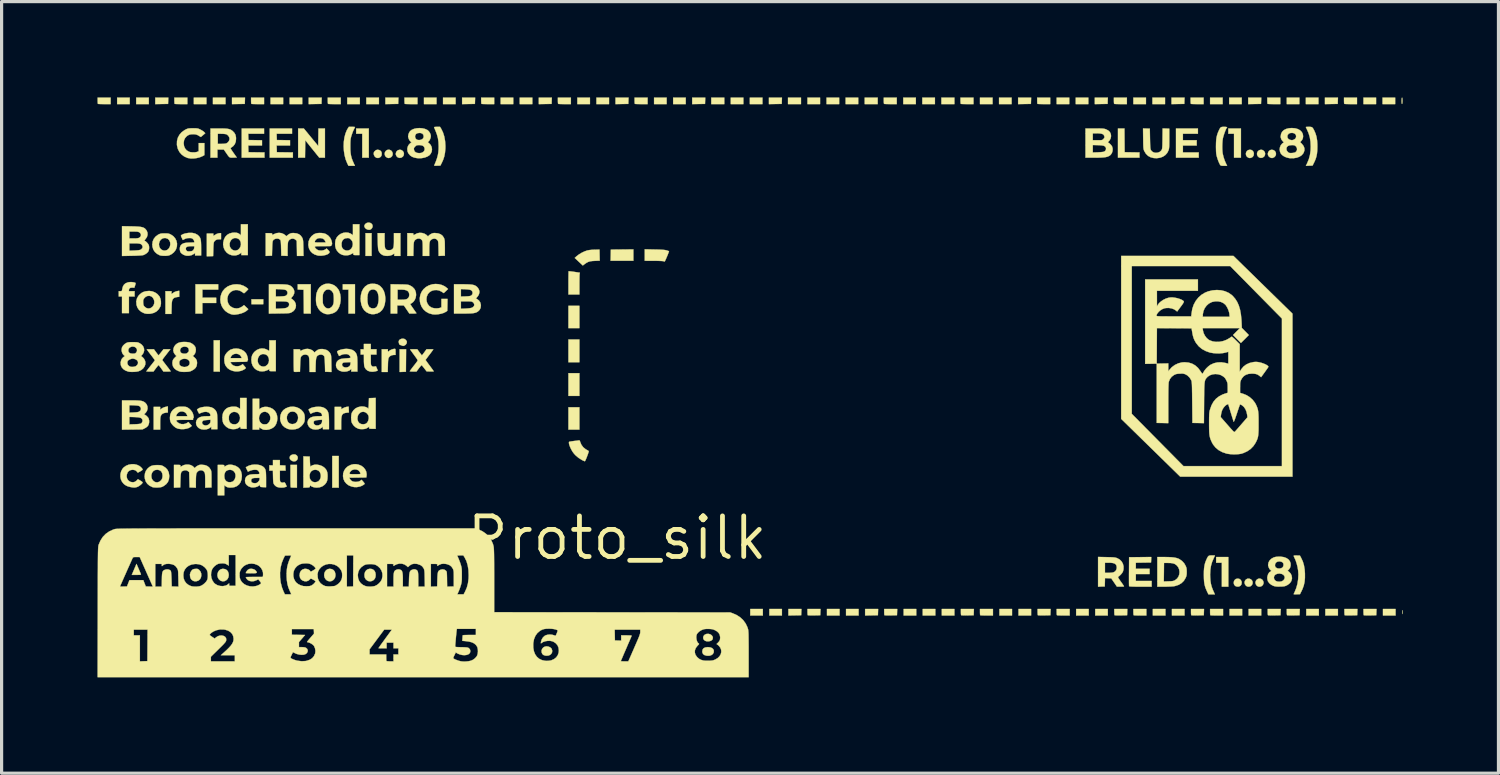
<source format=kicad_pcb>
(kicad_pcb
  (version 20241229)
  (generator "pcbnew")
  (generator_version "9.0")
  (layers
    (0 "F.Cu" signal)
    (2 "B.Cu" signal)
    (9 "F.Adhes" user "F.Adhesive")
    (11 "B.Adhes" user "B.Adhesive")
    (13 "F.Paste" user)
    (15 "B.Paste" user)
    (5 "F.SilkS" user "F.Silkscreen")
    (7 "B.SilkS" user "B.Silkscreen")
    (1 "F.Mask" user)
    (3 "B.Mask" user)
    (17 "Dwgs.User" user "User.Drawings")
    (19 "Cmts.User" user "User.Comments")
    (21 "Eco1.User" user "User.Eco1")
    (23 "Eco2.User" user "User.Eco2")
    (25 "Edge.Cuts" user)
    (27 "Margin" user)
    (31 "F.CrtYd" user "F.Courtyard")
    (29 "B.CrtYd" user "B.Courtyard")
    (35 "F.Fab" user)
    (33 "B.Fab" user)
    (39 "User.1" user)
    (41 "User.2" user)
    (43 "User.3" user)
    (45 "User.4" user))
  (footprint "Proto_silk"
    (layer "F.Cu")
    (at 16.262 13.784)
    (property "Reference" "Proto_silk" (at 0 0 0) (layer "F.SilkS") (effects (font (size 1.27 1.27) (thickness 0.15))))
    (attr through_hole)
    (fp_poly (pts (xy -15.253 -13.576) (xy -15.646 -13.576) (xy -15.646 -13.78) (xy -15.253 -13.78) (xy -15.253 -13.576)) (stroke (width 0.01) (type solid)) (fill yes) (layer "F.SilkS"))
    (fp_poly (pts (xy -14.656 -13.576) (xy -15.05 -13.576) (xy -15.05 -13.78) (xy -14.656 -13.78) (xy -14.656 -13.576)) (stroke (width 0.01) (type solid)) (fill yes) (layer "F.SilkS"))
    (fp_poly (pts (xy -14.053 -13.583) (xy -14.453 -13.576) (xy -14.453 -13.78) (xy -14.045 -13.78) (xy -14.053 -13.583)) (stroke (width 0.01) (type solid)) (fill yes) (layer "F.SilkS"))
    (fp_poly (pts (xy -12.852 -13.576) (xy -13.246 -13.576) (xy -13.246 -13.78) (xy -12.852 -13.78) (xy -12.852 -13.576)) (stroke (width 0.01) (type solid)) (fill yes) (layer "F.SilkS"))
    (fp_poly (pts (xy -12.433 -5.207) (xy -12.624 -5.207) (xy -12.624 -6.185) (xy -12.433 -6.185) (xy -12.433 -5.207)) (stroke (width 0.01) (type solid)) (fill yes) (layer "F.SilkS"))
    (fp_poly (pts (xy -12.255 -13.576) (xy -12.649 -13.576) (xy -12.649 -13.78) (xy -12.255 -13.78) (xy -12.255 -13.576)) (stroke (width 0.01) (type solid)) (fill yes) (layer "F.SilkS"))
    (fp_poly (pts (xy -11.652 -13.583) (xy -12.052 -13.576) (xy -12.052 -13.78) (xy -11.645 -13.78) (xy -11.652 -13.583)) (stroke (width 0.01) (type solid)) (fill yes) (layer "F.SilkS"))
    (fp_poly (pts (xy -11.074 -7.315) (xy -11.443 -7.315) (xy -11.443 -7.468) (xy -11.074 -7.468) (xy -11.074 -7.315)) (stroke (width 0.01) (type solid)) (fill yes) (layer "F.SilkS"))
    (fp_poly (pts (xy -10.452 -13.576) (xy -10.846 -13.576) (xy -10.846 -13.78) (xy -10.452 -13.78) (xy -10.452 -13.576)) (stroke (width 0.01) (type solid)) (fill yes) (layer "F.SilkS"))
    (fp_poly (pts (xy -9.855 -13.576) (xy -10.249 -13.576) (xy -10.249 -13.78) (xy -9.855 -13.78) (xy -9.855 -13.576)) (stroke (width 0.01) (type solid)) (fill yes) (layer "F.SilkS"))
    (fp_poly (pts (xy -9.252 -13.583) (xy -9.652 -13.576) (xy -9.652 -13.78) (xy -9.245 -13.78) (xy -9.252 -13.583)) (stroke (width 0.01) (type solid)) (fill yes) (layer "F.SilkS"))
    (fp_poly (pts (xy -8.712 -1.575) (xy -8.915 -1.575) (xy -8.915 -2.565) (xy -8.712 -2.565) (xy -8.712 -1.575)) (stroke (width 0.01) (type solid)) (fill yes) (layer "F.SilkS"))
    (fp_poly (pts (xy -8.052 -13.576) (xy -8.445 -13.576) (xy -8.445 -13.78) (xy -8.052 -13.78) (xy -8.052 -13.576)) (stroke (width 0.01) (type solid)) (fill yes) (layer "F.SilkS"))
    (fp_poly (pts (xy -7.684 -8.826) (xy -7.874 -8.826) (xy -7.874 -9.538) (xy -7.684 -9.538) (xy -7.684 -8.826)) (stroke (width 0.01) (type solid)) (fill yes) (layer "F.SilkS"))
    (fp_poly (pts (xy -7.455 -13.576) (xy -7.849 -13.576) (xy -7.849 -13.78) (xy -7.455 -13.78) (xy -7.455 -13.576)) (stroke (width 0.01) (type solid)) (fill yes) (layer "F.SilkS"))
    (fp_poly (pts (xy -6.852 -13.583) (xy -7.252 -13.576) (xy -7.252 -13.78) (xy -6.844 -13.78) (xy -6.852 -13.583)) (stroke (width 0.01) (type solid)) (fill yes) (layer "F.SilkS"))
    (fp_poly (pts (xy -5.652 -13.576) (xy -6.045 -13.576) (xy -6.045 -13.78) (xy -5.652 -13.78) (xy -5.652 -13.576)) (stroke (width 0.01) (type solid)) (fill yes) (layer "F.SilkS"))
    (fp_poly (pts (xy -5.055 -13.576) (xy -5.448 -13.576) (xy -5.448 -13.78) (xy -5.055 -13.78) (xy -5.055 -13.576)) (stroke (width 0.01) (type solid)) (fill yes) (layer "F.SilkS"))
    (fp_poly (pts (xy -4.451 -13.583) (xy -4.851 -13.576) (xy -4.851 -13.78) (xy -4.444 -13.78) (xy -4.451 -13.583)) (stroke (width 0.01) (type solid)) (fill yes) (layer "F.SilkS"))
    (fp_poly (pts (xy -3.251 -13.576) (xy -3.645 -13.576) (xy -3.645 -13.78) (xy -3.251 -13.78) (xy -3.251 -13.576)) (stroke (width 0.01) (type solid)) (fill yes) (layer "F.SilkS"))
    (fp_poly (pts (xy -2.654 -13.576) (xy -3.048 -13.576) (xy -3.048 -13.78) (xy -2.654 -13.78) (xy -2.654 -13.576)) (stroke (width 0.01) (type solid)) (fill yes) (layer "F.SilkS"))
    (fp_poly (pts (xy -2.051 -13.583) (xy -2.451 -13.576) (xy -2.451 -13.78) (xy -2.044 -13.78) (xy -2.051 -13.583)) (stroke (width 0.01) (type solid)) (fill yes) (layer "F.SilkS"))
    (fp_poly (pts (xy -1.181 -6.566) (xy -1.524 -6.566) (xy -1.524 -7.264) (xy -1.181 -7.264) (xy -1.181 -6.566)) (stroke (width 0.01) (type solid)) (fill yes) (layer "F.SilkS"))
    (fp_poly (pts (xy -1.181 -5.499) (xy -1.524 -5.499) (xy -1.524 -6.21) (xy -1.181 -6.21) (xy -1.181 -5.499)) (stroke (width 0.01) (type solid)) (fill yes) (layer "F.SilkS"))
    (fp_poly (pts (xy -1.181 -4.445) (xy -1.524 -4.445) (xy -1.524 -5.156) (xy -1.181 -5.156) (xy -1.181 -4.445)) (stroke (width 0.01) (type solid)) (fill yes) (layer "F.SilkS"))
    (fp_poly (pts (xy -1.181 -3.391) (xy -1.524 -3.391) (xy -1.524 -4.089) (xy -1.181 -4.089) (xy -1.181 -3.391)) (stroke (width 0.01) (type solid)) (fill yes) (layer "F.SilkS"))
    (fp_poly (pts (xy -0.851 -13.576) (xy -1.245 -13.576) (xy -1.245 -13.78) (xy -0.851 -13.78) (xy -0.851 -13.576)) (stroke (width 0.01) (type solid)) (fill yes) (layer "F.SilkS"))
    (fp_poly (pts (xy -0.254 -13.576) (xy -0.648 -13.576) (xy -0.648 -13.78) (xy -0.254 -13.78) (xy -0.254 -13.576)) (stroke (width 0.01) (type solid)) (fill yes) (layer "F.SilkS"))
    (fp_poly (pts (xy 0.349 -13.583) (xy -0.051 -13.576) (xy -0.051 -13.78) (xy 0.357 -13.78) (xy 0.349 -13.583)) (stroke (width 0.01) (type solid)) (fill yes) (layer "F.SilkS"))
    (fp_poly (pts (xy 1.549 -13.576) (xy 1.156 -13.576) (xy 1.156 -13.78) (xy 1.549 -13.78) (xy 1.549 -13.576)) (stroke (width 0.01) (type solid)) (fill yes) (layer "F.SilkS"))
    (fp_poly (pts (xy 2.146 -13.576) (xy 1.753 -13.576) (xy 1.753 -13.78) (xy 2.146 -13.78) (xy 2.146 -13.576)) (stroke (width 0.01) (type solid)) (fill yes) (layer "F.SilkS"))
    (fp_poly (pts (xy 2.75 -13.583) (xy 2.349 -13.576) (xy 2.349 -13.78) (xy 2.757 -13.78) (xy 2.75 -13.583)) (stroke (width 0.01) (type solid)) (fill yes) (layer "F.SilkS"))
    (fp_poly (pts (xy 3.353 -13.576) (xy 2.946 -13.576) (xy 2.946 -13.78) (xy 3.353 -13.78) (xy 3.353 -13.576)) (stroke (width 0.01) (type solid)) (fill yes) (layer "F.SilkS"))
    (fp_poly (pts (xy 3.95 -13.576) (xy 3.556 -13.576) (xy 3.556 -13.78) (xy 3.95 -13.78) (xy 3.95 -13.576)) (stroke (width 0.01) (type solid)) (fill yes) (layer "F.SilkS"))
    (fp_poly (pts (xy 4.547 -13.576) (xy 4.153 -13.576) (xy 4.153 -13.78) (xy 4.547 -13.78) (xy 4.547 -13.576)) (stroke (width 0.01) (type solid)) (fill yes) (layer "F.SilkS"))
    (fp_poly (pts (xy 4.559 2.426) (xy 4.166 2.426) (xy 4.166 2.223) (xy 4.559 2.223) (xy 4.559 2.426)) (stroke (width 0.01) (type solid)) (fill yes) (layer "F.SilkS"))
    (fp_poly (pts (xy 5.15 -13.583) (xy 4.75 -13.576) (xy 4.75 -13.78) (xy 5.157 -13.78) (xy 5.15 -13.583)) (stroke (width 0.01) (type solid)) (fill yes) (layer "F.SilkS"))
    (fp_poly (pts (xy 5.156 2.426) (xy 4.763 2.426) (xy 4.763 2.223) (xy 5.156 2.223) (xy 5.156 2.426)) (stroke (width 0.01) (type solid)) (fill yes) (layer "F.SilkS"))
    (fp_poly (pts (xy 5.753 -13.576) (xy 5.347 -13.576) (xy 5.347 -13.78) (xy 5.753 -13.78) (xy 5.753 -13.576)) (stroke (width 0.01) (type solid)) (fill yes) (layer "F.SilkS"))
    (fp_poly (pts (xy 5.759 2.419) (xy 5.359 2.426) (xy 5.359 2.223) (xy 5.767 2.223) (xy 5.759 2.419)) (stroke (width 0.01) (type solid)) (fill yes) (layer "F.SilkS"))
    (fp_poly (pts (xy 6.35 -13.576) (xy 5.956 -13.576) (xy 5.956 -13.78) (xy 6.35 -13.78) (xy 6.35 -13.576)) (stroke (width 0.01) (type solid)) (fill yes) (layer "F.SilkS"))
    (fp_poly (pts (xy 6.947 -13.576) (xy 6.553 -13.576) (xy 6.553 -13.78) (xy 6.947 -13.78) (xy 6.947 -13.576)) (stroke (width 0.01) (type solid)) (fill yes) (layer "F.SilkS"))
    (fp_poly (pts (xy 6.96 2.426) (xy 6.566 2.426) (xy 6.566 2.223) (xy 6.96 2.223) (xy 6.96 2.426)) (stroke (width 0.01) (type solid)) (fill yes) (layer "F.SilkS"))
    (fp_poly (pts (xy 7.544 -13.576) (xy 7.15 -13.576) (xy 7.15 -13.78) (xy 7.544 -13.78) (xy 7.544 -13.576)) (stroke (width 0.01) (type solid)) (fill yes) (layer "F.SilkS"))
    (fp_poly (pts (xy 7.556 2.426) (xy 7.163 2.426) (xy 7.163 2.223) (xy 7.556 2.223) (xy 7.556 2.426)) (stroke (width 0.01) (type solid)) (fill yes) (layer "F.SilkS"))
    (fp_poly (pts (xy 8.153 -13.576) (xy 7.747 -13.576) (xy 7.747 -13.78) (xy 8.153 -13.78) (xy 8.153 -13.576)) (stroke (width 0.01) (type solid)) (fill yes) (layer "F.SilkS"))
    (fp_poly (pts (xy 8.16 2.419) (xy 7.76 2.426) (xy 7.76 2.223) (xy 8.167 2.223) (xy 8.16 2.419)) (stroke (width 0.01) (type solid)) (fill yes) (layer "F.SilkS"))
    (fp_poly (pts (xy 9.347 -13.576) (xy 8.954 -13.576) (xy 8.954 -13.78) (xy 9.347 -13.78) (xy 9.347 -13.576)) (stroke (width 0.01) (type solid)) (fill yes) (layer "F.SilkS"))
    (fp_poly (pts (xy 9.36 2.426) (xy 8.966 2.426) (xy 8.966 2.223) (xy 9.36 2.223) (xy 9.36 2.426)) (stroke (width 0.01) (type solid)) (fill yes) (layer "F.SilkS"))
    (fp_poly (pts (xy 9.944 -13.576) (xy 9.55 -13.576) (xy 9.55 -13.78) (xy 9.944 -13.78) (xy 9.944 -13.576)) (stroke (width 0.01) (type solid)) (fill yes) (layer "F.SilkS"))
    (fp_poly (pts (xy 9.957 2.426) (xy 9.563 2.426) (xy 9.563 2.223) (xy 9.957 2.223) (xy 9.957 2.426)) (stroke (width 0.01) (type solid)) (fill yes) (layer "F.SilkS"))
    (fp_poly (pts (xy 10.554 -13.576) (xy 10.147 -13.576) (xy 10.147 -13.78) (xy 10.554 -13.78) (xy 10.554 -13.576)) (stroke (width 0.01) (type solid)) (fill yes) (layer "F.SilkS"))
    (fp_poly (pts (xy 10.554 2.426) (xy 10.16 2.426) (xy 10.16 2.223) (xy 10.554 2.223) (xy 10.554 2.426)) (stroke (width 0.01) (type solid)) (fill yes) (layer "F.SilkS"))
    (fp_poly (pts (xy 11.748 -13.576) (xy 11.354 -13.576) (xy 11.354 -13.78) (xy 11.748 -13.78) (xy 11.748 -13.576)) (stroke (width 0.01) (type solid)) (fill yes) (layer "F.SilkS"))
    (fp_poly (pts (xy 12.344 -13.576) (xy 11.951 -13.576) (xy 11.951 -13.78) (xy 12.344 -13.78) (xy 12.344 -13.576)) (stroke (width 0.01) (type solid)) (fill yes) (layer "F.SilkS"))
    (fp_poly (pts (xy 12.357 2.426) (xy 11.963 2.426) (xy 11.963 2.223) (xy 12.357 2.223) (xy 12.357 2.426)) (stroke (width 0.01) (type solid)) (fill yes) (layer "F.SilkS"))
    (fp_poly (pts (xy 12.948 -13.583) (xy 12.548 -13.576) (xy 12.548 -13.78) (xy 12.955 -13.78) (xy 12.948 -13.583)) (stroke (width 0.01) (type solid)) (fill yes) (layer "F.SilkS"))
    (fp_poly (pts (xy 12.954 2.426) (xy 12.56 2.426) (xy 12.56 2.223) (xy 12.954 2.223) (xy 12.954 2.426)) (stroke (width 0.01) (type solid)) (fill yes) (layer "F.SilkS"))
    (fp_poly (pts (xy 14.148 -13.576) (xy 13.754 -13.576) (xy 13.754 -13.78) (xy 14.148 -13.78) (xy 14.148 -13.576)) (stroke (width 0.01) (type solid)) (fill yes) (layer "F.SilkS"))
    (fp_poly (pts (xy 14.745 -13.576) (xy 14.351 -13.576) (xy 14.351 -13.78) (xy 14.745 -13.78) (xy 14.745 -13.576)) (stroke (width 0.01) (type solid)) (fill yes) (layer "F.SilkS"))
    (fp_poly (pts (xy 14.757 2.426) (xy 14.364 2.426) (xy 14.364 2.223) (xy 14.757 2.223) (xy 14.757 2.426)) (stroke (width 0.01) (type solid)) (fill yes) (layer "F.SilkS"))
    (fp_poly (pts (xy 15.348 -13.583) (xy 14.948 -13.576) (xy 14.948 -13.78) (xy 15.355 -13.78) (xy 15.348 -13.583)) (stroke (width 0.01) (type solid)) (fill yes) (layer "F.SilkS"))
    (fp_poly (pts (xy 15.354 2.426) (xy 14.961 2.426) (xy 14.961 2.223) (xy 15.354 2.223) (xy 15.354 2.426)) (stroke (width 0.01) (type solid)) (fill yes) (layer "F.SilkS"))
    (fp_poly (pts (xy 16.548 -13.576) (xy 16.154 -13.576) (xy 16.154 -13.78) (xy 16.548 -13.78) (xy 16.548 -13.576)) (stroke (width 0.01) (type solid)) (fill yes) (layer "F.SilkS"))
    (fp_poly (pts (xy 17.145 -13.576) (xy 16.751 -13.576) (xy 16.751 -13.78) (xy 17.145 -13.78) (xy 17.145 -13.576)) (stroke (width 0.01) (type solid)) (fill yes) (layer "F.SilkS"))
    (fp_poly (pts (xy 17.158 2.426) (xy 16.764 2.426) (xy 16.764 2.223) (xy 17.158 2.223) (xy 17.158 2.426)) (stroke (width 0.01) (type solid)) (fill yes) (layer "F.SilkS"))
    (fp_poly (pts (xy 17.748 -13.583) (xy 17.348 -13.576) (xy 17.348 -13.78) (xy 17.756 -13.78) (xy 17.748 -13.583)) (stroke (width 0.01) (type solid)) (fill yes) (layer "F.SilkS"))
    (fp_poly (pts (xy 17.755 2.426) (xy 17.361 2.426) (xy 17.361 2.223) (xy 17.755 2.223) (xy 17.755 2.426)) (stroke (width 0.01) (type solid)) (fill yes) (layer "F.SilkS"))
    (fp_poly (pts (xy 18.948 -13.576) (xy 18.555 -13.576) (xy 18.555 -13.78) (xy 18.948 -13.78) (xy 18.948 -13.576)) (stroke (width 0.01) (type solid)) (fill yes) (layer "F.SilkS"))
    (fp_poly (pts (xy 19.545 -13.576) (xy 19.152 -13.576) (xy 19.152 -13.78) (xy 19.545 -13.78) (xy 19.545 -13.576)) (stroke (width 0.01) (type solid)) (fill yes) (layer "F.SilkS"))
    (fp_poly (pts (xy 19.558 2.426) (xy 19.164 2.426) (xy 19.164 2.223) (xy 19.558 2.223) (xy 19.558 2.426)) (stroke (width 0.01) (type solid)) (fill yes) (layer "F.SilkS"))
    (fp_poly (pts (xy 20.149 -13.583) (xy 19.748 -13.576) (xy 19.748 -13.78) (xy 20.156 -13.78) (xy 20.149 -13.583)) (stroke (width 0.01) (type solid)) (fill yes) (layer "F.SilkS"))
    (fp_poly (pts (xy 20.155 2.426) (xy 19.761 2.426) (xy 19.761 2.223) (xy 20.155 2.223) (xy 20.155 2.426)) (stroke (width 0.01) (type solid)) (fill yes) (layer "F.SilkS"))
    (fp_poly (pts (xy 21.349 -13.576) (xy 20.955 -13.576) (xy 20.955 -13.78) (xy 21.349 -13.78) (xy 21.349 -13.576)) (stroke (width 0.01) (type solid)) (fill yes) (layer "F.SilkS"))
    (fp_poly (pts (xy 21.946 -13.576) (xy 21.552 -13.576) (xy 21.552 -13.78) (xy 21.946 -13.78) (xy 21.946 -13.576)) (stroke (width 0.01) (type solid)) (fill yes) (layer "F.SilkS"))
    (fp_poly (pts (xy 21.958 2.426) (xy 21.565 2.426) (xy 21.565 2.223) (xy 21.958 2.223) (xy 21.958 2.426)) (stroke (width 0.01) (type solid)) (fill yes) (layer "F.SilkS"))
    (fp_poly (pts (xy 22.549 -13.583) (xy 22.149 -13.576) (xy 22.149 -13.78) (xy 22.556 -13.78) (xy 22.549 -13.583)) (stroke (width 0.01) (type solid)) (fill yes) (layer "F.SilkS"))
    (fp_poly (pts (xy 22.555 2.426) (xy 22.162 2.426) (xy 22.162 2.223) (xy 22.555 2.223) (xy 22.555 2.426)) (stroke (width 0.01) (type solid)) (fill yes) (layer "F.SilkS"))
    (fp_poly (pts (xy 23.749 -13.576) (xy 23.355 -13.576) (xy 23.355 -13.78) (xy 23.749 -13.78) (xy 23.749 -13.576)) (stroke (width 0.01) (type solid)) (fill yes) (layer "F.SilkS"))
    (fp_poly (pts (xy 24.346 -13.576) (xy 23.952 -13.576) (xy 23.952 -13.78) (xy 24.346 -13.78) (xy 24.346 -13.576)) (stroke (width 0.01) (type solid)) (fill yes) (layer "F.SilkS"))
    (fp_poly (pts (xy 24.359 2.426) (xy 23.965 2.426) (xy 23.965 2.223) (xy 24.359 2.223) (xy 24.359 2.426)) (stroke (width 0.01) (type solid)) (fill yes) (layer "F.SilkS"))
    (fp_poly (pts (xy -6.607 -5.553) (xy -6.61 -5.201) (xy -6.807 -5.193) (xy -6.807 -5.905) (xy -6.604 -5.905) (xy -6.607 -5.553)) (stroke (width 0.01) (type solid)) (fill yes) (layer "F.SilkS"))
    (fp_poly (pts (xy 0.508 -8.674) (xy -0.204 -8.674) (xy -0.2 -8.849) (xy -0.197 -9.023) (xy 0.508 -9.03) (xy 0.508 -8.674)) (stroke (width 0.01) (type solid)) (fill yes) (layer "F.SilkS"))
    (fp_poly (pts (xy -8.204 -7.023) (xy -8.407 -7.023) (xy -8.407 -7.772) (xy -8.585 -7.772) (xy -8.585 -7.938) (xy -8.204 -7.938) (xy -8.204 -7.023)) (stroke (width 0.01) (type solid)) (fill yes) (layer "F.SilkS"))
    (fp_poly (pts (xy -7.772 -11.9) (xy -7.976 -11.9) (xy -7.976 -12.649) (xy -8.166 -12.649) (xy -8.166 -12.814) (xy -7.772 -12.814) (xy -7.772 -11.9)) (stroke (width 0.01) (type solid)) (fill yes) (layer "F.SilkS"))
    (fp_poly (pts (xy 15.881 -12.071) (xy 16.345 -12.064) (xy 16.345 -11.9) (xy 15.672 -11.9) (xy 15.672 -12.814) (xy 15.875 -12.814) (xy 15.881 -12.071)) (stroke (width 0.01) (type solid)) (fill yes) (layer "F.SilkS"))
    (fp_poly (pts (xy 19.126 1.524) (xy 18.923 1.524) (xy 18.923 0.775) (xy 18.745 0.775) (xy 18.745 0.597) (xy 19.126 0.597) (xy 19.126 1.524)) (stroke (width 0.01) (type solid)) (fill yes) (layer "F.SilkS"))
    (fp_poly (pts (xy 19.52 -11.9) (xy 19.304 -11.9) (xy 19.304 -12.649) (xy 19.126 -12.649) (xy 19.126 -12.814) (xy 19.52 -12.814) (xy 19.52 -11.9)) (stroke (width 0.01) (type solid)) (fill yes) (layer "F.SilkS"))
    (fp_poly (pts (xy -9.588 -7.023) (xy -9.804 -7.023) (xy -9.807 -7.395) (xy -9.811 -7.766) (xy -9.903 -7.77) (xy -9.995 -7.774) (xy -9.995 -7.938) (xy -9.588 -7.938) (xy -9.588 -7.023)) (stroke (width 0.01) (type solid)) (fill yes) (layer "F.SilkS"))
    (fp_poly (pts (xy -12.484 -7.772) (xy -12.979 -7.772) (xy -12.979 -7.518) (xy -12.548 -7.518) (xy -12.548 -7.353) (xy -12.979 -7.353) (xy -12.979 -7.023) (xy -13.195 -7.023) (xy -13.195 -7.938) (xy -12.484 -7.938) (xy -12.484 -7.772)) (stroke (width 0.01) (type solid)) (fill yes) (layer "F.SilkS"))
    (fp_poly (pts (xy 24.57 2.261) (xy 24.571 2.27) (xy 24.573 2.318) (xy 24.572 2.366) (xy 24.571 2.372) (xy 24.569 2.382) (xy 24.567 2.37) (xy 24.566 2.338) (xy 24.566 2.318) (xy 24.567 2.279) (xy 24.568 2.259) (xy 24.57 2.261)) (stroke (width 0.01) (type solid)) (fill yes) (layer "F.SilkS"))
    (fp_poly (pts (xy 18.174 -12.649) (xy 17.704 -12.649) (xy 17.704 -12.446) (xy 18.136 -12.446) (xy 18.136 -12.281) (xy 17.704 -12.281) (xy 17.704 -12.065) (xy 18.199 -12.065) (xy 18.199 -11.9) (xy 17.488 -11.9) (xy 17.488 -12.814) (xy 18.174 -12.814) (xy 18.174 -12.649)) (stroke (width 0.01) (type solid)) (fill yes) (layer "F.SilkS"))
    (fp_poly (pts (xy -15.85 -13.576) (xy -16.044 -13.576) (xy -16.112 -13.577) (xy -16.171 -13.578) (xy -16.216 -13.58) (xy -16.242 -13.583) (xy -16.248 -13.585) (xy -16.252 -13.601) (xy -16.255 -13.635) (xy -16.256 -13.681) (xy -16.256 -13.686) (xy -16.256 -13.78) (xy -15.85 -13.78) (xy -15.85 -13.576)) (stroke (width 0.01) (type solid)) (fill yes) (layer "F.SilkS"))
    (fp_poly (pts (xy -13.449 -13.576) (xy -13.644 -13.576) (xy -13.712 -13.577) (xy -13.771 -13.578) (xy -13.816 -13.58) (xy -13.842 -13.583) (xy -13.847 -13.585) (xy -13.851 -13.601) (xy -13.854 -13.635) (xy -13.856 -13.681) (xy -13.856 -13.686) (xy -13.856 -13.78) (xy -13.449 -13.78) (xy -13.449 -13.576)) (stroke (width 0.01) (type solid)) (fill yes) (layer "F.SilkS"))
    (fp_poly (pts (xy -11.049 -13.576) (xy -11.244 -13.576) (xy -11.312 -13.577) (xy -11.37 -13.578) (xy -11.415 -13.58) (xy -11.442 -13.583) (xy -11.447 -13.585) (xy -11.451 -13.601) (xy -11.454 -13.635) (xy -11.455 -13.681) (xy -11.455 -13.686) (xy -11.455 -13.78) (xy -11.049 -13.78) (xy -11.049 -13.576)) (stroke (width 0.01) (type solid)) (fill yes) (layer "F.SilkS"))
    (fp_poly (pts (xy -11.049 -12.649) (xy -11.545 -12.649) (xy -11.542 -12.551) (xy -11.538 -12.452) (xy -11.113 -12.445) (xy -11.113 -12.281) (xy -11.545 -12.281) (xy -11.538 -12.071) (xy -11.036 -12.064) (xy -11.036 -11.9) (xy -11.748 -11.9) (xy -11.748 -12.814) (xy -11.049 -12.814) (xy -11.049 -12.649)) (stroke (width 0.01) (type solid)) (fill yes) (layer "F.SilkS"))
    (fp_poly (pts (xy -8.649 -13.576) (xy -8.843 -13.576) (xy -8.911 -13.577) (xy -8.97 -13.578) (xy -9.015 -13.58) (xy -9.042 -13.583) (xy -9.047 -13.585) (xy -9.051 -13.601) (xy -9.054 -13.635) (xy -9.055 -13.681) (xy -9.055 -13.686) (xy -9.055 -13.78) (xy -8.649 -13.78) (xy -8.649 -13.576)) (stroke (width 0.01) (type solid)) (fill yes) (layer "F.SilkS"))
    (fp_poly (pts (xy -6.248 -13.576) (xy -6.443 -13.576) (xy -6.511 -13.577) (xy -6.57 -13.578) (xy -6.615 -13.58) (xy -6.641 -13.583) (xy -6.646 -13.585) (xy -6.65 -13.601) (xy -6.653 -13.635) (xy -6.655 -13.681) (xy -6.655 -13.686) (xy -6.655 -13.78) (xy -6.248 -13.78) (xy -6.248 -13.576)) (stroke (width 0.01) (type solid)) (fill yes) (layer "F.SilkS"))
    (fp_poly (pts (xy -3.848 -13.576) (xy -4.043 -13.576) (xy -4.111 -13.577) (xy -4.169 -13.578) (xy -4.214 -13.58) (xy -4.241 -13.583) (xy -4.246 -13.585) (xy -4.25 -13.601) (xy -4.253 -13.635) (xy -4.254 -13.681) (xy -4.255 -13.686) (xy -4.255 -13.78) (xy -3.848 -13.78) (xy -3.848 -13.576)) (stroke (width 0.01) (type solid)) (fill yes) (layer "F.SilkS"))
    (fp_poly (pts (xy -1.448 -13.576) (xy -1.643 -13.576) (xy -1.71 -13.577) (xy -1.769 -13.578) (xy -1.814 -13.58) (xy -1.841 -13.583) (xy -1.846 -13.585) (xy -1.85 -13.601) (xy -1.853 -13.635) (xy -1.854 -13.681) (xy -1.854 -13.686) (xy -1.854 -13.78) (xy -1.448 -13.78) (xy -1.448 -13.576)) (stroke (width 0.01) (type solid)) (fill yes) (layer "F.SilkS"))
    (fp_poly (pts (xy 0.953 -13.576) (xy 0.758 -13.576) (xy 0.69 -13.577) (xy 0.631 -13.578) (xy 0.586 -13.58) (xy 0.56 -13.583) (xy 0.555 -13.585) (xy 0.55 -13.601) (xy 0.547 -13.635) (xy 0.546 -13.681) (xy 0.546 -13.686) (xy 0.546 -13.78) (xy 0.953 -13.78) (xy 0.953 -13.576)) (stroke (width 0.01) (type solid)) (fill yes) (layer "F.SilkS"))
    (fp_poly (pts (xy 6.356 2.419) (xy 6.165 2.423) (xy 6.098 2.424) (xy 6.04 2.423) (xy 5.995 2.421) (xy 5.97 2.419) (xy 5.965 2.418) (xy 5.961 2.401) (xy 5.958 2.367) (xy 5.956 2.321) (xy 5.956 2.316) (xy 5.956 2.223) (xy 6.364 2.223) (xy 6.356 2.419)) (stroke (width 0.01) (type solid)) (fill yes) (layer "F.SilkS"))
    (fp_poly (pts (xy 8.75 -13.576) (xy 8.556 -13.576) (xy 8.488 -13.577) (xy 8.429 -13.578) (xy 8.384 -13.58) (xy 8.357 -13.583) (xy 8.352 -13.585) (xy 8.348 -13.601) (xy 8.345 -13.635) (xy 8.344 -13.681) (xy 8.344 -13.686) (xy 8.344 -13.78) (xy 8.75 -13.78) (xy 8.75 -13.576)) (stroke (width 0.01) (type solid)) (fill yes) (layer "F.SilkS"))
    (fp_poly (pts (xy 8.757 2.419) (xy 8.565 2.423) (xy 8.498 2.424) (xy 8.44 2.423) (xy 8.396 2.421) (xy 8.37 2.419) (xy 8.365 2.418) (xy 8.361 2.401) (xy 8.358 2.367) (xy 8.357 2.321) (xy 8.357 2.316) (xy 8.357 2.223) (xy 8.764 2.223) (xy 8.757 2.419)) (stroke (width 0.01) (type solid)) (fill yes) (layer "F.SilkS"))
    (fp_poly (pts (xy 11.151 -13.576) (xy 10.956 -13.576) (xy 10.888 -13.577) (xy 10.829 -13.578) (xy 10.784 -13.58) (xy 10.758 -13.583) (xy 10.753 -13.585) (xy 10.749 -13.601) (xy 10.746 -13.635) (xy 10.744 -13.681) (xy 10.744 -13.686) (xy 10.744 -13.78) (xy 11.151 -13.78) (xy 11.151 -13.576)) (stroke (width 0.01) (type solid)) (fill yes) (layer "F.SilkS"))
    (fp_poly (pts (xy 11.157 2.419) (xy 10.966 2.423) (xy 10.898 2.424) (xy 10.84 2.423) (xy 10.796 2.421) (xy 10.77 2.419) (xy 10.766 2.418) (xy 10.761 2.401) (xy 10.758 2.367) (xy 10.757 2.321) (xy 10.757 2.316) (xy 10.757 2.223) (xy 11.164 2.223) (xy 11.157 2.419)) (stroke (width 0.01) (type solid)) (fill yes) (layer "F.SilkS"))
    (fp_poly (pts (xy 11.76 2.426) (xy 11.565 2.426) (xy 11.498 2.425) (xy 11.439 2.424) (xy 11.394 2.422) (xy 11.367 2.419) (xy 11.362 2.417) (xy 11.358 2.401) (xy 11.355 2.367) (xy 11.354 2.321) (xy 11.354 2.316) (xy 11.354 2.223) (xy 11.76 2.223) (xy 11.76 2.426)) (stroke (width 0.01) (type solid)) (fill yes) (layer "F.SilkS"))
    (fp_poly (pts (xy 13.551 -13.576) (xy 13.356 -13.576) (xy 13.288 -13.577) (xy 13.23 -13.578) (xy 13.185 -13.58) (xy 13.158 -13.583) (xy 13.153 -13.585) (xy 13.149 -13.601) (xy 13.146 -13.635) (xy 13.145 -13.681) (xy 13.145 -13.686) (xy 13.145 -13.78) (xy 13.551 -13.78) (xy 13.551 -13.576)) (stroke (width 0.01) (type solid)) (fill yes) (layer "F.SilkS"))
    (fp_poly (pts (xy 13.557 2.419) (xy 13.366 2.423) (xy 13.299 2.424) (xy 13.241 2.423) (xy 13.196 2.421) (xy 13.17 2.419) (xy 13.166 2.418) (xy 13.162 2.401) (xy 13.159 2.367) (xy 13.157 2.321) (xy 13.157 2.316) (xy 13.157 2.223) (xy 13.565 2.223) (xy 13.557 2.419)) (stroke (width 0.01) (type solid)) (fill yes) (layer "F.SilkS"))
    (fp_poly (pts (xy 14.161 2.426) (xy 13.966 2.426) (xy 13.898 2.425) (xy 13.839 2.424) (xy 13.794 2.422) (xy 13.768 2.419) (xy 13.763 2.417) (xy 13.758 2.401) (xy 13.755 2.367) (xy 13.754 2.321) (xy 13.754 2.316) (xy 13.754 2.223) (xy 14.161 2.223) (xy 14.161 2.426)) (stroke (width 0.01) (type solid)) (fill yes) (layer "F.SilkS"))
    (fp_poly (pts (xy 15.951 -13.576) (xy 15.756 -13.576) (xy 15.689 -13.577) (xy 15.63 -13.578) (xy 15.585 -13.58) (xy 15.558 -13.583) (xy 15.553 -13.585) (xy 15.549 -13.601) (xy 15.546 -13.635) (xy 15.545 -13.681) (xy 15.545 -13.686) (xy 15.545 -13.78) (xy 15.951 -13.78) (xy 15.951 -13.576)) (stroke (width 0.01) (type solid)) (fill yes) (layer "F.SilkS"))
    (fp_poly (pts (xy 15.958 2.419) (xy 15.766 2.423) (xy 15.699 2.424) (xy 15.641 2.423) (xy 15.597 2.421) (xy 15.571 2.419) (xy 15.566 2.418) (xy 15.562 2.401) (xy 15.559 2.367) (xy 15.558 2.321) (xy 15.557 2.316) (xy 15.557 2.223) (xy 15.965 2.223) (xy 15.958 2.419)) (stroke (width 0.01) (type solid)) (fill yes) (layer "F.SilkS"))
    (fp_poly (pts (xy 16.561 2.426) (xy 16.366 2.426) (xy 16.298 2.425) (xy 16.239 2.424) (xy 16.194 2.422) (xy 16.168 2.419) (xy 16.163 2.417) (xy 16.159 2.401) (xy 16.156 2.367) (xy 16.154 2.321) (xy 16.154 2.316) (xy 16.154 2.223) (xy 16.561 2.223) (xy 16.561 2.426)) (stroke (width 0.01) (type solid)) (fill yes) (layer "F.SilkS"))
    (fp_poly (pts (xy 18.352 -13.576) (xy 18.157 -13.576) (xy 18.089 -13.577) (xy 18.03 -13.578) (xy 17.985 -13.58) (xy 17.959 -13.583) (xy 17.954 -13.585) (xy 17.949 -13.601) (xy 17.946 -13.635) (xy 17.945 -13.681) (xy 17.945 -13.686) (xy 17.945 -13.78) (xy 18.352 -13.78) (xy 18.352 -13.576)) (stroke (width 0.01) (type solid)) (fill yes) (layer "F.SilkS"))
    (fp_poly (pts (xy 18.358 2.419) (xy 18.167 2.423) (xy 18.099 2.424) (xy 18.041 2.423) (xy 17.997 2.421) (xy 17.971 2.419) (xy 17.967 2.418) (xy 17.962 2.401) (xy 17.959 2.367) (xy 17.958 2.321) (xy 17.958 2.316) (xy 17.958 2.223) (xy 18.365 2.223) (xy 18.358 2.419)) (stroke (width 0.01) (type solid)) (fill yes) (layer "F.SilkS"))
    (fp_poly (pts (xy 18.961 2.426) (xy 18.766 2.426) (xy 18.698 2.425) (xy 18.64 2.424) (xy 18.595 2.422) (xy 18.568 2.419) (xy 18.563 2.417) (xy 18.559 2.401) (xy 18.556 2.367) (xy 18.555 2.321) (xy 18.555 2.316) (xy 18.555 2.223) (xy 18.961 2.223) (xy 18.961 2.426)) (stroke (width 0.01) (type solid)) (fill yes) (layer "F.SilkS"))
    (fp_poly (pts (xy 20.752 -13.576) (xy 20.557 -13.576) (xy 20.489 -13.577) (xy 20.43 -13.578) (xy 20.385 -13.58) (xy 20.359 -13.583) (xy 20.354 -13.585) (xy 20.35 -13.601) (xy 20.347 -13.635) (xy 20.345 -13.681) (xy 20.345 -13.686) (xy 20.345 -13.78) (xy 20.752 -13.78) (xy 20.752 -13.576)) (stroke (width 0.01) (type solid)) (fill yes) (layer "F.SilkS"))
    (fp_poly (pts (xy 20.758 2.419) (xy 20.567 2.423) (xy 20.5 2.424) (xy 20.441 2.423) (xy 20.397 2.421) (xy 20.371 2.419) (xy 20.367 2.418) (xy 20.363 2.401) (xy 20.359 2.367) (xy 20.358 2.321) (xy 20.358 2.316) (xy 20.358 2.223) (xy 20.766 2.223) (xy 20.758 2.419)) (stroke (width 0.01) (type solid)) (fill yes) (layer "F.SilkS"))
    (fp_poly (pts (xy 21.355 2.419) (xy 21.164 2.423) (xy 21.097 2.424) (xy 21.038 2.423) (xy 20.994 2.421) (xy 20.968 2.419) (xy 20.964 2.418) (xy 20.96 2.401) (xy 20.956 2.367) (xy 20.955 2.321) (xy 20.955 2.316) (xy 20.955 2.223) (xy 21.362 2.223) (xy 21.355 2.419)) (stroke (width 0.01) (type solid)) (fill yes) (layer "F.SilkS"))
    (fp_poly (pts (xy 23.152 -13.576) (xy 22.957 -13.576) (xy 22.889 -13.577) (xy 22.831 -13.578) (xy 22.786 -13.58) (xy 22.759 -13.583) (xy 22.754 -13.585) (xy 22.75 -13.601) (xy 22.747 -13.635) (xy 22.746 -13.681) (xy 22.746 -13.686) (xy 22.746 -13.78) (xy 23.152 -13.78) (xy 23.152 -13.576)) (stroke (width 0.01) (type solid)) (fill yes) (layer "F.SilkS"))
    (fp_poly (pts (xy 23.158 2.419) (xy 22.967 2.423) (xy 22.9 2.424) (xy 22.842 2.423) (xy 22.797 2.421) (xy 22.772 2.419) (xy 22.767 2.418) (xy 22.763 2.401) (xy 22.76 2.367) (xy 22.758 2.321) (xy 22.758 2.316) (xy 22.758 2.223) (xy 23.166 2.223) (xy 23.158 2.419)) (stroke (width 0.01) (type solid)) (fill yes) (layer "F.SilkS"))
    (fp_poly (pts (xy 23.755 2.419) (xy 23.564 2.423) (xy 23.497 2.424) (xy 23.439 2.423) (xy 23.394 2.421) (xy 23.369 2.419) (xy 23.364 2.418) (xy 23.36 2.401) (xy 23.357 2.367) (xy 23.355 2.321) (xy 23.355 2.316) (xy 23.355 2.223) (xy 23.763 2.223) (xy 23.755 2.419)) (stroke (width 0.01) (type solid)) (fill yes) (layer "F.SilkS"))
    (fp_poly (pts (xy -10.173 -12.649) (xy -10.656 -12.649) (xy -10.653 -12.551) (xy -10.649 -12.452) (xy -10.443 -12.449) (xy -10.236 -12.445) (xy -10.236 -12.281) (xy -10.656 -12.281) (xy -10.649 -12.071) (xy -10.147 -12.064) (xy -10.147 -11.9) (xy -10.871 -11.9) (xy -10.871 -12.814) (xy -10.173 -12.814) (xy -10.173 -12.649)) (stroke (width 0.01) (type solid)) (fill yes) (layer "F.SilkS"))
    (fp_poly (pts (xy -9.58 -12.539) (xy -9.354 -12.265) (xy -9.35 -12.539) (xy -9.347 -12.814) (xy -9.144 -12.814) (xy -9.144 -11.9) (xy -9.32 -11.9) (xy -9.54 -12.173) (xy -9.76 -12.447) (xy -9.763 -12.173) (xy -9.767 -11.9) (xy -9.982 -11.9) (xy -9.982 -12.814) (xy -9.806 -12.814) (xy -9.58 -12.539)) (stroke (width 0.01) (type solid)) (fill yes) (layer "F.SilkS"))
    (fp_poly (pts (xy -10.02 -1.575) (xy -10.113 -1.575) (xy -10.16 -1.576) (xy -10.196 -1.579) (xy -10.214 -1.583) (xy -10.215 -1.583) (xy -10.217 -1.598) (xy -10.219 -1.634) (xy -10.221 -1.689) (xy -10.222 -1.76) (xy -10.223 -1.842) (xy -10.223 -1.933) (xy -10.223 -1.939) (xy -10.223 -2.286) (xy -10.02 -2.286) (xy -10.02 -1.575)) (stroke (width 0.01) (type solid)) (fill yes) (layer "F.SilkS"))
    (fp_poly (pts (xy 24.568 -13.768) (xy 24.573 -13.736) (xy 24.574 -13.689) (xy 24.575 -13.685) (xy 24.573 -13.638) (xy 24.569 -13.602) (xy 24.563 -13.583) (xy 24.562 -13.583) (xy 24.555 -13.59) (xy 24.551 -13.621) (xy 24.549 -13.673) (xy 24.549 -13.677) (xy 24.551 -13.728) (xy 24.555 -13.763) (xy 24.561 -13.779) (xy 24.562 -13.78) (xy 24.568 -13.768)) (stroke (width 0.01) (type solid)) (fill yes) (layer "F.SilkS"))
    (fp_poly (pts (xy -10.058 -2.606) (xy -10.021 -2.578) (xy -9.998 -2.54) (xy -9.994 -2.495) (xy -10.011 -2.449) (xy -10.023 -2.433) (xy -10.066 -2.402) (xy -10.115 -2.395) (xy -10.158 -2.405) (xy -10.209 -2.433) (xy -10.239 -2.47) (xy -10.249 -2.51) (xy -10.241 -2.549) (xy -10.214 -2.583) (xy -10.171 -2.607) (xy -10.112 -2.616) (xy -10.109 -2.616) (xy -10.058 -2.606)) (stroke (width 0.01) (type solid)) (fill yes) (layer "F.SilkS"))
    (fp_poly (pts (xy -6.754 -12.14) (xy -6.709 -12.11) (xy -6.681 -12.071) (xy -6.671 -12.022) (xy -6.68 -11.972) (xy -6.706 -11.932) (xy -6.753 -11.901) (xy -6.806 -11.892) (xy -6.858 -11.906) (xy -6.866 -11.911) (xy -6.905 -11.948) (xy -6.925 -11.994) (xy -6.925 -12.043) (xy -6.907 -12.089) (xy -6.871 -12.125) (xy -6.85 -12.136) (xy -6.799 -12.149) (xy -6.754 -12.14)) (stroke (width 0.01) (type solid)) (fill yes) (layer "F.SilkS"))
    (fp_poly (pts (xy 19.473 1.282) (xy 19.513 1.312) (xy 19.539 1.357) (xy 19.545 1.401) (xy 19.535 1.456) (xy 19.504 1.497) (xy 19.458 1.52) (xy 19.424 1.524) (xy 19.368 1.515) (xy 19.338 1.498) (xy 19.307 1.46) (xy 19.295 1.412) (xy 19.3 1.363) (xy 19.321 1.318) (xy 19.358 1.287) (xy 19.366 1.283) (xy 19.422 1.272) (xy 19.473 1.282)) (stroke (width 0.01) (type solid)) (fill yes) (layer "F.SilkS"))
    (fp_poly (pts (xy 19.849 -12.141) (xy 19.891 -12.113) (xy 19.918 -12.069) (xy 19.926 -12.021) (xy 19.916 -11.965) (xy 19.886 -11.923) (xy 19.847 -11.901) (xy 19.81 -11.89) (xy 19.783 -11.89) (xy 19.753 -11.9) (xy 19.71 -11.929) (xy 19.683 -11.971) (xy 19.674 -12.019) (xy 19.683 -12.067) (xy 19.709 -12.11) (xy 19.746 -12.136) (xy 19.8 -12.149) (xy 19.849 -12.141)) (stroke (width 0.01) (type solid)) (fill yes) (layer "F.SilkS"))
    (fp_poly (pts (xy 20.151 1.281) (xy 20.19 1.307) (xy 20.217 1.347) (xy 20.229 1.396) (xy 20.226 1.426) (xy 20.206 1.473) (xy 20.17 1.506) (xy 20.124 1.524) (xy 20.075 1.524) (xy 20.029 1.504) (xy 20.012 1.489) (xy 19.981 1.44) (xy 19.974 1.388) (xy 19.991 1.337) (xy 20.014 1.307) (xy 20.058 1.278) (xy 20.105 1.27) (xy 20.151 1.281)) (stroke (width 0.01) (type solid)) (fill yes) (layer "F.SilkS"))
    (fp_poly (pts (xy 20.195 -12.14) (xy 20.24 -12.11) (xy 20.268 -12.071) (xy 20.278 -12.022) (xy 20.269 -11.972) (xy 20.243 -11.932) (xy 20.196 -11.901) (xy 20.144 -11.892) (xy 20.091 -11.906) (xy 20.083 -11.911) (xy 20.044 -11.948) (xy 20.025 -11.994) (xy 20.024 -12.043) (xy 20.042 -12.089) (xy 20.078 -12.125) (xy 20.099 -12.136) (xy 20.15 -12.149) (xy 20.195 -12.14)) (stroke (width 0.01) (type solid)) (fill yes) (layer "F.SilkS"))
    (fp_poly (pts (xy -14.975 0.963) (xy -14.95 1.022) (xy -14.928 1.074) (xy -14.911 1.113) (xy -14.903 1.134) (xy -14.902 1.136) (xy -14.902 1.144) (xy -14.911 1.15) (xy -14.933 1.154) (xy -14.973 1.155) (xy -15.034 1.156) (xy -15.041 1.156) (xy -15.188 1.156) (xy -15.151 1.07) (xy -15.126 1.011) (xy -15.098 0.944) (xy -15.078 0.898) (xy -15.041 0.811) (xy -14.975 0.963)) (stroke (width 0.01) (type solid)) (fill yes) (layer "F.SilkS"))
    (fp_poly (pts (xy -7.438 -12.137) (xy -7.396 -12.11) (xy -7.373 -12.073) (xy -7.366 -12.021) (xy -7.373 -11.967) (xy -7.397 -11.929) (xy -7.429 -11.906) (xy -7.477 -11.89) (xy -7.522 -11.894) (xy -7.537 -11.899) (xy -7.58 -11.93) (xy -7.608 -11.978) (xy -7.616 -12.011) (xy -7.617 -12.049) (xy -7.604 -12.08) (xy -7.589 -12.1) (xy -7.545 -12.137) (xy -7.494 -12.149) (xy -7.438 -12.137)) (stroke (width 0.01) (type solid)) (fill yes) (layer "F.SilkS"))
    (fp_poly (pts (xy 20.532 -12.14) (xy 20.541 -12.136) (xy 20.585 -12.106) (xy 20.61 -12.064) (xy 20.618 -12.015) (xy 20.607 -11.967) (xy 20.576 -11.926) (xy 20.557 -11.912) (xy 20.51 -11.891) (xy 20.467 -11.892) (xy 20.431 -11.907) (xy 20.389 -11.941) (xy 20.366 -11.983) (xy 20.362 -12.028) (xy 20.373 -12.072) (xy 20.398 -12.109) (xy 20.434 -12.136) (xy 20.48 -12.148) (xy 20.532 -12.14)) (stroke (width 0.01) (type solid)) (fill yes) (layer "F.SilkS"))
    (fp_poly (pts (xy -7.134 -12.148) (xy -7.11 -12.142) (xy -7.066 -12.118) (xy -7.037 -12.079) (xy -7.023 -12.033) (xy -7.026 -11.986) (xy -7.046 -11.943) (xy -7.082 -11.91) (xy -7.102 -11.901) (xy -7.139 -11.89) (xy -7.166 -11.89) (xy -7.196 -11.9) (xy -7.24 -11.929) (xy -7.266 -11.971) (xy -7.275 -12.019) (xy -7.267 -12.067) (xy -7.24 -12.11) (xy -7.204 -12.136) (xy -7.168 -12.149) (xy -7.134 -12.148)) (stroke (width 0.01) (type solid)) (fill yes) (layer "F.SilkS"))
    (fp_poly (pts (xy -2.147 3.4) (xy -2.095 3.423) (xy -2.057 3.457) (xy -2.05 3.468) (xy -2.032 3.526) (xy -2.036 3.579) (xy -2.06 3.625) (xy -2.1 3.66) (xy -2.154 3.681) (xy -2.218 3.685) (xy -2.254 3.68) (xy -2.308 3.661) (xy -2.342 3.629) (xy -2.361 3.585) (xy -2.366 3.527) (xy -2.348 3.473) (xy -2.313 3.43) (xy -2.263 3.401) (xy -2.207 3.391) (xy -2.147 3.4)) (stroke (width 0.01) (type solid)) (fill yes) (layer "F.SilkS"))
    (fp_poly (pts (xy 17.529 -8.826) (xy 19.285 -8.826) (xy 21.133 -7.018) (xy 21.133 -1.918) (xy 19.377 -1.918) (xy 17.621 -1.918) (xy 16.697 -2.822) (xy 15.773 -3.726) (xy 15.773 -3.884) (xy 16.104 -3.884) (xy 17.722 -2.248) (xy 20.803 -2.248) (xy 20.803 -6.866) (xy 19.993 -7.687) (xy 19.183 -8.509) (xy 16.104 -8.509) (xy 16.104 -3.884) (xy 15.773 -3.884) (xy 15.773 -8.826) (xy 17.529 -8.826)) (stroke (width 0.01) (type solid)) (fill yes) (layer "F.SilkS"))
    (fp_poly (pts (xy 19.785 1.275) (xy 19.831 1.294) (xy 19.865 1.327) (xy 19.885 1.37) (xy 19.887 1.417) (xy 19.87 1.463) (xy 19.851 1.487) (xy 19.817 1.514) (xy 19.778 1.523) (xy 19.761 1.524) (xy 19.718 1.519) (xy 19.684 1.499) (xy 19.671 1.487) (xy 19.642 1.443) (xy 19.633 1.394) (xy 19.643 1.346) (xy 19.67 1.307) (xy 19.712 1.28) (xy 19.73 1.275) (xy 19.785 1.275)) (stroke (width 0.01) (type solid)) (fill yes) (layer "F.SilkS"))
    (fp_poly (pts (xy 2.913 3.424) (xy 2.97 3.446) (xy 3.008 3.481) (xy 3.026 3.526) (xy 3.022 3.581) (xy 3.019 3.59) (xy 2.991 3.636) (xy 2.945 3.668) (xy 2.885 3.686) (xy 2.815 3.686) (xy 2.794 3.683) (xy 2.731 3.664) (xy 2.69 3.633) (xy 2.668 3.588) (xy 2.664 3.55) (xy 2.675 3.493) (xy 2.705 3.452) (xy 2.755 3.427) (xy 2.826 3.417) (xy 2.839 3.416) (xy 2.913 3.424)) (stroke (width 0.01) (type solid)) (fill yes) (layer "F.SilkS"))
    (fp_poly (pts (xy 2.913 3.015) (xy 2.956 3.043) (xy 2.985 3.08) (xy 2.997 3.124) (xy 2.986 3.171) (xy 2.983 3.177) (xy 2.955 3.206) (xy 2.91 3.226) (xy 2.856 3.236) (xy 2.801 3.234) (xy 2.754 3.219) (xy 2.753 3.219) (xy 2.713 3.186) (xy 2.694 3.144) (xy 2.693 3.1) (xy 2.711 3.058) (xy 2.746 3.024) (xy 2.796 3.004) (xy 2.8 3.003) (xy 2.86 3.001) (xy 2.913 3.015)) (stroke (width 0.01) (type solid)) (fill yes) (layer "F.SilkS"))
    (fp_poly (pts (xy -12.266 0.976) (xy -12.213 1.006) (xy -12.176 1.055) (xy -12.157 1.121) (xy -12.154 1.165) (xy -12.164 1.23) (xy -12.192 1.285) (xy -12.234 1.326) (xy -12.285 1.351) (xy -12.341 1.358) (xy -12.398 1.343) (xy -12.422 1.33) (xy -12.469 1.286) (xy -12.497 1.233) (xy -12.509 1.175) (xy -12.504 1.116) (xy -12.485 1.061) (xy -12.452 1.014) (xy -12.406 0.981) (xy -12.348 0.966) (xy -12.334 0.965) (xy -12.266 0.976)) (stroke (width 0.01) (type solid)) (fill yes) (layer "F.SilkS"))
    (fp_poly (pts (xy -11.387 0.974) (xy -11.335 0.998) (xy -11.299 1.034) (xy -11.282 1.061) (xy -11.276 1.08) (xy -11.283 1.092) (xy -11.305 1.1) (xy -11.346 1.104) (xy -11.408 1.105) (xy -11.449 1.105) (xy -11.512 1.104) (xy -11.564 1.103) (xy -11.602 1.101) (xy -11.62 1.099) (xy -11.62 1.098) (xy -11.613 1.074) (xy -11.593 1.041) (xy -11.568 1.009) (xy -11.549 0.992) (xy -11.502 0.969) (xy -11.445 0.964) (xy -11.387 0.974)) (stroke (width 0.01) (type solid)) (fill yes) (layer "F.SilkS"))
    (fp_poly (pts (xy -8.926 0.976) (xy -8.873 1.006) (xy -8.836 1.055) (xy -8.817 1.121) (xy -8.814 1.165) (xy -8.824 1.23) (xy -8.852 1.285) (xy -8.894 1.326) (xy -8.945 1.351) (xy -9.001 1.358) (xy -9.058 1.343) (xy -9.082 1.33) (xy -9.128 1.286) (xy -9.157 1.233) (xy -9.168 1.175) (xy -9.164 1.116) (xy -9.145 1.061) (xy -9.111 1.014) (xy -9.066 0.981) (xy -9.008 0.966) (xy -8.994 0.965) (xy -8.926 0.976)) (stroke (width 0.01) (type solid)) (fill yes) (layer "F.SilkS"))
    (fp_poly (pts (xy -7.731 -9.862) (xy -7.688 -9.838) (xy -7.659 -9.799) (xy -7.657 -9.795) (xy -7.652 -9.749) (xy -7.666 -9.703) (xy -7.696 -9.667) (xy -7.709 -9.658) (xy -7.739 -9.645) (xy -7.766 -9.642) (xy -7.8 -9.648) (xy -7.819 -9.653) (xy -7.861 -9.675) (xy -7.894 -9.711) (xy -7.911 -9.752) (xy -7.912 -9.763) (xy -7.903 -9.792) (xy -7.881 -9.825) (xy -7.875 -9.831) (xy -7.831 -9.859) (xy -7.781 -9.869) (xy -7.731 -9.862)) (stroke (width 0.01) (type solid)) (fill yes) (layer "F.SilkS"))
    (fp_poly (pts (xy -14.059 -3.927) (xy -14.128 -3.919) (xy -14.179 -3.908) (xy -14.22 -3.89) (xy -14.231 -3.883) (xy -14.256 -3.86) (xy -14.274 -3.833) (xy -14.287 -3.798) (xy -14.295 -3.75) (xy -14.299 -3.686) (xy -14.3 -3.601) (xy -14.3 -3.582) (xy -14.3 -3.391) (xy -14.503 -3.391) (xy -14.503 -4.102) (xy -14.3 -4.102) (xy -14.3 -4.009) (xy -14.271 -4.036) (xy -14.223 -4.069) (xy -14.158 -4.095) (xy -14.107 -4.107) (xy -14.059 -4.116) (xy -14.059 -3.927)) (stroke (width 0.01) (type solid)) (fill yes) (layer "F.SilkS"))
    (fp_poly (pts (xy -13.703 -7.547) (xy -13.77 -7.539) (xy -13.815 -7.53) (xy -13.854 -7.516) (xy -13.868 -7.508) (xy -13.892 -7.487) (xy -13.91 -7.463) (xy -13.923 -7.432) (xy -13.932 -7.388) (xy -13.938 -7.33) (xy -13.941 -7.252) (xy -13.942 -7.21) (xy -13.947 -7.01) (xy -14.135 -7.01) (xy -14.135 -7.722) (xy -13.945 -7.722) (xy -13.945 -7.631) (xy -13.903 -7.663) (xy -13.854 -7.695) (xy -13.8 -7.716) (xy -13.751 -7.727) (xy -13.703 -7.735) (xy -13.703 -7.547)) (stroke (width 0.01) (type solid)) (fill yes) (layer "F.SilkS"))
    (fp_poly (pts (xy -12.395 -9.347) (xy -12.456 -9.347) (xy -12.519 -9.34) (xy -12.567 -9.317) (xy -12.604 -9.28) (xy -12.614 -9.264) (xy -12.621 -9.245) (xy -12.626 -9.218) (xy -12.63 -9.18) (xy -12.633 -9.126) (xy -12.636 -9.051) (xy -12.636 -9.032) (xy -12.643 -8.82) (xy -12.84 -8.813) (xy -12.84 -9.525) (xy -12.636 -9.525) (xy -12.636 -9.448) (xy -12.595 -9.478) (xy -12.532 -9.514) (xy -12.465 -9.535) (xy -12.431 -9.538) (xy -12.395 -9.538) (xy -12.395 -9.347)) (stroke (width 0.01) (type solid)) (fill yes) (layer "F.SilkS"))
    (fp_poly (pts (xy -7.674 0.972) (xy -7.627 0.995) (xy -7.588 1.036) (xy -7.585 1.04) (xy -7.564 1.091) (xy -7.556 1.154) (xy -7.562 1.218) (xy -7.58 1.269) (xy -7.618 1.316) (xy -7.67 1.346) (xy -7.73 1.358) (xy -7.789 1.348) (xy -7.819 1.334) (xy -7.867 1.294) (xy -7.896 1.243) (xy -7.906 1.2) (xy -7.907 1.129) (xy -7.889 1.067) (xy -7.855 1.016) (xy -7.807 0.981) (xy -7.749 0.966) (xy -7.737 0.965) (xy -7.674 0.972)) (stroke (width 0.01) (type solid)) (fill yes) (layer "F.SilkS"))
    (fp_poly (pts (xy -0.545 -8.677) (xy -0.695 -8.671) (xy -0.78 -8.666) (xy -0.848 -8.656) (xy -0.903 -8.639) (xy -0.955 -8.613) (xy -1.009 -8.576) (xy -1.017 -8.57) (xy -1.074 -8.526) (xy -1.201 -8.645) (xy -1.327 -8.763) (xy -1.264 -8.82) (xy -1.194 -8.873) (xy -1.109 -8.924) (xy -1.019 -8.967) (xy -0.933 -8.997) (xy -0.927 -8.998) (xy -0.867 -9.009) (xy -0.79 -9.017) (xy -0.704 -9.021) (xy -0.699 -9.021) (xy -0.552 -9.023) (xy -0.545 -8.677)) (stroke (width 0.01) (type solid)) (fill yes) (layer "F.SilkS"))
    (fp_poly (pts (xy -8.394 -3.928) (xy -8.457 -3.92) (xy -8.513 -3.911) (xy -8.557 -3.897) (xy -8.589 -3.874) (xy -8.611 -3.839) (xy -8.625 -3.79) (xy -8.633 -3.723) (xy -8.636 -3.635) (xy -8.636 -3.588) (xy -8.636 -3.391) (xy -8.839 -3.391) (xy -8.839 -4.102) (xy -8.636 -4.102) (xy -8.636 -4.062) (xy -8.635 -4.036) (xy -8.627 -4.031) (xy -8.608 -4.043) (xy -8.607 -4.043) (xy -8.536 -4.082) (xy -8.461 -4.103) (xy -8.45 -4.104) (xy -8.401 -4.108) (xy -8.394 -3.928)) (stroke (width 0.01) (type solid)) (fill yes) (layer "F.SilkS"))
    (fp_poly (pts (xy -1.47 -8.343) (xy -1.42 -8.337) (xy -1.359 -8.329) (xy -1.339 -8.326) (xy -1.166 -8.3) (xy -1.174 -8.263) (xy -1.176 -8.24) (xy -1.178 -8.196) (xy -1.179 -8.135) (xy -1.18 -8.06) (xy -1.181 -7.976) (xy -1.181 -7.923) (xy -1.181 -7.62) (xy -1.524 -7.62) (xy -1.524 -7.98) (xy -1.524 -8.073) (xy -1.523 -8.157) (xy -1.522 -8.23) (xy -1.521 -8.288) (xy -1.52 -8.327) (xy -1.518 -8.345) (xy -1.518 -8.346) (xy -1.504 -8.346) (xy -1.47 -8.343)) (stroke (width 0.01) (type solid)) (fill yes) (layer "F.SilkS"))
    (fp_poly (pts (xy -13.126 0.97) (xy -13.102 0.982) (xy -13.078 1.002) (xy -13.038 1.052) (xy -13.016 1.111) (xy -13.012 1.174) (xy -13.024 1.236) (xy -13.052 1.29) (xy -13.097 1.33) (xy -13.112 1.338) (xy -13.175 1.357) (xy -13.237 1.353) (xy -13.278 1.336) (xy -13.315 1.309) (xy -13.339 1.28) (xy -13.356 1.239) (xy -13.362 1.217) (xy -13.369 1.144) (xy -13.351 1.075) (xy -13.311 1.013) (xy -13.286 0.99) (xy -13.26 0.977) (xy -13.223 0.97) (xy -13.199 0.968) (xy -13.155 0.966) (xy -13.126 0.97)) (stroke (width 0.01) (type solid)) (fill yes) (layer "F.SilkS"))
    (fp_poly (pts (xy -6.665 -6.231) (xy -6.633 -6.214) (xy -6.616 -6.199) (xy -6.592 -6.169) (xy -6.579 -6.14) (xy -6.579 -6.134) (xy -6.589 -6.087) (xy -6.618 -6.046) (xy -6.656 -6.021) (xy -6.684 -6.012) (xy -6.698 -6.008) (xy -6.698 -6.008) (xy -6.709 -6.012) (xy -6.737 -6.022) (xy -6.75 -6.027) (xy -6.782 -6.038) (xy -6.802 -6.044) (xy -6.805 -6.045) (xy -6.812 -6.056) (xy -6.824 -6.081) (xy -6.827 -6.089) (xy -6.837 -6.14) (xy -6.825 -6.183) (xy -6.793 -6.215) (xy -6.743 -6.233) (xy -6.708 -6.236) (xy -6.665 -6.231)) (stroke (width 0.01) (type solid)) (fill yes) (layer "F.SilkS"))
    (fp_poly (pts (xy 16.711 0.682) (xy 16.707 0.768) (xy 16.231 0.775) (xy 16.231 0.965) (xy 16.662 0.965) (xy 16.662 1.13) (xy 16.231 1.13) (xy 16.231 1.346) (xy 16.726 1.346) (xy 16.726 1.524) (xy 16.376 1.524) (xy 16.267 1.524) (xy 16.181 1.523) (xy 16.116 1.521) (xy 16.07 1.519) (xy 16.04 1.516) (xy 16.024 1.511) (xy 16.02 1.508) (xy 16.019 1.492) (xy 16.018 1.454) (xy 16.017 1.396) (xy 16.017 1.322) (xy 16.017 1.234) (xy 16.017 1.136) (xy 16.018 1.048) (xy 16.021 0.603) (xy 16.368 0.6) (xy 16.714 0.596) (xy 16.711 0.682)) (stroke (width 0.01) (type solid)) (fill yes) (layer "F.SilkS"))
    (fp_poly (pts (xy -6.949 -5.917) (xy -6.94 -5.909) (xy -6.936 -5.889) (xy -6.934 -5.852) (xy -6.934 -5.823) (xy -6.934 -5.728) (xy -6.986 -5.728) (xy -7.053 -5.718) (xy -7.108 -5.689) (xy -7.143 -5.649) (xy -7.153 -5.629) (xy -7.16 -5.604) (xy -7.165 -5.569) (xy -7.169 -5.52) (xy -7.172 -5.453) (xy -7.173 -5.401) (xy -7.179 -5.194) (xy -7.366 -5.194) (xy -7.366 -5.905) (xy -7.176 -5.905) (xy -7.176 -5.867) (xy -7.172 -5.838) (xy -7.159 -5.831) (xy -7.137 -5.848) (xy -7.132 -5.854) (xy -7.103 -5.875) (xy -7.06 -5.895) (xy -7.012 -5.911) (xy -6.969 -5.918) (xy -6.964 -5.918) (xy -6.949 -5.917)) (stroke (width 0.01) (type solid)) (fill yes) (layer "F.SilkS"))
    (fp_poly (pts (xy 1.172 -9.026) (xy 1.277 -9.024) (xy 1.361 -9.021) (xy 1.426 -9.017) (xy 1.476 -9.013) (xy 1.514 -9.007) (xy 1.545 -9) (xy 1.549 -8.998) (xy 1.588 -8.986) (xy 1.615 -8.976) (xy 1.623 -8.973) (xy 1.62 -8.96) (xy 1.609 -8.93) (xy 1.592 -8.886) (xy 1.572 -8.836) (xy 1.549 -8.782) (xy 1.528 -8.732) (xy 1.509 -8.69) (xy 1.494 -8.661) (xy 1.487 -8.65) (xy 1.487 -8.65) (xy 1.471 -8.654) (xy 1.448 -8.661) (xy 1.426 -8.664) (xy 1.383 -8.667) (xy 1.323 -8.67) (xy 1.25 -8.672) (xy 1.169 -8.673) (xy 1.14 -8.673) (xy 0.864 -8.674) (xy 0.864 -9.033) (xy 1.172 -9.026)) (stroke (width 0.01) (type solid)) (fill yes) (layer "F.SilkS"))
    (fp_poly (pts (xy -15.192 -8.007) (xy -15.141 -8.001) (xy -15.099 -7.992) (xy -15.073 -7.981) (xy -15.069 -7.976) (xy -15.069 -7.96) (xy -15.077 -7.927) (xy -15.086 -7.898) (xy -15.109 -7.83) (xy -15.169 -7.834) (xy -15.224 -7.83) (xy -15.26 -7.81) (xy -15.277 -7.774) (xy -15.278 -7.758) (xy -15.278 -7.722) (xy -15.1 -7.722) (xy -15.1 -7.556) (xy -15.278 -7.556) (xy -15.278 -7.036) (xy -15.494 -7.036) (xy -15.494 -7.556) (xy -15.596 -7.556) (xy -15.596 -7.722) (xy -15.546 -7.722) (xy -15.516 -7.723) (xy -15.501 -7.731) (xy -15.493 -7.752) (xy -15.488 -7.782) (xy -15.468 -7.863) (xy -15.433 -7.925) (xy -15.383 -7.968) (xy -15.314 -7.996) (xy -15.288 -8.002) (xy -15.243 -8.007) (xy -15.192 -8.007)) (stroke (width 0.01) (type solid)) (fill yes) (layer "F.SilkS"))
    (fp_poly (pts (xy -5.502 -12.798) (xy -5.449 -12.688) (xy -5.409 -12.56) (xy -5.384 -12.42) (xy -5.374 -12.27) (xy -5.375 -12.187) (xy -5.387 -12.055) (xy -5.409 -11.94) (xy -5.445 -11.832) (xy -5.479 -11.756) (xy -5.531 -11.652) (xy -5.631 -11.649) (xy -5.682 -11.647) (xy -5.712 -11.649) (xy -5.724 -11.655) (xy -5.723 -11.661) (xy -5.674 -11.777) (xy -5.638 -11.878) (xy -5.612 -11.971) (xy -5.596 -12.062) (xy -5.587 -12.159) (xy -5.585 -12.249) (xy -5.591 -12.389) (xy -5.609 -12.516) (xy -5.643 -12.637) (xy -5.683 -12.742) (xy -5.703 -12.789) (xy -5.719 -12.827) (xy -5.727 -12.851) (xy -5.728 -12.855) (xy -5.716 -12.86) (xy -5.685 -12.863) (xy -5.642 -12.865) (xy -5.635 -12.865) (xy -5.543 -12.865) (xy -5.502 -12.798)) (stroke (width 0.01) (type solid)) (fill yes) (layer "F.SilkS"))
    (fp_poly (pts (xy 21.268 0.549) (xy 21.366 0.552) (xy 21.407 0.629) (xy 21.457 0.737) (xy 21.492 0.855) (xy 21.514 0.987) (xy 21.523 1.111) (xy 21.523 1.253) (xy 21.511 1.377) (xy 21.486 1.49) (xy 21.447 1.597) (xy 21.422 1.651) (xy 21.368 1.759) (xy 21.269 1.763) (xy 21.223 1.764) (xy 21.188 1.763) (xy 21.172 1.76) (xy 21.171 1.759) (xy 21.176 1.745) (xy 21.19 1.715) (xy 21.201 1.692) (xy 21.251 1.57) (xy 21.289 1.434) (xy 21.311 1.29) (xy 21.319 1.146) (xy 21.311 1.025) (xy 21.293 0.913) (xy 21.265 0.802) (xy 21.231 0.699) (xy 21.201 0.632) (xy 21.184 0.596) (xy 21.173 0.568) (xy 21.171 0.559) (xy 21.183 0.551) (xy 21.219 0.548) (xy 21.268 0.549)) (stroke (width 0.01) (type solid)) (fill yes) (layer "F.SilkS"))
    (fp_poly (pts (xy 21.695 -12.864) (xy 21.729 -12.858) (xy 21.755 -12.844) (xy 21.777 -12.816) (xy 21.802 -12.772) (xy 21.816 -12.744) (xy 21.856 -12.651) (xy 21.885 -12.554) (xy 21.903 -12.447) (xy 21.911 -12.326) (xy 21.912 -12.243) (xy 21.909 -12.127) (xy 21.9 -12.029) (xy 21.884 -11.943) (xy 21.859 -11.862) (xy 21.824 -11.778) (xy 21.809 -11.748) (xy 21.761 -11.652) (xy 21.657 -11.649) (xy 21.553 -11.645) (xy 21.589 -11.718) (xy 21.644 -11.849) (xy 21.68 -11.982) (xy 21.7 -12.126) (xy 21.704 -12.248) (xy 21.697 -12.401) (xy 21.675 -12.54) (xy 21.636 -12.669) (xy 21.588 -12.779) (xy 21.569 -12.818) (xy 21.556 -12.846) (xy 21.552 -12.858) (xy 21.564 -12.862) (xy 21.594 -12.864) (xy 21.638 -12.865) (xy 21.645 -12.865) (xy 21.695 -12.864)) (stroke (width 0.01) (type solid)) (fill yes) (layer "F.SilkS"))
    (fp_poly (pts (xy -8.254 -12.864) (xy -8.22 -12.862) (xy -8.205 -12.859) (xy -8.204 -12.858) (xy -8.21 -12.844) (xy -8.223 -12.815) (xy -8.242 -12.776) (xy -8.264 -12.728) (xy -8.288 -12.666) (xy -8.31 -12.603) (xy -8.314 -12.589) (xy -8.327 -12.545) (xy -8.336 -12.506) (xy -8.342 -12.467) (xy -8.346 -12.421) (xy -8.348 -12.363) (xy -8.349 -12.286) (xy -8.349 -12.262) (xy -8.348 -12.147) (xy -8.341 -12.051) (xy -8.328 -11.967) (xy -8.308 -11.888) (xy -8.279 -11.808) (xy -8.249 -11.739) (xy -8.206 -11.646) (xy -8.407 -11.646) (xy -8.444 -11.719) (xy -8.493 -11.839) (xy -8.528 -11.971) (xy -8.55 -12.111) (xy -8.558 -12.254) (xy -8.553 -12.395) (xy -8.534 -12.531) (xy -8.501 -12.656) (xy -8.456 -12.766) (xy -8.431 -12.808) (xy -8.395 -12.865) (xy -8.3 -12.865) (xy -8.254 -12.864)) (stroke (width 0.01) (type solid)) (fill yes) (layer "F.SilkS"))
    (fp_poly (pts (xy 18.659 0.547) (xy 18.692 0.548) (xy 18.707 0.55) (xy 18.707 0.55) (xy 18.702 0.563) (xy 18.688 0.592) (xy 18.67 0.63) (xy 18.618 0.75) (xy 18.583 0.872) (xy 18.563 1.001) (xy 18.556 1.144) (xy 18.558 1.222) (xy 18.566 1.339) (xy 18.582 1.44) (xy 18.607 1.534) (xy 18.644 1.63) (xy 18.663 1.672) (xy 18.705 1.765) (xy 18.503 1.765) (xy 18.459 1.673) (xy 18.424 1.594) (xy 18.398 1.52) (xy 18.38 1.447) (xy 18.368 1.367) (xy 18.362 1.275) (xy 18.36 1.164) (xy 18.36 1.156) (xy 18.361 1.042) (xy 18.367 0.949) (xy 18.379 0.868) (xy 18.396 0.794) (xy 18.421 0.722) (xy 18.447 0.662) (xy 18.473 0.609) (xy 18.495 0.575) (xy 18.521 0.556) (xy 18.555 0.548) (xy 18.605 0.546) (xy 18.614 0.546) (xy 18.659 0.547)) (stroke (width 0.01) (type solid)) (fill yes) (layer "F.SilkS"))
    (fp_poly (pts (xy -10.554 -2.274) (xy -10.468 -2.271) (xy -10.382 -2.267) (xy -10.375 -2.108) (xy -10.554 -2.108) (xy -10.554 -1.937) (xy -10.554 -1.868) (xy -10.553 -1.82) (xy -10.55 -1.789) (xy -10.545 -1.769) (xy -10.537 -1.757) (xy -10.526 -1.748) (xy -10.522 -1.745) (xy -10.493 -1.732) (xy -10.459 -1.732) (xy -10.416 -1.741) (xy -10.401 -1.733) (xy -10.381 -1.704) (xy -10.369 -1.679) (xy -10.339 -1.611) (xy -10.382 -1.593) (xy -10.438 -1.579) (xy -10.507 -1.575) (xy -10.576 -1.58) (xy -10.637 -1.595) (xy -10.652 -1.601) (xy -10.695 -1.631) (xy -10.731 -1.669) (xy -10.734 -1.674) (xy -10.746 -1.695) (xy -10.754 -1.716) (xy -10.759 -1.745) (xy -10.763 -1.784) (xy -10.766 -1.839) (xy -10.768 -1.915) (xy -10.772 -2.108) (xy -10.884 -2.108) (xy -10.884 -2.273) (xy -10.77 -2.273) (xy -10.77 -2.438) (xy -10.554 -2.438) (xy -10.554 -2.274)) (stroke (width 0.01) (type solid)) (fill yes) (layer "F.SilkS"))
    (fp_poly (pts (xy -7.709 -5.905) (xy -7.531 -5.905) (xy -7.531 -5.74) (xy -7.709 -5.74) (xy -7.709 -5.575) (xy -7.709 -5.507) (xy -7.707 -5.459) (xy -7.704 -5.427) (xy -7.698 -5.406) (xy -7.69 -5.392) (xy -7.682 -5.383) (xy -7.659 -5.366) (xy -7.631 -5.361) (xy -7.601 -5.364) (xy -7.547 -5.371) (xy -7.52 -5.309) (xy -7.505 -5.273) (xy -7.495 -5.248) (xy -7.493 -5.241) (xy -7.504 -5.232) (xy -7.533 -5.222) (xy -7.573 -5.212) (xy -7.616 -5.205) (xy -7.626 -5.203) (xy -7.673 -5.202) (xy -7.723 -5.207) (xy -7.734 -5.208) (xy -7.806 -5.234) (xy -7.862 -5.279) (xy -7.901 -5.341) (xy -7.913 -5.379) (xy -7.917 -5.412) (xy -7.921 -5.463) (xy -7.924 -5.524) (xy -7.924 -5.585) (xy -7.925 -5.74) (xy -8.026 -5.74) (xy -8.026 -5.905) (xy -7.925 -5.905) (xy -7.925 -6.071) (xy -7.709 -6.071) (xy -7.709 -5.905)) (stroke (width 0.01) (type solid)) (fill yes) (layer "F.SilkS"))
    (fp_poly (pts (xy -1.175 -3.049) (xy -1.161 -3.021) (xy -1.156 -3.004) (xy -1.118 -2.914) (xy -1.059 -2.836) (xy -0.981 -2.773) (xy -0.935 -2.748) (xy -0.906 -2.731) (xy -0.89 -2.717) (xy -0.889 -2.714) (xy -0.893 -2.691) (xy -0.905 -2.654) (xy -0.921 -2.606) (xy -0.941 -2.553) (xy -0.961 -2.501) (xy -0.981 -2.454) (xy -0.997 -2.42) (xy -1.008 -2.402) (xy -1.01 -2.4) (xy -1.028 -2.406) (xy -1.062 -2.42) (xy -1.102 -2.44) (xy -1.21 -2.508) (xy -1.309 -2.593) (xy -1.356 -2.646) (xy -1.393 -2.696) (xy -1.427 -2.754) (xy -1.458 -2.815) (xy -1.483 -2.874) (xy -1.501 -2.928) (xy -1.509 -2.972) (xy -1.507 -3.001) (xy -1.501 -3.009) (xy -1.482 -3.014) (xy -1.444 -3.021) (xy -1.393 -3.028) (xy -1.343 -3.035) (xy -1.285 -3.041) (xy -1.236 -3.048) (xy -1.201 -3.053) (xy -1.187 -3.056) (xy -1.175 -3.049)) (stroke (width 0.01) (type solid)) (fill yes) (layer "F.SilkS"))
    (fp_poly (pts (xy -7.277 -9.321) (xy -7.276 -9.229) (xy -7.273 -9.158) (xy -7.268 -9.106) (xy -7.259 -9.069) (xy -7.245 -9.043) (xy -7.227 -9.025) (xy -7.214 -9.017) (xy -7.177 -9.007) (xy -7.129 -9.005) (xy -7.082 -9.011) (xy -7.051 -9.024) (xy -7.028 -9.043) (xy -7.011 -9.065) (xy -6.999 -9.095) (xy -6.992 -9.136) (xy -6.987 -9.193) (xy -6.985 -9.268) (xy -6.985 -9.328) (xy -6.985 -9.538) (xy -6.782 -9.538) (xy -6.782 -8.826) (xy -6.972 -8.826) (xy -6.972 -8.867) (xy -6.974 -8.893) (xy -6.98 -8.898) (xy -6.995 -8.886) (xy -7.045 -8.856) (xy -7.11 -8.835) (xy -7.183 -8.826) (xy -7.257 -8.829) (xy -7.322 -8.845) (xy -7.334 -8.851) (xy -7.396 -8.889) (xy -7.441 -8.943) (xy -7.463 -8.985) (xy -7.472 -9.008) (xy -7.478 -9.037) (xy -7.482 -9.076) (xy -7.486 -9.13) (xy -7.489 -9.201) (xy -7.491 -9.287) (xy -7.495 -9.538) (xy -7.277 -9.538) (xy -7.277 -9.321)) (stroke (width 0.01) (type solid)) (fill yes) (layer "F.SilkS"))
    (fp_poly (pts (xy 19.049 -12.863) (xy 19.081 -12.856) (xy 19.089 -12.846) (xy 19.077 -12.834) (xy 19.065 -12.817) (xy 19.048 -12.782) (xy 19.028 -12.733) (xy 19.006 -12.675) (xy 18.986 -12.615) (xy 18.969 -12.558) (xy 18.956 -12.51) (xy 18.956 -12.506) (xy 18.945 -12.436) (xy 18.939 -12.35) (xy 18.936 -12.256) (xy 18.937 -12.164) (xy 18.943 -12.081) (xy 18.949 -12.032) (xy 18.975 -11.921) (xy 19.013 -11.807) (xy 19.052 -11.719) (xy 19.088 -11.646) (xy 18.988 -11.646) (xy 18.937 -11.646) (xy 18.906 -11.649) (xy 18.887 -11.656) (xy 18.874 -11.669) (xy 18.862 -11.687) (xy 18.834 -11.744) (xy 18.804 -11.818) (xy 18.776 -11.903) (xy 18.762 -11.951) (xy 18.753 -11.993) (xy 18.746 -12.041) (xy 18.742 -12.102) (xy 18.74 -12.179) (xy 18.739 -12.249) (xy 18.741 -12.361) (xy 18.746 -12.454) (xy 18.757 -12.534) (xy 18.774 -12.606) (xy 18.798 -12.678) (xy 18.824 -12.738) (xy 18.85 -12.794) (xy 18.872 -12.83) (xy 18.896 -12.852) (xy 18.926 -12.862) (xy 18.969 -12.865) (xy 18.995 -12.865) (xy 19.049 -12.863)) (stroke (width 0.01) (type solid)) (fill yes) (layer "F.SilkS"))
    (fp_poly (pts (xy -11.557 -8.852) (xy -11.76 -8.852) (xy -11.76 -8.93) (xy -11.799 -8.898) (xy -11.86 -8.862) (xy -11.935 -8.843) (xy -12.019 -8.842) (xy -12.073 -8.851) (xy -12.154 -8.883) (xy -12.222 -8.934) (xy -12.275 -9.001) (xy -12.311 -9.081) (xy -12.328 -9.17) (xy -12.328 -9.181) (xy -12.129 -9.181) (xy -12.118 -9.116) (xy -12.09 -9.062) (xy -12.047 -9.022) (xy -11.996 -8.998) (xy -11.939 -8.992) (xy -11.882 -9.008) (xy -11.861 -9.02) (xy -11.816 -9.064) (xy -11.786 -9.119) (xy -11.773 -9.181) (xy -11.777 -9.243) (xy -11.796 -9.3) (xy -11.832 -9.345) (xy -11.852 -9.36) (xy -11.912 -9.384) (xy -11.972 -9.386) (xy -12.027 -9.367) (xy -12.074 -9.33) (xy -12.108 -9.278) (xy -12.127 -9.213) (xy -12.129 -9.181) (xy -12.328 -9.181) (xy -12.327 -9.243) (xy -12.304 -9.34) (xy -12.264 -9.42) (xy -12.205 -9.483) (xy -12.131 -9.527) (xy -12.043 -9.551) (xy -11.982 -9.555) (xy -11.917 -9.552) (xy -11.867 -9.539) (xy -11.824 -9.515) (xy -11.801 -9.496) (xy -11.773 -9.47) (xy -11.773 -9.817) (xy -11.557 -9.817) (xy -11.557 -8.852)) (stroke (width 0.01) (type solid)) (fill yes) (layer "F.SilkS"))
    (fp_poly (pts (xy -5.583 -7.941) (xy -5.486 -7.916) (xy -5.4 -7.877) (xy -5.346 -7.838) (xy -5.292 -7.79) (xy -5.359 -7.726) (xy -5.427 -7.662) (xy -5.488 -7.704) (xy -5.563 -7.741) (xy -5.643 -7.758) (xy -5.724 -7.755) (xy -5.799 -7.734) (xy -5.866 -7.694) (xy -5.918 -7.638) (xy -5.926 -7.624) (xy -5.958 -7.548) (xy -5.968 -7.469) (xy -5.958 -7.392) (xy -5.929 -7.321) (xy -5.882 -7.261) (xy -5.819 -7.216) (xy -5.794 -7.205) (xy -5.724 -7.188) (xy -5.646 -7.184) (xy -5.572 -7.192) (xy -5.547 -7.199) (xy -5.499 -7.216) (xy -5.499 -7.48) (xy -5.308 -7.48) (xy -5.311 -7.293) (xy -5.315 -7.107) (xy -5.359 -7.077) (xy -5.425 -7.043) (xy -5.508 -7.017) (xy -5.599 -7) (xy -5.69 -6.993) (xy -5.774 -6.998) (xy -5.778 -6.999) (xy -5.886 -7.029) (xy -5.979 -7.08) (xy -6.057 -7.148) (xy -6.118 -7.234) (xy -6.158 -7.333) (xy -6.171 -7.393) (xy -6.177 -7.503) (xy -6.159 -7.606) (xy -6.12 -7.7) (xy -6.061 -7.783) (xy -5.984 -7.851) (xy -5.89 -7.904) (xy -5.781 -7.938) (xy -5.781 -7.938) (xy -5.683 -7.948) (xy -5.583 -7.941)) (stroke (width 0.01) (type solid)) (fill yes) (layer "F.SilkS"))
    (fp_poly (pts (xy -10.045 -4.094) (xy -9.96 -4.06) (xy -9.885 -4.009) (xy -9.825 -3.943) (xy -9.795 -3.888) (xy -9.781 -3.838) (xy -9.775 -3.774) (xy -9.777 -3.707) (xy -9.785 -3.647) (xy -9.795 -3.617) (xy -9.832 -3.556) (xy -9.885 -3.498) (xy -9.946 -3.45) (xy -9.986 -3.428) (xy -10.062 -3.405) (xy -10.148 -3.394) (xy -10.234 -3.397) (xy -10.307 -3.413) (xy -10.395 -3.457) (xy -10.464 -3.517) (xy -10.512 -3.591) (xy -10.54 -3.679) (xy -10.545 -3.735) (xy -10.336 -3.735) (xy -10.322 -3.672) (xy -10.293 -3.619) (xy -10.277 -3.603) (xy -10.226 -3.573) (xy -10.166 -3.562) (xy -10.104 -3.572) (xy -10.057 -3.595) (xy -10.017 -3.638) (xy -9.992 -3.695) (xy -9.983 -3.76) (xy -9.991 -3.824) (xy -10.004 -3.86) (xy -10.043 -3.914) (xy -10.094 -3.946) (xy -10.159 -3.956) (xy -10.16 -3.956) (xy -10.225 -3.946) (xy -10.276 -3.914) (xy -10.315 -3.861) (xy -10.316 -3.86) (xy -10.334 -3.8) (xy -10.336 -3.735) (xy -10.545 -3.735) (xy -10.546 -3.752) (xy -10.534 -3.847) (xy -10.501 -3.93) (xy -10.447 -3.999) (xy -10.374 -4.053) (xy -10.283 -4.091) (xy -10.232 -4.103) (xy -10.138 -4.109) (xy -10.045 -4.094)) (stroke (width 0.01) (type solid)) (fill yes) (layer "F.SilkS"))
    (fp_poly (pts (xy -11.201 -4.025) (xy -11.16 -4.056) (xy -11.097 -4.089) (xy -11.022 -4.103) (xy -10.941 -4.1) (xy -10.859 -4.078) (xy -10.78 -4.039) (xy -10.773 -4.034) (xy -10.713 -3.98) (xy -10.669 -3.909) (xy -10.642 -3.829) (xy -10.633 -3.742) (xy -10.642 -3.655) (xy -10.669 -3.57) (xy -10.705 -3.509) (xy -10.755 -3.459) (xy -10.823 -3.419) (xy -10.9 -3.393) (xy -10.981 -3.382) (xy -11.057 -3.388) (xy -11.074 -3.392) (xy -11.115 -3.41) (xy -11.156 -3.434) (xy -11.16 -3.437) (xy -11.201 -3.468) (xy -11.201 -3.391) (xy -11.405 -3.391) (xy -11.405 -3.749) (xy -11.208 -3.749) (xy -11.201 -3.689) (xy -11.175 -3.632) (xy -11.145 -3.597) (xy -11.115 -3.573) (xy -11.087 -3.56) (xy -11.049 -3.556) (xy -11.029 -3.556) (xy -10.985 -3.558) (xy -10.956 -3.566) (xy -10.93 -3.584) (xy -10.916 -3.598) (xy -10.875 -3.653) (xy -10.855 -3.713) (xy -10.852 -3.775) (xy -10.866 -3.833) (xy -10.895 -3.884) (xy -10.938 -3.923) (xy -10.993 -3.946) (xy -11.031 -3.95) (xy -11.09 -3.939) (xy -11.139 -3.908) (xy -11.176 -3.864) (xy -11.2 -3.809) (xy -11.208 -3.749) (xy -11.405 -3.749) (xy -11.405 -4.356) (xy -11.201 -4.356) (xy -11.201 -4.025)) (stroke (width 0.01) (type solid)) (fill yes) (layer "F.SilkS"))
    (fp_poly (pts (xy -12.04 -2.286) (xy -11.942 -2.257) (xy -11.864 -2.212) (xy -11.805 -2.151) (xy -11.766 -2.074) (xy -11.746 -1.981) (xy -11.744 -1.931) (xy -11.755 -1.831) (xy -11.784 -1.745) (xy -11.832 -1.676) (xy -11.897 -1.623) (xy -11.977 -1.59) (xy -12.045 -1.578) (xy -12.124 -1.576) (xy -12.185 -1.584) (xy -12.233 -1.605) (xy -12.255 -1.621) (xy -12.294 -1.653) (xy -12.294 -1.333) (xy -12.497 -1.333) (xy -12.497 -1.937) (xy -12.294 -1.937) (xy -12.285 -1.861) (xy -12.258 -1.804) (xy -12.214 -1.765) (xy -12.201 -1.758) (xy -12.149 -1.745) (xy -12.089 -1.747) (xy -12.035 -1.763) (xy -12.02 -1.771) (xy -11.994 -1.796) (xy -11.969 -1.833) (xy -11.963 -1.846) (xy -11.942 -1.915) (xy -11.942 -1.98) (xy -11.961 -2.039) (xy -11.996 -2.087) (xy -12.045 -2.12) (xy -12.106 -2.133) (xy -12.115 -2.134) (xy -12.183 -2.123) (xy -12.236 -2.094) (xy -12.272 -2.045) (xy -12.291 -1.979) (xy -12.294 -1.937) (xy -12.497 -1.937) (xy -12.497 -2.286) (xy -12.395 -2.286) (xy -12.345 -2.286) (xy -12.315 -2.284) (xy -12.299 -2.278) (xy -12.294 -2.268) (xy -12.294 -2.255) (xy -12.294 -2.223) (xy -12.249 -2.254) (xy -12.185 -2.284) (xy -12.112 -2.294) (xy -12.04 -2.286)) (stroke (width 0.01) (type solid)) (fill yes) (layer "F.SilkS"))
    (fp_poly (pts (xy 17.135 0.597) (xy 17.254 0.599) (xy 17.352 0.604) (xy 17.432 0.613) (xy 17.498 0.626) (xy 17.554 0.644) (xy 17.589 0.66) (xy 17.673 0.717) (xy 17.743 0.791) (xy 17.787 0.867) (xy 17.806 0.911) (xy 17.817 0.949) (xy 17.822 0.993) (xy 17.824 1.05) (xy 17.824 1.06) (xy 17.823 1.121) (xy 17.818 1.166) (xy 17.808 1.205) (xy 17.791 1.247) (xy 17.787 1.254) (xy 17.734 1.342) (xy 17.661 1.413) (xy 17.572 1.467) (xy 17.466 1.502) (xy 17.424 1.511) (xy 17.383 1.515) (xy 17.323 1.519) (xy 17.251 1.522) (xy 17.172 1.524) (xy 17.123 1.524) (xy 16.904 1.524) (xy 16.904 1.362) (xy 17.106 1.362) (xy 17.256 1.357) (xy 17.322 1.355) (xy 17.369 1.351) (xy 17.402 1.345) (xy 17.43 1.336) (xy 17.457 1.322) (xy 17.465 1.317) (xy 17.525 1.269) (xy 17.567 1.208) (xy 17.592 1.138) (xy 17.599 1.065) (xy 17.589 0.992) (xy 17.562 0.924) (xy 17.519 0.865) (xy 17.46 0.82) (xy 17.428 0.805) (xy 17.381 0.792) (xy 17.319 0.784) (xy 17.241 0.782) (xy 17.113 0.781) (xy 17.11 1.071) (xy 17.106 1.362) (xy 16.904 1.362) (xy 16.904 0.597) (xy 17.135 0.597)) (stroke (width 0.01) (type solid)) (fill yes) (layer "F.SilkS"))
    (fp_poly (pts (xy 16.563 -12.812) (xy 16.669 -12.808) (xy 16.675 -12.49) (xy 16.677 -12.391) (xy 16.679 -12.314) (xy 16.682 -12.255) (xy 16.685 -12.212) (xy 16.689 -12.181) (xy 16.694 -12.159) (xy 16.701 -12.142) (xy 16.706 -12.132) (xy 16.746 -12.088) (xy 16.799 -12.061) (xy 16.859 -12.051) (xy 16.92 -12.058) (xy 16.977 -12.08) (xy 17.023 -12.119) (xy 17.04 -12.144) (xy 17.047 -12.16) (xy 17.053 -12.18) (xy 17.057 -12.208) (xy 17.06 -12.247) (xy 17.063 -12.301) (xy 17.064 -12.372) (xy 17.066 -12.463) (xy 17.066 -12.5) (xy 17.07 -12.815) (xy 17.174 -12.812) (xy 17.278 -12.808) (xy 17.278 -12.503) (xy 17.278 -12.404) (xy 17.277 -12.327) (xy 17.276 -12.267) (xy 17.273 -12.222) (xy 17.269 -12.187) (xy 17.263 -12.159) (xy 17.256 -12.134) (xy 17.254 -12.129) (xy 17.213 -12.048) (xy 17.154 -11.982) (xy 17.078 -11.931) (xy 16.989 -11.898) (xy 16.89 -11.884) (xy 16.795 -11.888) (xy 16.697 -11.912) (xy 16.615 -11.956) (xy 16.548 -12.021) (xy 16.498 -12.103) (xy 16.488 -12.125) (xy 16.48 -12.146) (xy 16.475 -12.169) (xy 16.47 -12.198) (xy 16.467 -12.236) (xy 16.465 -12.286) (xy 16.463 -12.353) (xy 16.462 -12.441) (xy 16.461 -12.494) (xy 16.457 -12.815) (xy 16.563 -12.812)) (stroke (width 0.01) (type solid)) (fill yes) (layer "F.SilkS"))
    (fp_poly (pts (xy -14.549 -7.717) (xy -14.462 -7.683) (xy -14.386 -7.631) (xy -14.326 -7.563) (xy -14.317 -7.548) (xy -14.291 -7.483) (xy -14.277 -7.407) (xy -14.276 -7.328) (xy -14.289 -7.258) (xy -14.297 -7.237) (xy -14.347 -7.154) (xy -14.413 -7.089) (xy -14.495 -7.044) (xy -14.592 -7.019) (xy -14.641 -7.014) (xy -14.713 -7.014) (xy -14.771 -7.023) (xy -14.802 -7.033) (xy -14.891 -7.076) (xy -14.962 -7.136) (xy -15.012 -7.21) (xy -15.041 -7.295) (xy -15.047 -7.39) (xy -15.047 -7.396) (xy -14.832 -7.396) (xy -14.831 -7.363) (xy -14.827 -7.314) (xy -14.819 -7.281) (xy -14.804 -7.256) (xy -14.789 -7.239) (xy -14.735 -7.197) (xy -14.676 -7.18) (xy -14.615 -7.188) (xy -14.601 -7.193) (xy -14.545 -7.229) (xy -14.506 -7.281) (xy -14.485 -7.343) (xy -14.484 -7.411) (xy -14.499 -7.465) (xy -14.533 -7.523) (xy -14.58 -7.561) (xy -14.638 -7.577) (xy -14.699 -7.572) (xy -14.756 -7.545) (xy -14.803 -7.497) (xy -14.806 -7.493) (xy -14.822 -7.464) (xy -14.831 -7.435) (xy -14.832 -7.396) (xy -15.047 -7.396) (xy -15.046 -7.41) (xy -15.025 -7.498) (xy -14.982 -7.575) (xy -14.937 -7.623) (xy -14.885 -7.666) (xy -14.834 -7.694) (xy -14.774 -7.714) (xy -14.741 -7.721) (xy -14.643 -7.73) (xy -14.549 -7.717)) (stroke (width 0.01) (type solid)) (fill yes) (layer "F.SilkS"))
    (fp_poly (pts (xy -12.361 -12.814) (xy -12.277 -12.811) (xy -12.21 -12.806) (xy -12.157 -12.797) (xy -12.115 -12.785) (xy -12.079 -12.767) (xy -12.045 -12.744) (xy -12.028 -12.73) (xy -11.976 -12.675) (xy -11.943 -12.614) (xy -11.928 -12.54) (xy -11.926 -12.49) (xy -11.935 -12.4) (xy -11.965 -12.324) (xy -12.015 -12.261) (xy -12.085 -12.21) (xy -12.093 -12.203) (xy -12.094 -12.192) (xy -12.088 -12.175) (xy -12.071 -12.147) (xy -12.043 -12.104) (xy -12.006 -12.051) (xy -11.903 -11.906) (xy -12.013 -11.902) (xy -12.058 -11.901) (xy -12.091 -11.902) (xy -12.117 -11.908) (xy -12.139 -11.922) (xy -12.163 -11.947) (xy -12.192 -11.987) (xy -12.23 -12.043) (xy -12.24 -12.057) (xy -12.307 -12.154) (xy -12.509 -12.154) (xy -12.509 -11.9) (xy -12.725 -11.9) (xy -12.725 -12.332) (xy -12.497 -12.332) (xy -12.382 -12.332) (xy -12.311 -12.334) (xy -12.255 -12.341) (xy -12.224 -12.35) (xy -12.179 -12.381) (xy -12.146 -12.427) (xy -12.129 -12.479) (xy -12.129 -12.492) (xy -12.14 -12.541) (xy -12.169 -12.588) (xy -12.21 -12.623) (xy -12.231 -12.633) (xy -12.264 -12.64) (xy -12.313 -12.645) (xy -12.37 -12.648) (xy -12.386 -12.648) (xy -12.497 -12.649) (xy -12.497 -12.332) (xy -12.725 -12.332) (xy -12.725 -12.814) (xy -12.467 -12.814) (xy -12.361 -12.814)) (stroke (width 0.01) (type solid)) (fill yes) (layer "F.SilkS"))
    (fp_poly (pts (xy -15.112 -2.307) (xy -15.026 -2.289) (xy -14.95 -2.253) (xy -14.901 -2.214) (xy -14.872 -2.183) (xy -14.852 -2.156) (xy -14.846 -2.142) (xy -14.857 -2.128) (xy -14.884 -2.107) (xy -14.923 -2.084) (xy -14.924 -2.083) (xy -15.001 -2.042) (xy -15.02 -2.069) (xy -15.06 -2.107) (xy -15.113 -2.128) (xy -15.172 -2.133) (xy -15.23 -2.122) (xy -15.28 -2.095) (xy -15.317 -2.054) (xy -15.32 -2.048) (xy -15.345 -1.978) (xy -15.348 -1.91) (xy -15.331 -1.849) (xy -15.295 -1.798) (xy -15.243 -1.761) (xy -15.217 -1.752) (xy -15.149 -1.742) (xy -15.089 -1.757) (xy -15.036 -1.796) (xy -15.036 -1.796) (xy -14.996 -1.839) (xy -14.925 -1.797) (xy -14.887 -1.773) (xy -14.86 -1.753) (xy -14.849 -1.74) (xy -14.854 -1.721) (xy -14.876 -1.694) (xy -14.91 -1.663) (xy -14.95 -1.633) (xy -14.99 -1.608) (xy -15.018 -1.596) (xy -15.064 -1.583) (xy -15.108 -1.578) (xy -15.157 -1.581) (xy -15.22 -1.592) (xy -15.237 -1.595) (xy -15.308 -1.614) (xy -15.364 -1.638) (xy -15.415 -1.672) (xy -15.439 -1.692) (xy -15.492 -1.756) (xy -15.528 -1.831) (xy -15.544 -1.914) (xy -15.542 -2) (xy -15.522 -2.082) (xy -15.483 -2.158) (xy -15.442 -2.206) (xy -15.371 -2.257) (xy -15.29 -2.291) (xy -15.201 -2.307) (xy -15.112 -2.307)) (stroke (width 0.01) (type solid)) (fill yes) (layer "F.SilkS"))
    (fp_poly (pts (xy -14.334 -2.279) (xy -14.291 -2.276) (xy -14.258 -2.269) (xy -14.227 -2.257) (xy -14.204 -2.246) (xy -14.125 -2.192) (xy -14.068 -2.128) (xy -14.032 -2.05) (xy -14.017 -1.957) (xy -14.016 -1.93) (xy -14.026 -1.835) (xy -14.057 -1.753) (xy -14.11 -1.685) (xy -14.185 -1.628) (xy -14.201 -1.619) (xy -14.239 -1.6) (xy -14.274 -1.589) (xy -14.317 -1.582) (xy -14.374 -1.579) (xy -14.383 -1.578) (xy -14.461 -1.579) (xy -14.52 -1.585) (xy -14.543 -1.592) (xy -14.634 -1.637) (xy -14.703 -1.696) (xy -14.752 -1.769) (xy -14.779 -1.856) (xy -14.784 -1.91) (xy -14.576 -1.91) (xy -14.56 -1.853) (xy -14.531 -1.804) (xy -14.49 -1.767) (xy -14.441 -1.744) (xy -14.387 -1.74) (xy -14.329 -1.758) (xy -14.316 -1.765) (xy -14.264 -1.81) (xy -14.234 -1.87) (xy -14.224 -1.941) (xy -14.233 -2.015) (xy -14.26 -2.073) (xy -14.303 -2.112) (xy -14.361 -2.131) (xy -14.392 -2.134) (xy -14.46 -2.125) (xy -14.511 -2.096) (xy -14.549 -2.048) (xy -14.554 -2.038) (xy -14.575 -1.973) (xy -14.576 -1.91) (xy -14.784 -1.91) (xy -14.786 -1.932) (xy -14.775 -2.024) (xy -14.745 -2.103) (xy -14.692 -2.173) (xy -14.687 -2.178) (xy -14.635 -2.222) (xy -14.581 -2.253) (xy -14.519 -2.271) (xy -14.442 -2.279) (xy -14.395 -2.28) (xy -14.334 -2.279)) (stroke (width 0.01) (type solid)) (fill yes) (layer "F.SilkS"))
    (fp_poly (pts (xy -14.1 -9.53) (xy -14.057 -9.527) (xy -14.023 -9.52) (xy -13.99 -9.506) (xy -13.963 -9.493) (xy -13.887 -9.441) (xy -13.829 -9.374) (xy -13.79 -9.296) (xy -13.772 -9.212) (xy -13.776 -9.124) (xy -13.803 -9.038) (xy -13.822 -9.002) (xy -13.872 -8.938) (xy -13.938 -8.884) (xy -14.01 -8.847) (xy -14.031 -8.84) (xy -14.076 -8.832) (xy -14.134 -8.828) (xy -14.196 -8.829) (xy -14.253 -8.833) (xy -14.297 -8.84) (xy -14.307 -8.843) (xy -14.397 -8.89) (xy -14.466 -8.951) (xy -14.514 -9.025) (xy -14.541 -9.112) (xy -14.546 -9.182) (xy -14.338 -9.182) (xy -14.328 -9.116) (xy -14.3 -9.062) (xy -14.258 -9.021) (xy -14.206 -8.997) (xy -14.149 -8.992) (xy -14.092 -9.008) (xy -14.07 -9.02) (xy -14.025 -9.064) (xy -13.996 -9.119) (xy -13.983 -9.181) (xy -13.986 -9.243) (xy -14.006 -9.3) (xy -14.042 -9.345) (xy -14.061 -9.36) (xy -14.122 -9.384) (xy -14.182 -9.385) (xy -14.237 -9.367) (xy -14.284 -9.33) (xy -14.318 -9.278) (xy -14.336 -9.213) (xy -14.338 -9.182) (xy -14.546 -9.182) (xy -14.546 -9.182) (xy -14.535 -9.276) (xy -14.5 -9.359) (xy -14.444 -9.43) (xy -14.367 -9.488) (xy -14.34 -9.502) (xy -14.306 -9.516) (xy -14.271 -9.525) (xy -14.227 -9.53) (xy -14.166 -9.531) (xy -14.16 -9.531) (xy -14.1 -9.53)) (stroke (width 0.01) (type solid)) (fill yes) (layer "F.SilkS"))
    (fp_poly (pts (xy -8.065 -8.852) (xy -8.16 -8.852) (xy -8.208 -8.852) (xy -8.237 -8.855) (xy -8.25 -8.861) (xy -8.255 -8.872) (xy -8.255 -8.884) (xy -8.257 -8.908) (xy -8.267 -8.913) (xy -8.289 -8.902) (xy -8.304 -8.891) (xy -8.372 -8.858) (xy -8.452 -8.843) (xy -8.539 -8.846) (xy -8.602 -8.86) (xy -8.665 -8.89) (xy -8.724 -8.938) (xy -8.773 -8.998) (xy -8.805 -9.061) (xy -8.822 -9.135) (xy -8.824 -9.188) (xy -8.625 -9.188) (xy -8.621 -9.14) (xy -8.611 -9.096) (xy -8.605 -9.081) (xy -8.567 -9.034) (xy -8.516 -9.004) (xy -8.457 -8.992) (xy -8.397 -9) (xy -8.356 -9.02) (xy -8.311 -9.065) (xy -8.282 -9.124) (xy -8.271 -9.192) (xy -8.274 -9.228) (xy -8.286 -9.276) (xy -8.311 -9.316) (xy -8.331 -9.337) (xy -8.363 -9.366) (xy -8.391 -9.381) (xy -8.425 -9.385) (xy -8.441 -9.385) (xy -8.511 -9.375) (xy -8.565 -9.345) (xy -8.603 -9.297) (xy -8.622 -9.231) (xy -8.625 -9.188) (xy -8.824 -9.188) (xy -8.825 -9.218) (xy -8.817 -9.298) (xy -8.807 -9.337) (xy -8.77 -9.411) (xy -8.715 -9.471) (xy -8.649 -9.517) (xy -8.573 -9.547) (xy -8.494 -9.559) (xy -8.416 -9.553) (xy -8.342 -9.526) (xy -8.309 -9.504) (xy -8.268 -9.473) (xy -8.268 -9.817) (xy -8.065 -9.817) (xy -8.065 -8.852)) (stroke (width 0.01) (type solid)) (fill yes) (layer "F.SilkS"))
    (fp_poly (pts (xy -7.588 -7.952) (xy -7.521 -7.94) (xy -7.492 -7.929) (xy -7.413 -7.88) (xy -7.349 -7.811) (xy -7.3 -7.726) (xy -7.268 -7.625) (xy -7.254 -7.511) (xy -7.255 -7.426) (xy -7.272 -7.311) (xy -7.306 -7.212) (xy -7.357 -7.131) (xy -7.423 -7.069) (xy -7.504 -7.026) (xy -7.598 -7.004) (xy -7.612 -7.003) (xy -7.682 -7.003) (xy -7.746 -7.017) (xy -7.755 -7.02) (xy -7.844 -7.064) (xy -7.915 -7.127) (xy -7.969 -7.208) (xy -8.005 -7.306) (xy -8.024 -7.421) (xy -8.026 -7.486) (xy -8.026 -7.487) (xy -7.816 -7.487) (xy -7.811 -7.382) (xy -7.795 -7.301) (xy -7.767 -7.242) (xy -7.748 -7.221) (xy -7.699 -7.192) (xy -7.641 -7.183) (xy -7.582 -7.192) (xy -7.549 -7.208) (xy -7.517 -7.241) (xy -7.492 -7.294) (xy -7.474 -7.362) (xy -7.464 -7.439) (xy -7.464 -7.521) (xy -7.467 -7.561) (xy -7.484 -7.647) (xy -7.512 -7.71) (xy -7.552 -7.752) (xy -7.603 -7.773) (xy -7.641 -7.777) (xy -7.701 -7.767) (xy -7.748 -7.738) (xy -7.783 -7.689) (xy -7.805 -7.619) (xy -7.815 -7.527) (xy -7.816 -7.487) (xy -8.026 -7.487) (xy -8.017 -7.606) (xy -7.989 -7.711) (xy -7.944 -7.8) (xy -7.883 -7.872) (xy -7.805 -7.925) (xy -7.789 -7.933) (xy -7.732 -7.949) (xy -7.661 -7.955) (xy -7.588 -7.952)) (stroke (width 0.01) (type solid)) (fill yes) (layer "F.SilkS"))
    (fp_poly (pts (xy -6.817 -7.935) (xy -6.726 -7.934) (xy -6.657 -7.932) (xy -6.605 -7.929) (xy -6.566 -7.926) (xy -6.537 -7.921) (xy -6.513 -7.914) (xy -6.49 -7.905) (xy -6.483 -7.902) (xy -6.404 -7.854) (xy -6.346 -7.794) (xy -6.325 -7.759) (xy -6.298 -7.683) (xy -6.291 -7.603) (xy -6.303 -7.523) (xy -6.333 -7.45) (xy -6.378 -7.388) (xy -6.425 -7.351) (xy -6.454 -7.333) (xy -6.473 -7.322) (xy -6.475 -7.32) (xy -6.47 -7.31) (xy -6.453 -7.283) (xy -6.427 -7.244) (xy -6.396 -7.199) (xy -6.363 -7.151) (xy -6.331 -7.105) (xy -6.303 -7.065) (xy -6.283 -7.039) (xy -6.282 -7.031) (xy -6.297 -7.026) (xy -6.33 -7.024) (xy -6.385 -7.023) (xy -6.386 -7.023) (xy -6.502 -7.023) (xy -6.588 -7.15) (xy -6.674 -7.276) (xy -6.883 -7.277) (xy -6.883 -7.023) (xy -7.087 -7.023) (xy -7.087 -7.772) (xy -6.871 -7.772) (xy -6.871 -7.455) (xy -6.749 -7.455) (xy -6.675 -7.457) (xy -6.622 -7.464) (xy -6.584 -7.475) (xy -6.583 -7.476) (xy -6.537 -7.51) (xy -6.51 -7.56) (xy -6.505 -7.622) (xy -6.506 -7.629) (xy -6.519 -7.682) (xy -6.548 -7.722) (xy -6.594 -7.749) (xy -6.659 -7.766) (xy -6.745 -7.772) (xy -6.767 -7.772) (xy -6.871 -7.772) (xy -7.087 -7.772) (xy -7.087 -7.939) (xy -6.817 -7.935)) (stroke (width 0.01) (type solid)) (fill yes) (layer "F.SilkS"))
    (fp_poly (pts (xy -11.794 -7.926) (xy -11.696 -7.893) (xy -11.608 -7.843) (xy -11.575 -7.817) (xy -11.552 -7.796) (xy -11.544 -7.787) (xy -11.553 -7.773) (xy -11.575 -7.749) (xy -11.604 -7.72) (xy -11.634 -7.691) (xy -11.66 -7.668) (xy -11.675 -7.658) (xy -11.676 -7.658) (xy -11.691 -7.665) (xy -11.718 -7.684) (xy -11.732 -7.695) (xy -11.805 -7.737) (xy -11.88 -7.757) (xy -11.955 -7.757) (xy -12.026 -7.737) (xy -12.089 -7.701) (xy -12.141 -7.648) (xy -12.178 -7.582) (xy -12.196 -7.504) (xy -12.197 -7.48) (xy -12.188 -7.391) (xy -12.158 -7.315) (xy -12.108 -7.254) (xy -12.039 -7.21) (xy -11.993 -7.193) (xy -11.908 -7.181) (xy -11.826 -7.194) (xy -11.749 -7.231) (xy -11.73 -7.245) (xy -11.676 -7.286) (xy -11.609 -7.223) (xy -11.543 -7.16) (xy -11.57 -7.131) (xy -11.616 -7.094) (xy -11.681 -7.058) (xy -11.758 -7.028) (xy -11.839 -7.007) (xy -11.847 -7.005) (xy -11.92 -6.993) (xy -11.975 -6.987) (xy -12.02 -6.989) (xy -12.063 -6.997) (xy -12.087 -7.003) (xy -12.183 -7.046) (xy -12.265 -7.106) (xy -12.33 -7.182) (xy -12.379 -7.268) (xy -12.408 -7.363) (xy -12.419 -7.462) (xy -12.408 -7.563) (xy -12.376 -7.661) (xy -12.338 -7.731) (xy -12.273 -7.806) (xy -12.193 -7.866) (xy -12.101 -7.908) (xy -12.001 -7.932) (xy -11.897 -7.938) (xy -11.794 -7.926)) (stroke (width 0.01) (type solid)) (fill yes) (layer "F.SilkS"))
    (fp_poly (pts (xy -10.681 -5.22) (xy -10.782 -5.22) (xy -10.833 -5.22) (xy -10.863 -5.222) (xy -10.878 -5.228) (xy -10.883 -5.238) (xy -10.884 -5.251) (xy -10.884 -5.282) (xy -10.945 -5.25) (xy -11.024 -5.222) (xy -11.11 -5.212) (xy -11.194 -5.221) (xy -11.202 -5.224) (xy -11.286 -5.259) (xy -11.354 -5.314) (xy -11.404 -5.385) (xy -11.435 -5.47) (xy -11.446 -5.561) (xy -11.445 -5.577) (xy -11.248 -5.577) (xy -11.246 -5.517) (xy -11.229 -5.461) (xy -11.196 -5.413) (xy -11.147 -5.378) (xy -11.145 -5.377) (xy -11.081 -5.361) (xy -11.021 -5.369) (xy -11.001 -5.377) (xy -10.945 -5.419) (xy -10.909 -5.476) (xy -10.894 -5.545) (xy -10.899 -5.613) (xy -10.922 -5.675) (xy -10.963 -5.721) (xy -11.017 -5.749) (xy -11.081 -5.756) (xy -11.111 -5.752) (xy -11.166 -5.728) (xy -11.207 -5.688) (xy -11.235 -5.636) (xy -11.248 -5.577) (xy -11.445 -5.577) (xy -11.441 -5.646) (xy -11.423 -5.714) (xy -11.391 -5.774) (xy -11.348 -5.825) (xy -11.278 -5.881) (xy -11.199 -5.916) (xy -11.117 -5.931) (xy -11.034 -5.923) (xy -10.957 -5.893) (xy -10.933 -5.878) (xy -10.907 -5.862) (xy -10.892 -5.855) (xy -10.891 -5.855) (xy -10.889 -5.867) (xy -10.886 -5.899) (xy -10.885 -5.948) (xy -10.884 -6.008) (xy -10.884 -6.02) (xy -10.884 -6.185) (xy -10.681 -6.185) (xy -10.681 -5.22)) (stroke (width 0.01) (type solid)) (fill yes) (layer "F.SilkS"))
    (fp_poly (pts (xy -13.207 -12.82) (xy -13.161 -12.818) (xy -13.126 -12.813) (xy -13.095 -12.804) (xy -13.062 -12.789) (xy -13.043 -12.78) (xy -12.995 -12.754) (xy -12.952 -12.726) (xy -12.925 -12.703) (xy -12.889 -12.665) (xy -12.958 -12.606) (xy -13.027 -12.547) (xy -13.094 -12.588) (xy -13.14 -12.613) (xy -13.183 -12.627) (xy -13.237 -12.634) (xy -13.246 -12.634) (xy -13.328 -12.633) (xy -13.395 -12.617) (xy -13.452 -12.585) (xy -13.47 -12.57) (xy -13.521 -12.513) (xy -13.551 -12.449) (xy -13.563 -12.371) (xy -13.564 -12.351) (xy -13.553 -12.263) (xy -13.521 -12.189) (xy -13.47 -12.129) (xy -13.399 -12.086) (xy -13.396 -12.085) (xy -13.346 -12.072) (xy -13.283 -12.066) (xy -13.218 -12.067) (xy -13.16 -12.076) (xy -13.138 -12.083) (xy -13.094 -12.102) (xy -13.094 -12.357) (xy -12.916 -12.357) (xy -12.916 -11.98) (xy -12.977 -11.947) (xy -13.06 -11.912) (xy -13.156 -11.888) (xy -13.256 -11.875) (xy -13.352 -11.876) (xy -13.437 -11.89) (xy -13.446 -11.893) (xy -13.546 -11.937) (xy -13.63 -12) (xy -13.698 -12.079) (xy -13.746 -12.173) (xy -13.772 -12.278) (xy -13.776 -12.31) (xy -13.773 -12.422) (xy -13.746 -12.525) (xy -13.697 -12.616) (xy -13.627 -12.696) (xy -13.535 -12.763) (xy -13.478 -12.793) (xy -13.447 -12.805) (xy -13.414 -12.814) (xy -13.373 -12.818) (xy -13.318 -12.82) (xy -13.271 -12.821) (xy -13.207 -12.82)) (stroke (width 0.01) (type solid)) (fill yes) (layer "F.SilkS"))
    (fp_poly (pts (xy 15.313 0.6) (xy 15.404 0.602) (xy 15.474 0.604) (xy 15.526 0.607) (xy 15.566 0.611) (xy 15.598 0.617) (xy 15.626 0.625) (xy 15.649 0.633) (xy 15.726 0.676) (xy 15.785 0.735) (xy 15.826 0.807) (xy 15.847 0.889) (xy 15.846 0.977) (xy 15.83 1.045) (xy 15.804 1.094) (xy 15.761 1.146) (xy 15.71 1.193) (xy 15.681 1.213) (xy 15.675 1.221) (xy 15.676 1.234) (xy 15.687 1.256) (xy 15.709 1.291) (xy 15.743 1.341) (xy 15.761 1.365) (xy 15.798 1.417) (xy 15.829 1.462) (xy 15.851 1.495) (xy 15.861 1.513) (xy 15.862 1.514) (xy 15.85 1.519) (xy 15.819 1.522) (xy 15.774 1.523) (xy 15.751 1.523) (xy 15.64 1.523) (xy 15.551 1.393) (xy 15.462 1.264) (xy 15.364 1.26) (xy 15.266 1.256) (xy 15.263 1.387) (xy 15.259 1.518) (xy 15.154 1.521) (xy 15.05 1.525) (xy 15.05 0.775) (xy 15.265 0.775) (xy 15.265 1.092) (xy 15.37 1.092) (xy 15.426 1.09) (xy 15.479 1.086) (xy 15.517 1.08) (xy 15.522 1.079) (xy 15.577 1.052) (xy 15.615 1.007) (xy 15.633 0.949) (xy 15.634 0.929) (xy 15.628 0.874) (xy 15.608 0.832) (xy 15.571 0.803) (xy 15.517 0.785) (xy 15.441 0.776) (xy 15.386 0.775) (xy 15.265 0.775) (xy 15.05 0.775) (xy 15.05 0.594) (xy 15.313 0.6)) (stroke (width 0.01) (type solid)) (fill yes) (layer "F.SilkS"))
    (fp_poly (pts (xy -11.595 -3.416) (xy -11.69 -3.416) (xy -11.739 -3.417) (xy -11.767 -3.419) (xy -11.781 -3.425) (xy -11.785 -3.437) (xy -11.786 -3.448) (xy -11.791 -3.474) (xy -11.805 -3.479) (xy -11.818 -3.466) (xy -11.834 -3.452) (xy -11.865 -3.435) (xy -11.879 -3.428) (xy -11.944 -3.409) (xy -12.019 -3.404) (xy -12.095 -3.412) (xy -12.154 -3.43) (xy -12.231 -3.478) (xy -12.295 -3.544) (xy -12.323 -3.588) (xy -12.341 -3.639) (xy -12.351 -3.706) (xy -12.353 -3.772) (xy -12.151 -3.772) (xy -12.149 -3.693) (xy -12.128 -3.631) (xy -12.09 -3.587) (xy -12.036 -3.562) (xy -11.982 -3.556) (xy -11.937 -3.558) (xy -11.905 -3.569) (xy -11.874 -3.591) (xy -11.869 -3.595) (xy -11.828 -3.645) (xy -11.806 -3.704) (xy -11.801 -3.766) (xy -11.813 -3.826) (xy -11.841 -3.879) (xy -11.884 -3.92) (xy -11.925 -3.938) (xy -11.991 -3.947) (xy -12.051 -3.932) (xy -12.103 -3.893) (xy -12.128 -3.863) (xy -12.143 -3.833) (xy -12.15 -3.793) (xy -12.151 -3.772) (xy -12.353 -3.772) (xy -12.353 -3.779) (xy -12.347 -3.85) (xy -12.332 -3.91) (xy -12.323 -3.932) (xy -12.274 -4.006) (xy -12.216 -4.058) (xy -12.147 -4.091) (xy -12.061 -4.107) (xy -12.013 -4.108) (xy -11.958 -4.108) (xy -11.919 -4.104) (xy -11.891 -4.096) (xy -11.863 -4.081) (xy -11.851 -4.073) (xy -11.798 -4.038) (xy -11.798 -4.381) (xy -11.595 -4.381) (xy -11.595 -3.416)) (stroke (width 0.01) (type solid)) (fill yes) (layer "F.SilkS"))
    (fp_poly (pts (xy -7.556 -3.416) (xy -7.658 -3.416) (xy -7.708 -3.417) (xy -7.739 -3.419) (xy -7.754 -3.424) (xy -7.759 -3.435) (xy -7.76 -3.449) (xy -7.76 -3.482) (xy -7.795 -3.457) (xy -7.833 -3.435) (xy -7.873 -3.418) (xy -7.918 -3.409) (xy -7.976 -3.405) (xy -8.035 -3.407) (xy -8.084 -3.414) (xy -8.09 -3.415) (xy -8.171 -3.453) (xy -8.24 -3.511) (xy -8.292 -3.585) (xy -8.302 -3.604) (xy -8.315 -3.65) (xy -8.322 -3.711) (xy -8.323 -3.761) (xy -8.127 -3.761) (xy -8.124 -3.699) (xy -8.105 -3.642) (xy -8.069 -3.596) (xy -8.049 -3.582) (xy -7.995 -3.561) (xy -7.934 -3.557) (xy -7.876 -3.57) (xy -7.859 -3.578) (xy -7.818 -3.615) (xy -7.79 -3.668) (xy -7.774 -3.73) (xy -7.774 -3.792) (xy -7.79 -3.846) (xy -7.83 -3.899) (xy -7.881 -3.934) (xy -7.938 -3.949) (xy -7.997 -3.942) (xy -8.039 -3.922) (xy -8.085 -3.878) (xy -8.114 -3.823) (xy -8.127 -3.761) (xy -8.323 -3.761) (xy -8.323 -3.779) (xy -8.319 -3.844) (xy -8.309 -3.897) (xy -8.304 -3.913) (xy -8.256 -3.99) (xy -8.192 -4.051) (xy -8.113 -4.092) (xy -8.022 -4.113) (xy -7.985 -4.115) (xy -7.918 -4.109) (xy -7.858 -4.094) (xy -7.812 -4.071) (xy -7.789 -4.048) (xy -7.785 -4.054) (xy -7.781 -4.081) (xy -7.776 -4.126) (xy -7.773 -4.185) (xy -7.772 -4.204) (xy -7.766 -4.375) (xy -7.556 -4.383) (xy -7.556 -3.416)) (stroke (width 0.01) (type solid)) (fill yes) (layer "F.SilkS"))
    (fp_poly (pts (xy -9.719 -2.55) (xy -9.62 -2.546) (xy -9.614 -2.381) (xy -9.61 -2.314) (xy -9.606 -2.265) (xy -9.601 -2.238) (xy -9.596 -2.233) (xy -9.579 -2.249) (xy -9.547 -2.267) (xy -9.528 -2.276) (xy -9.463 -2.293) (xy -9.388 -2.293) (xy -9.309 -2.278) (xy -9.235 -2.25) (xy -9.173 -2.21) (xy -9.16 -2.199) (xy -9.116 -2.151) (xy -9.087 -2.103) (xy -9.07 -2.048) (xy -9.062 -1.98) (xy -9.061 -1.93) (xy -9.065 -1.851) (xy -9.076 -1.789) (xy -9.098 -1.738) (xy -9.132 -1.691) (xy -9.16 -1.662) (xy -9.229 -1.613) (xy -9.312 -1.584) (xy -9.403 -1.575) (xy -9.462 -1.58) (xy -9.518 -1.594) (xy -9.565 -1.614) (xy -9.594 -1.637) (xy -9.596 -1.64) (xy -9.605 -1.645) (xy -9.612 -1.627) (xy -9.614 -1.619) (xy -9.618 -1.6) (xy -9.626 -1.589) (xy -9.644 -1.582) (xy -9.677 -1.579) (xy -9.719 -1.577) (xy -9.817 -1.574) (xy -9.817 -1.935) (xy -9.627 -1.935) (xy -9.617 -1.864) (xy -9.588 -1.807) (xy -9.545 -1.767) (xy -9.488 -1.746) (xy -9.438 -1.744) (xy -9.394 -1.754) (xy -9.356 -1.77) (xy -9.349 -1.774) (xy -9.307 -1.819) (xy -9.281 -1.876) (xy -9.272 -1.938) (xy -9.279 -2) (xy -9.301 -2.057) (xy -9.34 -2.101) (xy -9.353 -2.11) (xy -9.396 -2.127) (xy -9.448 -2.134) (xy -9.449 -2.134) (xy -9.515 -2.123) (xy -9.568 -2.091) (xy -9.604 -2.042) (xy -9.624 -1.976) (xy -9.627 -1.935) (xy -9.817 -1.935) (xy -9.817 -2.554) (xy -9.719 -2.55)) (stroke (width 0.01) (type solid)) (fill yes) (layer "F.SilkS"))
    (fp_poly (pts (xy -8.936 -7.942) (xy -8.852 -7.905) (xy -8.779 -7.847) (xy -8.721 -7.772) (xy -8.698 -7.727) (xy -8.667 -7.633) (xy -8.653 -7.53) (xy -8.654 -7.425) (xy -8.67 -7.321) (xy -8.701 -7.226) (xy -8.745 -7.145) (xy -8.778 -7.103) (xy -8.834 -7.06) (xy -8.906 -7.027) (xy -8.986 -7.007) (xy -9.065 -7.001) (xy -9.125 -7.009) (xy -9.214 -7.045) (xy -9.29 -7.102) (xy -9.352 -7.178) (xy -9.397 -7.272) (xy -9.41 -7.314) (xy -9.42 -7.372) (xy -9.425 -7.446) (xy -9.424 -7.48) (xy -9.213 -7.48) (xy -9.213 -7.415) (xy -9.211 -7.369) (xy -9.206 -7.336) (xy -9.198 -7.309) (xy -9.185 -7.283) (xy -9.182 -7.277) (xy -9.141 -7.223) (xy -9.092 -7.19) (xy -9.039 -7.18) (xy -8.985 -7.193) (xy -8.935 -7.23) (xy -8.932 -7.232) (xy -8.901 -7.273) (xy -8.88 -7.323) (xy -8.869 -7.385) (xy -8.866 -7.464) (xy -8.867 -7.512) (xy -8.87 -7.579) (xy -8.877 -7.627) (xy -8.887 -7.662) (xy -8.897 -7.682) (xy -8.94 -7.737) (xy -8.991 -7.769) (xy -9.043 -7.777) (xy -9.1 -7.766) (xy -9.146 -7.735) (xy -9.184 -7.681) (xy -9.185 -7.68) (xy -9.197 -7.653) (xy -9.206 -7.624) (xy -9.211 -7.588) (xy -9.213 -7.537) (xy -9.213 -7.48) (xy -9.424 -7.48) (xy -9.423 -7.526) (xy -9.417 -7.602) (xy -9.405 -7.664) (xy -9.404 -7.668) (xy -9.365 -7.765) (xy -9.31 -7.844) (xy -9.24 -7.903) (xy -9.157 -7.942) (xy -9.122 -7.951) (xy -9.027 -7.958) (xy -8.936 -7.942)) (stroke (width 0.01) (type solid)) (fill yes) (layer "F.SilkS"))
    (fp_poly (pts (xy -12.764 -4.101) (xy -12.695 -4.086) (xy -12.691 -4.085) (xy -12.623 -4.049) (xy -12.568 -3.995) (xy -12.531 -3.929) (xy -12.524 -3.905) (xy -12.519 -3.874) (xy -12.515 -3.823) (xy -12.512 -3.758) (xy -12.51 -3.683) (xy -12.509 -3.627) (xy -12.509 -3.404) (xy -12.7 -3.404) (xy -12.7 -3.484) (xy -12.729 -3.457) (xy -12.785 -3.42) (xy -12.856 -3.398) (xy -12.934 -3.392) (xy -13.013 -3.403) (xy -13.037 -3.41) (xy -13.098 -3.443) (xy -13.143 -3.49) (xy -13.17 -3.546) (xy -13.179 -3.607) (xy -13.178 -3.609) (xy -12.99 -3.609) (xy -12.98 -3.572) (xy -12.951 -3.542) (xy -12.944 -3.537) (xy -12.892 -3.52) (xy -12.838 -3.525) (xy -12.818 -3.531) (xy -12.765 -3.561) (xy -12.734 -3.602) (xy -12.725 -3.649) (xy -12.725 -3.699) (xy -12.825 -3.692) (xy -12.877 -3.687) (xy -12.921 -3.68) (xy -12.949 -3.673) (xy -12.952 -3.672) (xy -12.981 -3.644) (xy -12.99 -3.609) (xy -13.178 -3.609) (xy -13.167 -3.667) (xy -13.135 -3.722) (xy -13.114 -3.744) (xy -13.067 -3.774) (xy -13.005 -3.795) (xy -12.926 -3.807) (xy -12.833 -3.81) (xy -12.78 -3.81) (xy -12.749 -3.813) (xy -12.732 -3.818) (xy -12.726 -3.827) (xy -12.725 -3.836) (xy -12.737 -3.883) (xy -12.771 -3.919) (xy -12.796 -3.932) (xy -12.862 -3.948) (xy -12.936 -3.942) (xy -13.008 -3.919) (xy -13.082 -3.889) (xy -13.115 -3.953) (xy -13.147 -4.018) (xy -13.119 -4.041) (xy -13.07 -4.069) (xy -13.003 -4.089) (xy -12.925 -4.102) (xy -12.843 -4.106) (xy -12.764 -4.101)) (stroke (width 0.01) (type solid)) (fill yes) (layer "F.SilkS"))
    (fp_poly (pts (xy -10.516 -7.937) (xy -10.428 -7.934) (xy -10.358 -7.929) (xy -10.303 -7.921) (xy -10.26 -7.909) (xy -10.224 -7.892) (xy -10.193 -7.87) (xy -10.165 -7.844) (xy -10.122 -7.784) (xy -10.102 -7.72) (xy -10.106 -7.653) (xy -10.135 -7.587) (xy -10.166 -7.547) (xy -10.208 -7.501) (xy -10.158 -7.465) (xy -10.1 -7.41) (xy -10.065 -7.347) (xy -10.051 -7.28) (xy -10.058 -7.213) (xy -10.086 -7.15) (xy -10.134 -7.096) (xy -10.198 -7.056) (xy -10.217 -7.048) (xy -10.238 -7.041) (xy -10.264 -7.036) (xy -10.299 -7.033) (xy -10.345 -7.03) (xy -10.407 -7.028) (xy -10.488 -7.027) (xy -10.576 -7.025) (xy -10.897 -7.021) (xy -10.897 -7.404) (xy -10.681 -7.404) (xy -10.681 -7.172) (xy -10.53 -7.178) (xy -10.454 -7.183) (xy -10.398 -7.189) (xy -10.356 -7.198) (xy -10.33 -7.209) (xy -10.286 -7.241) (xy -10.265 -7.284) (xy -10.266 -7.332) (xy -10.278 -7.359) (xy -10.299 -7.378) (xy -10.333 -7.392) (xy -10.384 -7.4) (xy -10.455 -7.403) (xy -10.515 -7.404) (xy -10.681 -7.404) (xy -10.897 -7.404) (xy -10.897 -7.554) (xy -10.681 -7.554) (xy -10.537 -7.558) (xy -10.467 -7.562) (xy -10.418 -7.567) (xy -10.383 -7.574) (xy -10.36 -7.585) (xy -10.36 -7.585) (xy -10.327 -7.62) (xy -10.314 -7.662) (xy -10.321 -7.706) (xy -10.346 -7.743) (xy -10.37 -7.759) (xy -10.404 -7.769) (xy -10.459 -7.777) (xy -10.529 -7.782) (xy -10.544 -7.783) (xy -10.681 -7.788) (xy -10.681 -7.554) (xy -10.897 -7.554) (xy -10.897 -7.938) (xy -10.626 -7.938) (xy -10.516 -7.937)) (stroke (width 0.01) (type solid)) (fill yes) (layer "F.SilkS"))
    (fp_poly (pts (xy -8.094 -2.295) (xy -8.093 -2.294) (xy -8.011 -2.262) (xy -7.942 -2.213) (xy -7.889 -2.15) (xy -7.853 -2.078) (xy -7.839 -2) (xy -7.841 -1.951) (xy -7.85 -1.893) (xy -8.116 -1.889) (xy -8.382 -1.886) (xy -8.359 -1.842) (xy -8.323 -1.796) (xy -8.274 -1.767) (xy -8.209 -1.755) (xy -8.163 -1.755) (xy -8.107 -1.761) (xy -8.068 -1.772) (xy -8.038 -1.79) (xy -7.997 -1.82) (xy -7.948 -1.764) (xy -7.922 -1.732) (xy -7.905 -1.709) (xy -7.9 -1.699) (xy -7.91 -1.682) (xy -7.938 -1.661) (xy -7.978 -1.638) (xy -8.023 -1.618) (xy -8.058 -1.607) (xy -8.145 -1.591) (xy -8.225 -1.592) (xy -8.305 -1.608) (xy -8.397 -1.644) (xy -8.471 -1.698) (xy -8.528 -1.766) (xy -8.564 -1.846) (xy -8.579 -1.936) (xy -8.573 -2.005) (xy -8.374 -2.005) (xy -8.374 -2.004) (xy -8.36 -2) (xy -8.325 -1.997) (xy -8.275 -1.995) (xy -8.214 -1.994) (xy -8.204 -1.994) (xy -8.142 -1.995) (xy -8.09 -1.997) (xy -8.053 -1.999) (xy -8.035 -2.003) (xy -8.035 -2.004) (xy -8.034 -2.025) (xy -8.048 -2.057) (xy -8.071 -2.09) (xy -8.098 -2.116) (xy -8.105 -2.121) (xy -8.161 -2.142) (xy -8.221 -2.145) (xy -8.279 -2.131) (xy -8.327 -2.102) (xy -8.36 -2.059) (xy -8.363 -2.054) (xy -8.373 -2.024) (xy -8.374 -2.005) (xy -8.573 -2.005) (xy -8.572 -2.022) (xy -8.543 -2.107) (xy -8.494 -2.181) (xy -8.426 -2.241) (xy -8.342 -2.283) (xy -8.319 -2.291) (xy -8.243 -2.308) (xy -8.172 -2.309) (xy -8.094 -2.295)) (stroke (width 0.01) (type solid)) (fill yes) (layer "F.SilkS"))
    (fp_poly (pts (xy -13.558 -4.108) (xy -13.513 -4.104) (xy -13.48 -4.097) (xy -13.45 -4.085) (xy -13.441 -4.08) (xy -13.39 -4.045) (xy -13.341 -3.997) (xy -13.301 -3.944) (xy -13.276 -3.894) (xy -13.275 -3.89) (xy -13.258 -3.826) (xy -13.25 -3.784) (xy -13.252 -3.763) (xy -13.258 -3.759) (xy -13.268 -3.748) (xy -13.271 -3.727) (xy -13.271 -3.696) (xy -13.532 -3.696) (xy -13.626 -3.695) (xy -13.697 -3.694) (xy -13.747 -3.691) (xy -13.778 -3.686) (xy -13.793 -3.677) (xy -13.793 -3.664) (xy -13.781 -3.646) (xy -13.759 -3.623) (xy -13.756 -3.62) (xy -13.703 -3.584) (xy -13.638 -3.564) (xy -13.568 -3.562) (xy -13.501 -3.578) (xy -13.458 -3.6) (xy -13.417 -3.628) (xy -13.363 -3.568) (xy -13.31 -3.507) (xy -13.348 -3.475) (xy -13.404 -3.442) (xy -13.476 -3.419) (xy -13.559 -3.406) (xy -13.645 -3.405) (xy -13.727 -3.417) (xy -13.76 -3.426) (xy -13.816 -3.452) (xy -13.873 -3.497) (xy -13.894 -3.517) (xy -13.945 -3.576) (xy -13.977 -3.634) (xy -13.992 -3.7) (xy -13.995 -3.762) (xy -13.99 -3.81) (xy -13.804 -3.81) (xy -13.448 -3.81) (xy -13.457 -3.839) (xy -13.486 -3.896) (xy -13.532 -3.936) (xy -13.544 -3.942) (xy -13.608 -3.96) (xy -13.67 -3.955) (xy -13.726 -3.929) (xy -13.77 -3.884) (xy -13.791 -3.845) (xy -13.804 -3.81) (xy -13.99 -3.81) (xy -13.985 -3.858) (xy -13.952 -3.941) (xy -13.898 -4.011) (xy -13.822 -4.067) (xy -13.816 -4.071) (xy -13.782 -4.088) (xy -13.753 -4.099) (xy -13.72 -4.105) (xy -13.676 -4.108) (xy -13.621 -4.108) (xy -13.558 -4.108)) (stroke (width 0.01) (type solid)) (fill yes) (layer "F.SilkS"))
    (fp_poly (pts (xy -11.833 -5.918) (xy -11.751 -5.891) (xy -11.679 -5.847) (xy -11.622 -5.789) (xy -11.599 -5.752) (xy -11.583 -5.715) (xy -11.569 -5.672) (xy -11.559 -5.628) (xy -11.553 -5.592) (xy -11.554 -5.568) (xy -11.559 -5.563) (xy -11.568 -5.552) (xy -11.57 -5.537) (xy -11.571 -5.529) (xy -11.576 -5.523) (xy -11.589 -5.518) (xy -11.612 -5.515) (xy -11.65 -5.513) (xy -11.704 -5.511) (xy -11.779 -5.51) (xy -11.836 -5.509) (xy -12.102 -5.505) (xy -12.083 -5.466) (xy -12.06 -5.435) (xy -12.025 -5.406) (xy -12.013 -5.398) (xy -11.955 -5.378) (xy -11.889 -5.372) (xy -11.823 -5.381) (xy -11.767 -5.404) (xy -11.758 -5.41) (xy -11.717 -5.44) (xy -11.669 -5.385) (xy -11.643 -5.354) (xy -11.625 -5.33) (xy -11.62 -5.32) (xy -11.632 -5.302) (xy -11.661 -5.28) (xy -11.701 -5.257) (xy -11.748 -5.237) (xy -11.779 -5.227) (xy -11.866 -5.211) (xy -11.946 -5.211) (xy -12.026 -5.227) (xy -12.117 -5.262) (xy -12.19 -5.313) (xy -12.245 -5.381) (xy -12.267 -5.423) (xy -12.285 -5.484) (xy -12.293 -5.557) (xy -12.29 -5.626) (xy -12.103 -5.626) (xy -11.747 -5.626) (xy -11.764 -5.667) (xy -11.797 -5.716) (xy -11.847 -5.75) (xy -11.909 -5.765) (xy -11.925 -5.766) (xy -11.989 -5.755) (xy -12.043 -5.726) (xy -12.08 -5.681) (xy -12.086 -5.667) (xy -12.103 -5.626) (xy -12.29 -5.626) (xy -12.29 -5.633) (xy -12.279 -5.693) (xy -12.254 -5.744) (xy -12.213 -5.798) (xy -12.163 -5.847) (xy -12.109 -5.885) (xy -12.096 -5.892) (xy -12.01 -5.92) (xy -11.921 -5.929) (xy -11.833 -5.918)) (stroke (width 0.01) (type solid)) (fill yes) (layer "F.SilkS"))
    (fp_poly (pts (xy -15.106 -4.305) (xy -15.017 -4.302) (xy -14.947 -4.297) (xy -14.892 -4.29) (xy -14.848 -4.278) (xy -14.813 -4.263) (xy -14.783 -4.243) (xy -14.77 -4.234) (xy -14.723 -4.179) (xy -14.698 -4.116) (xy -14.694 -4.049) (xy -14.711 -3.982) (xy -14.749 -3.921) (xy -14.781 -3.89) (xy -14.801 -3.87) (xy -14.799 -3.862) (xy -14.795 -3.861) (xy -14.769 -3.851) (xy -14.735 -3.827) (xy -14.701 -3.794) (xy -14.673 -3.76) (xy -14.661 -3.738) (xy -14.645 -3.672) (xy -14.647 -3.601) (xy -14.666 -3.536) (xy -14.672 -3.525) (xy -14.702 -3.486) (xy -14.746 -3.452) (xy -14.776 -3.436) (xy -14.851 -3.397) (xy -15.172 -3.393) (xy -15.494 -3.389) (xy -15.494 -3.553) (xy -15.265 -3.553) (xy -15.097 -3.558) (xy -15.031 -3.561) (xy -14.973 -3.566) (xy -14.928 -3.572) (xy -14.903 -3.578) (xy -14.902 -3.578) (xy -14.872 -3.607) (xy -14.854 -3.647) (xy -14.852 -3.688) (xy -14.857 -3.702) (xy -14.873 -3.73) (xy -14.897 -3.751) (xy -14.931 -3.765) (xy -14.98 -3.775) (xy -15.047 -3.78) (xy -15.102 -3.783) (xy -15.265 -3.788) (xy -15.265 -3.553) (xy -15.494 -3.553) (xy -15.494 -3.921) (xy -15.265 -3.921) (xy -15.126 -3.927) (xy -15.052 -3.932) (xy -15 -3.939) (xy -14.965 -3.949) (xy -14.954 -3.955) (xy -14.916 -3.991) (xy -14.901 -4.034) (xy -14.908 -4.073) (xy -14.924 -4.102) (xy -14.945 -4.122) (xy -14.977 -4.136) (xy -15.024 -4.144) (xy -15.091 -4.149) (xy -15.123 -4.151) (xy -15.265 -4.156) (xy -15.265 -3.921) (xy -15.494 -3.921) (xy -15.494 -4.305) (xy -15.217 -4.305) (xy -15.106 -4.305)) (stroke (width 0.01) (type solid)) (fill yes) (layer "F.SilkS"))
    (fp_poly (pts (xy -14.427 -5.811) (xy -14.396 -5.769) (xy -14.37 -5.737) (xy -14.354 -5.718) (xy -14.351 -5.715) (xy -14.341 -5.725) (xy -14.319 -5.75) (xy -14.289 -5.786) (xy -14.27 -5.81) (xy -14.195 -5.905) (xy -13.981 -5.905) (xy -14.067 -5.794) (xy -14.107 -5.742) (xy -14.147 -5.691) (xy -14.18 -5.649) (xy -14.195 -5.629) (xy -14.22 -5.593) (xy -14.23 -5.567) (xy -14.229 -5.559) (xy -14.218 -5.544) (xy -14.195 -5.513) (xy -14.161 -5.469) (xy -14.121 -5.417) (xy -14.095 -5.383) (xy -14.052 -5.328) (xy -14.016 -5.28) (xy -13.989 -5.243) (xy -13.973 -5.22) (xy -13.97 -5.215) (xy -13.982 -5.211) (xy -14.013 -5.209) (xy -14.059 -5.207) (xy -14.084 -5.207) (xy -14.197 -5.207) (xy -14.27 -5.309) (xy -14.302 -5.352) (xy -14.328 -5.386) (xy -14.345 -5.406) (xy -14.35 -5.41) (xy -14.361 -5.401) (xy -14.382 -5.375) (xy -14.412 -5.338) (xy -14.434 -5.309) (xy -14.51 -5.208) (xy -14.621 -5.208) (xy -14.67 -5.208) (xy -14.709 -5.21) (xy -14.73 -5.212) (xy -14.732 -5.214) (xy -14.724 -5.225) (xy -14.704 -5.253) (xy -14.672 -5.294) (xy -14.632 -5.345) (xy -14.599 -5.387) (xy -14.554 -5.442) (xy -14.517 -5.491) (xy -14.487 -5.529) (xy -14.47 -5.553) (xy -14.466 -5.561) (xy -14.473 -5.573) (xy -14.494 -5.602) (xy -14.525 -5.644) (xy -14.563 -5.695) (xy -14.593 -5.733) (xy -14.635 -5.788) (xy -14.672 -5.836) (xy -14.699 -5.873) (xy -14.716 -5.895) (xy -14.719 -5.901) (xy -14.708 -5.903) (xy -14.676 -5.905) (xy -14.631 -5.905) (xy -14.607 -5.905) (xy -14.496 -5.905) (xy -14.427 -5.811)) (stroke (width 0.01) (type solid)) (fill yes) (layer "F.SilkS"))
    (fp_poly (pts (xy -9.276 -4.102) (xy -9.215 -4.09) (xy -9.159 -4.066) (xy -9.108 -4.029) (xy -9.106 -4.027) (xy -9.077 -3.995) (xy -9.055 -3.96) (xy -9.039 -3.917) (xy -9.028 -3.863) (xy -9.021 -3.794) (xy -9.018 -3.707) (xy -9.017 -3.624) (xy -9.017 -3.404) (xy -9.207 -3.404) (xy -9.207 -3.484) (xy -9.236 -3.457) (xy -9.293 -3.42) (xy -9.364 -3.398) (xy -9.442 -3.392) (xy -9.52 -3.403) (xy -9.544 -3.41) (xy -9.604 -3.442) (xy -9.649 -3.489) (xy -9.678 -3.545) (xy -9.688 -3.605) (xy -9.687 -3.617) (xy -9.5 -3.617) (xy -9.489 -3.572) (xy -9.459 -3.539) (xy -9.416 -3.522) (xy -9.363 -3.521) (xy -9.326 -3.531) (xy -9.272 -3.561) (xy -9.242 -3.602) (xy -9.233 -3.649) (xy -9.233 -3.699) (xy -9.342 -3.692) (xy -9.413 -3.684) (xy -9.461 -3.671) (xy -9.488 -3.651) (xy -9.499 -3.624) (xy -9.5 -3.617) (xy -9.687 -3.617) (xy -9.68 -3.664) (xy -9.651 -3.719) (xy -9.638 -3.733) (xy -9.586 -3.77) (xy -9.515 -3.795) (xy -9.424 -3.808) (xy -9.351 -3.81) (xy -9.296 -3.81) (xy -9.261 -3.812) (xy -9.242 -3.816) (xy -9.235 -3.824) (xy -9.233 -3.837) (xy -9.233 -3.839) (xy -9.244 -3.882) (xy -9.275 -3.915) (xy -9.32 -3.937) (xy -9.377 -3.947) (xy -9.44 -3.944) (xy -9.506 -3.926) (xy -9.536 -3.912) (xy -9.568 -3.897) (xy -9.589 -3.887) (xy -9.592 -3.886) (xy -9.6 -3.897) (xy -9.614 -3.924) (xy -9.627 -3.951) (xy -9.658 -4.016) (xy -9.628 -4.04) (xy -9.579 -4.067) (xy -9.513 -4.088) (xy -9.436 -4.101) (xy -9.354 -4.106) (xy -9.276 -4.102)) (stroke (width 0.01) (type solid)) (fill yes) (layer "F.SilkS"))
    (fp_poly (pts (xy -13.343 -2.28) (xy -13.282 -2.248) (xy -13.247 -2.215) (xy -13.228 -2.192) (xy -13.216 -2.188) (xy -13.207 -2.2) (xy -13.189 -2.219) (xy -13.157 -2.243) (xy -13.134 -2.257) (xy -13.095 -2.277) (xy -13.059 -2.288) (xy -13.014 -2.291) (xy -12.991 -2.29) (xy -12.9 -2.28) (xy -12.827 -2.252) (xy -12.768 -2.207) (xy -12.722 -2.141) (xy -12.721 -2.14) (xy -12.712 -2.121) (xy -12.705 -2.101) (xy -12.7 -2.076) (xy -12.697 -2.041) (xy -12.695 -1.994) (xy -12.694 -1.93) (xy -12.694 -1.845) (xy -12.694 -1.835) (xy -12.694 -1.581) (xy -12.89 -1.574) (xy -12.89 -1.791) (xy -12.891 -1.877) (xy -12.893 -1.942) (xy -12.896 -1.989) (xy -12.901 -2.023) (xy -12.908 -2.046) (xy -12.91 -2.051) (xy -12.942 -2.092) (xy -12.984 -2.114) (xy -13.032 -2.119) (xy -13.081 -2.108) (xy -13.124 -2.081) (xy -13.157 -2.039) (xy -13.17 -2.008) (xy -13.174 -1.979) (xy -13.178 -1.931) (xy -13.181 -1.869) (xy -13.182 -1.799) (xy -13.183 -1.768) (xy -13.183 -1.574) (xy -13.379 -1.581) (xy -13.392 -2.06) (xy -13.428 -2.09) (xy -13.475 -2.116) (xy -13.531 -2.118) (xy -13.582 -2.103) (xy -13.607 -2.091) (xy -13.627 -2.075) (xy -13.641 -2.053) (xy -13.65 -2.02) (xy -13.657 -1.974) (xy -13.661 -1.91) (xy -13.665 -1.826) (xy -13.665 -1.803) (xy -13.672 -1.581) (xy -13.868 -1.574) (xy -13.868 -2.286) (xy -13.767 -2.286) (xy -13.716 -2.286) (xy -13.686 -2.284) (xy -13.671 -2.278) (xy -13.666 -2.268) (xy -13.665 -2.253) (xy -13.665 -2.221) (xy -13.63 -2.245) (xy -13.563 -2.279) (xy -13.489 -2.296) (xy -13.414 -2.296) (xy -13.343 -2.28)) (stroke (width 0.01) (type solid)) (fill yes) (layer "F.SilkS"))
    (fp_poly (pts (xy -10.502 -9.538) (xy -10.432 -9.508) (xy -10.391 -9.478) (xy -10.363 -9.453) (xy -10.347 -9.445) (xy -10.336 -9.452) (xy -10.335 -9.454) (xy -10.318 -9.471) (xy -10.287 -9.494) (xy -10.264 -9.509) (xy -10.225 -9.529) (xy -10.189 -9.539) (xy -10.144 -9.542) (xy -10.121 -9.542) (xy -10.029 -9.531) (xy -9.956 -9.504) (xy -9.899 -9.459) (xy -9.855 -9.395) (xy -9.85 -9.385) (xy -9.841 -9.363) (xy -9.834 -9.338) (xy -9.829 -9.308) (xy -9.825 -9.267) (xy -9.823 -9.212) (xy -9.821 -9.138) (xy -9.819 -9.077) (xy -9.815 -8.826) (xy -10.018 -8.826) (xy -10.022 -9.061) (xy -10.027 -9.296) (xy -10.062 -9.331) (xy -10.107 -9.36) (xy -10.158 -9.368) (xy -10.209 -9.358) (xy -10.255 -9.33) (xy -10.289 -9.287) (xy -10.296 -9.27) (xy -10.302 -9.239) (xy -10.307 -9.186) (xy -10.31 -9.117) (xy -10.312 -9.034) (xy -10.312 -9.026) (xy -10.312 -8.825) (xy -10.509 -8.833) (xy -10.516 -9.07) (xy -10.518 -9.154) (xy -10.521 -9.217) (xy -10.524 -9.262) (xy -10.528 -9.293) (xy -10.534 -9.314) (xy -10.541 -9.328) (xy -10.546 -9.333) (xy -10.585 -9.359) (xy -10.635 -9.369) (xy -10.688 -9.363) (xy -10.735 -9.343) (xy -10.767 -9.312) (xy -10.775 -9.295) (xy -10.782 -9.27) (xy -10.786 -9.234) (xy -10.79 -9.183) (xy -10.793 -9.112) (xy -10.795 -9.056) (xy -10.801 -8.833) (xy -10.998 -8.825) (xy -10.998 -9.538) (xy -10.897 -9.538) (xy -10.846 -9.537) (xy -10.816 -9.535) (xy -10.801 -9.53) (xy -10.796 -9.519) (xy -10.795 -9.507) (xy -10.795 -9.476) (xy -10.739 -9.507) (xy -10.662 -9.538) (xy -10.581 -9.548) (xy -10.502 -9.538)) (stroke (width 0.01) (type solid)) (fill yes) (layer "F.SilkS"))
    (fp_poly (pts (xy -13.295 -9.546) (xy -13.207 -9.526) (xy -13.135 -9.488) (xy -13.099 -9.457) (xy -13.073 -9.428) (xy -13.053 -9.396) (xy -13.038 -9.358) (xy -13.028 -9.31) (xy -13.022 -9.248) (xy -13.019 -9.169) (xy -13.018 -9.069) (xy -13.018 -9.054) (xy -13.018 -8.839) (xy -13.208 -8.839) (xy -13.208 -8.917) (xy -13.25 -8.885) (xy -13.315 -8.85) (xy -13.392 -8.832) (xy -13.474 -8.832) (xy -13.508 -8.839) (xy -13.573 -8.863) (xy -13.629 -8.902) (xy -13.658 -8.932) (xy -13.677 -8.976) (xy -13.685 -9.032) (xy -13.684 -9.053) (xy -13.5 -9.053) (xy -13.49 -9.013) (xy -13.473 -8.99) (xy -13.454 -8.975) (xy -13.43 -8.968) (xy -13.394 -8.967) (xy -13.37 -8.969) (xy -13.323 -8.974) (xy -13.293 -8.984) (xy -13.27 -9.001) (xy -13.263 -9.009) (xy -13.238 -9.056) (xy -13.233 -9.088) (xy -13.233 -9.131) (xy -13.321 -9.131) (xy -13.395 -9.127) (xy -13.451 -9.115) (xy -13.485 -9.096) (xy -13.49 -9.089) (xy -13.5 -9.053) (xy -13.684 -9.053) (xy -13.682 -9.09) (xy -13.666 -9.139) (xy -13.658 -9.152) (xy -13.626 -9.187) (xy -13.587 -9.212) (xy -13.536 -9.229) (xy -13.469 -9.239) (xy -13.383 -9.243) (xy -13.233 -9.248) (xy -13.233 -9.279) (xy -13.243 -9.31) (xy -13.266 -9.344) (xy -13.271 -9.348) (xy -13.294 -9.369) (xy -13.318 -9.38) (xy -13.35 -9.385) (xy -13.389 -9.385) (xy -13.453 -9.381) (xy -13.506 -9.366) (xy -13.53 -9.355) (xy -13.591 -9.324) (xy -13.624 -9.393) (xy -13.642 -9.431) (xy -13.65 -9.453) (xy -13.647 -9.467) (xy -13.636 -9.478) (xy -13.633 -9.48) (xy -13.583 -9.507) (xy -13.514 -9.529) (xy -13.433 -9.543) (xy -13.398 -9.547) (xy -13.295 -9.546)) (stroke (width 0.01) (type solid)) (fill yes) (layer "F.SilkS"))
    (fp_poly (pts (xy -15.205 -9.751) (xy -15.09 -9.748) (xy -14.997 -9.743) (xy -14.923 -9.736) (xy -14.866 -9.725) (xy -14.821 -9.71) (xy -14.785 -9.69) (xy -14.757 -9.663) (xy -14.731 -9.63) (xy -14.72 -9.613) (xy -14.696 -9.55) (xy -14.695 -9.483) (xy -14.715 -9.416) (xy -14.757 -9.354) (xy -14.761 -9.349) (xy -14.785 -9.32) (xy -14.79 -9.305) (xy -14.784 -9.299) (xy -14.752 -9.28) (xy -14.716 -9.247) (xy -14.682 -9.207) (xy -14.659 -9.17) (xy -14.655 -9.161) (xy -14.646 -9.108) (xy -14.647 -9.048) (xy -14.659 -8.993) (xy -14.677 -8.956) (xy -14.723 -8.909) (xy -14.784 -8.87) (xy -14.832 -8.85) (xy -14.859 -8.846) (xy -14.908 -8.841) (xy -14.975 -8.837) (xy -15.056 -8.833) (xy -15.149 -8.831) (xy -15.186 -8.83) (xy -15.494 -8.824) (xy -15.494 -9.22) (xy -15.265 -9.22) (xy -15.265 -8.988) (xy -15.11 -8.994) (xy -15.032 -8.999) (xy -14.97 -9.005) (xy -14.928 -9.014) (xy -14.916 -9.018) (xy -14.883 -9.042) (xy -14.86 -9.069) (xy -14.849 -9.097) (xy -14.851 -9.123) (xy -14.859 -9.144) (xy -14.876 -9.173) (xy -14.9 -9.194) (xy -14.937 -9.208) (xy -14.989 -9.216) (xy -15.061 -9.22) (xy -15.113 -9.22) (xy -15.265 -9.22) (xy -15.494 -9.22) (xy -15.494 -9.373) (xy -15.265 -9.373) (xy -15.131 -9.373) (xy -15.056 -9.374) (xy -15.002 -9.38) (xy -14.967 -9.389) (xy -14.96 -9.392) (xy -14.921 -9.424) (xy -14.902 -9.464) (xy -14.904 -9.506) (xy -14.929 -9.545) (xy -14.952 -9.564) (xy -14.976 -9.575) (xy -15.004 -9.583) (xy -15.044 -9.587) (xy -15.102 -9.588) (xy -15.129 -9.588) (xy -15.265 -9.588) (xy -15.265 -9.373) (xy -15.494 -9.373) (xy -15.494 -9.756) (xy -15.205 -9.751)) (stroke (width 0.01) (type solid)) (fill yes) (layer "F.SilkS"))
    (fp_poly (pts (xy -11.253 -2.293) (xy -11.17 -2.276) (xy -11.1 -2.245) (xy -11.073 -2.226) (xy -11.046 -2.201) (xy -11.025 -2.174) (xy -11.009 -2.142) (xy -10.998 -2.102) (xy -10.991 -2.05) (xy -10.988 -1.981) (xy -10.986 -1.893) (xy -10.986 -1.838) (xy -10.986 -1.586) (xy -11.077 -1.59) (xy -11.125 -1.593) (xy -11.153 -1.596) (xy -11.167 -1.604) (xy -11.174 -1.618) (xy -11.176 -1.63) (xy -11.182 -1.667) (xy -11.206 -1.64) (xy -11.244 -1.614) (xy -11.298 -1.594) (xy -11.361 -1.583) (xy -11.425 -1.582) (xy -11.457 -1.586) (xy -11.528 -1.612) (xy -11.588 -1.655) (xy -11.618 -1.69) (xy -11.64 -1.74) (xy -11.646 -1.799) (xy -11.645 -1.801) (xy -11.453 -1.801) (xy -11.448 -1.759) (xy -11.423 -1.731) (xy -11.378 -1.717) (xy -11.337 -1.714) (xy -11.295 -1.717) (xy -11.265 -1.729) (xy -11.234 -1.756) (xy -11.232 -1.758) (xy -11.2 -1.798) (xy -11.189 -1.836) (xy -11.189 -1.84) (xy -11.189 -1.88) (xy -11.287 -1.879) (xy -11.356 -1.877) (xy -11.404 -1.868) (xy -11.433 -1.851) (xy -11.449 -1.824) (xy -11.453 -1.801) (xy -11.645 -1.801) (xy -11.637 -1.857) (xy -11.613 -1.905) (xy -11.607 -1.913) (xy -11.569 -1.947) (xy -11.524 -1.971) (xy -11.468 -1.985) (xy -11.395 -1.992) (xy -11.338 -1.994) (xy -11.273 -1.995) (xy -11.231 -1.997) (xy -11.206 -2.002) (xy -11.194 -2.01) (xy -11.194 -2.012) (xy -11.195 -2.038) (xy -11.209 -2.071) (xy -11.23 -2.102) (xy -11.251 -2.121) (xy -11.292 -2.132) (xy -11.347 -2.134) (xy -11.408 -2.127) (xy -11.466 -2.112) (xy -11.488 -2.103) (xy -11.553 -2.073) (xy -11.62 -2.209) (xy -11.592 -2.228) (xy -11.518 -2.265) (xy -11.433 -2.288) (xy -11.343 -2.297) (xy -11.253 -2.293)) (stroke (width 0.01) (type solid)) (fill yes) (layer "F.SilkS"))
    (fp_poly (pts (xy 15.036 -12.814) (xy 15.109 -12.813) (xy 15.165 -12.812) (xy 15.207 -12.809) (xy 15.239 -12.804) (xy 15.266 -12.798) (xy 15.291 -12.79) (xy 15.294 -12.789) (xy 15.368 -12.751) (xy 15.419 -12.702) (xy 15.448 -12.64) (xy 15.456 -12.577) (xy 15.444 -12.506) (xy 15.41 -12.441) (xy 15.375 -12.404) (xy 15.358 -12.386) (xy 15.362 -12.375) (xy 15.365 -12.374) (xy 15.397 -12.353) (xy 15.434 -12.32) (xy 15.468 -12.282) (xy 15.489 -12.247) (xy 15.49 -12.247) (xy 15.506 -12.18) (xy 15.503 -12.111) (xy 15.482 -12.046) (xy 15.445 -11.991) (xy 15.411 -11.963) (xy 15.375 -11.944) (xy 15.334 -11.928) (xy 15.285 -11.917) (xy 15.225 -11.909) (xy 15.149 -11.904) (xy 15.056 -11.901) (xy 14.941 -11.9) (xy 14.939 -11.9) (xy 14.656 -11.9) (xy 14.656 -12.062) (xy 14.884 -12.062) (xy 15.046 -12.068) (xy 15.117 -12.072) (xy 15.177 -12.077) (xy 15.221 -12.084) (xy 15.242 -12.09) (xy 15.277 -12.118) (xy 15.296 -12.157) (xy 15.297 -12.199) (xy 15.293 -12.211) (xy 15.276 -12.24) (xy 15.252 -12.261) (xy 15.218 -12.275) (xy 15.168 -12.284) (xy 15.1 -12.29) (xy 15.047 -12.292) (xy 14.884 -12.296) (xy 14.884 -12.062) (xy 14.656 -12.062) (xy 14.656 -12.446) (xy 14.884 -12.446) (xy 15.031 -12.446) (xy 15.095 -12.446) (xy 15.138 -12.448) (xy 15.166 -12.451) (xy 15.186 -12.458) (xy 15.202 -12.47) (xy 15.216 -12.483) (xy 15.244 -12.518) (xy 15.251 -12.549) (xy 15.239 -12.588) (xy 15.234 -12.598) (xy 15.213 -12.625) (xy 15.181 -12.643) (xy 15.134 -12.655) (xy 15.067 -12.661) (xy 15.002 -12.662) (xy 14.884 -12.662) (xy 14.884 -12.446) (xy 14.656 -12.446) (xy 14.656 -12.814) (xy 14.941 -12.814) (xy 15.036 -12.814)) (stroke (width 0.01) (type solid)) (fill yes) (layer "F.SilkS"))
    (fp_poly (pts (xy -8.368 -5.909) (xy -8.284 -5.883) (xy -8.218 -5.84) (xy -8.17 -5.78) (xy -8.147 -5.725) (xy -8.139 -5.689) (xy -8.134 -5.641) (xy -8.13 -5.577) (xy -8.128 -5.494) (xy -8.128 -5.433) (xy -8.128 -5.207) (xy -8.319 -5.207) (xy -8.319 -5.255) (xy -8.32 -5.283) (xy -8.325 -5.29) (xy -8.332 -5.28) (xy -8.363 -5.25) (xy -8.412 -5.226) (xy -8.472 -5.209) (xy -8.538 -5.203) (xy -8.602 -5.207) (xy -8.606 -5.208) (xy -8.684 -5.233) (xy -8.743 -5.273) (xy -8.781 -5.327) (xy -8.798 -5.384) (xy -8.796 -5.43) (xy -8.609 -5.43) (xy -8.604 -5.395) (xy -8.582 -5.366) (xy -8.547 -5.344) (xy -8.502 -5.334) (xy -8.453 -5.337) (xy -8.407 -5.353) (xy -8.367 -5.384) (xy -8.347 -5.427) (xy -8.344 -5.461) (xy -8.344 -5.502) (xy -8.459 -5.497) (xy -8.516 -5.494) (xy -8.554 -5.49) (xy -8.576 -5.482) (xy -8.59 -5.471) (xy -8.593 -5.468) (xy -8.609 -5.43) (xy -8.796 -5.43) (xy -8.795 -5.453) (xy -8.77 -5.514) (xy -8.726 -5.563) (xy -8.664 -5.596) (xy -8.652 -5.6) (xy -8.619 -5.606) (xy -8.568 -5.613) (xy -8.509 -5.619) (xy -8.474 -5.621) (xy -8.415 -5.626) (xy -8.377 -5.63) (xy -8.356 -5.636) (xy -8.346 -5.643) (xy -8.344 -5.654) (xy -8.355 -5.686) (xy -8.383 -5.718) (xy -8.419 -5.743) (xy -8.457 -5.754) (xy -8.46 -5.754) (xy -8.523 -5.754) (xy -8.571 -5.748) (xy -8.615 -5.734) (xy -8.64 -5.722) (xy -8.701 -5.693) (xy -8.732 -5.754) (xy -8.749 -5.791) (xy -8.761 -5.819) (xy -8.763 -5.829) (xy -8.751 -5.847) (xy -8.719 -5.866) (xy -8.672 -5.884) (xy -8.615 -5.9) (xy -8.554 -5.911) (xy -8.492 -5.917) (xy -8.47 -5.918) (xy -8.368 -5.909)) (stroke (width 0.01) (type solid)) (fill yes) (layer "F.SilkS"))
    (fp_poly (pts (xy -4.725 -7.937) (xy -4.637 -7.934) (xy -4.568 -7.929) (xy -4.513 -7.921) (xy -4.469 -7.909) (xy -4.433 -7.892) (xy -4.401 -7.87) (xy -4.382 -7.854) (xy -4.35 -7.815) (xy -4.324 -7.768) (xy -4.31 -7.721) (xy -4.31 -7.683) (xy -4.311 -7.681) (xy -4.317 -7.657) (xy -4.324 -7.629) (xy -4.337 -7.599) (xy -4.361 -7.563) (xy -4.376 -7.544) (xy -4.421 -7.494) (xy -4.385 -7.476) (xy -4.325 -7.431) (xy -4.285 -7.372) (xy -4.266 -7.3) (xy -4.264 -7.272) (xy -4.273 -7.2) (xy -4.302 -7.141) (xy -4.353 -7.09) (xy -4.357 -7.087) (xy -4.387 -7.068) (xy -4.42 -7.053) (xy -4.46 -7.042) (xy -4.509 -7.033) (xy -4.571 -7.028) (xy -4.651 -7.025) (xy -4.75 -7.023) (xy -4.82 -7.023) (xy -5.105 -7.023) (xy -5.105 -7.404) (xy -4.889 -7.404) (xy -4.889 -7.172) (xy -4.74 -7.178) (xy -4.661 -7.184) (xy -4.596 -7.192) (xy -4.552 -7.202) (xy -4.544 -7.204) (xy -4.499 -7.234) (xy -4.474 -7.271) (xy -4.472 -7.313) (xy -4.492 -7.354) (xy -4.509 -7.371) (xy -4.526 -7.384) (xy -4.543 -7.394) (xy -4.565 -7.399) (xy -4.597 -7.402) (xy -4.644 -7.404) (xy -4.71 -7.404) (xy -4.719 -7.404) (xy -4.889 -7.404) (xy -5.105 -7.404) (xy -5.105 -7.554) (xy -4.889 -7.554) (xy -4.746 -7.558) (xy -4.676 -7.562) (xy -4.626 -7.567) (xy -4.592 -7.574) (xy -4.569 -7.585) (xy -4.568 -7.585) (xy -4.535 -7.62) (xy -4.522 -7.662) (xy -4.529 -7.705) (xy -4.555 -7.742) (xy -4.575 -7.755) (xy -4.612 -7.768) (xy -4.67 -7.777) (xy -4.749 -7.782) (xy -4.753 -7.783) (xy -4.889 -7.788) (xy -4.889 -7.554) (xy -5.105 -7.554) (xy -5.105 -7.938) (xy -4.835 -7.938) (xy -4.725 -7.937)) (stroke (width 0.01) (type solid)) (fill yes) (layer "F.SilkS"))
    (fp_poly (pts (xy -5.81 -5.905) (xy -5.774 -5.903) (xy -5.755 -5.9) (xy -5.753 -5.899) (xy -5.76 -5.887) (xy -5.781 -5.859) (xy -5.811 -5.818) (xy -5.849 -5.767) (xy -5.874 -5.735) (xy -5.915 -5.681) (xy -5.95 -5.633) (xy -5.977 -5.597) (xy -5.992 -5.575) (xy -5.994 -5.57) (xy -5.987 -5.558) (xy -5.967 -5.529) (xy -5.937 -5.487) (xy -5.899 -5.435) (xy -5.867 -5.393) (xy -5.825 -5.336) (xy -5.789 -5.287) (xy -5.761 -5.247) (xy -5.744 -5.222) (xy -5.74 -5.215) (xy -5.752 -5.211) (xy -5.783 -5.209) (xy -5.829 -5.209) (xy -5.851 -5.21) (xy -5.962 -5.213) (xy -6.035 -5.309) (xy -6.068 -5.35) (xy -6.095 -5.383) (xy -6.113 -5.403) (xy -6.118 -5.407) (xy -6.129 -5.399) (xy -6.152 -5.374) (xy -6.182 -5.338) (xy -6.204 -5.309) (xy -6.28 -5.207) (xy -6.385 -5.207) (xy -6.433 -5.208) (xy -6.469 -5.211) (xy -6.488 -5.215) (xy -6.489 -5.217) (xy -6.482 -5.229) (xy -6.461 -5.258) (xy -6.431 -5.299) (xy -6.393 -5.349) (xy -6.38 -5.366) (xy -6.338 -5.419) (xy -6.301 -5.467) (xy -6.272 -5.506) (xy -6.254 -5.53) (xy -6.252 -5.534) (xy -6.246 -5.545) (xy -6.244 -5.558) (xy -6.25 -5.575) (xy -6.264 -5.6) (xy -6.289 -5.637) (xy -6.326 -5.688) (xy -6.355 -5.728) (xy -6.396 -5.784) (xy -6.431 -5.833) (xy -6.458 -5.87) (xy -6.474 -5.894) (xy -6.477 -5.899) (xy -6.465 -5.902) (xy -6.434 -5.904) (xy -6.389 -5.905) (xy -6.366 -5.905) (xy -6.255 -5.905) (xy -6.186 -5.81) (xy -6.155 -5.769) (xy -6.129 -5.736) (xy -6.113 -5.718) (xy -6.109 -5.715) (xy -6.099 -5.725) (xy -6.078 -5.751) (xy -6.05 -5.788) (xy -6.033 -5.811) (xy -5.964 -5.905) (xy -5.859 -5.905) (xy -5.81 -5.905)) (stroke (width 0.01) (type solid)) (fill yes) (layer "F.SilkS"))
    (fp_poly (pts (xy -9.246 -9.542) (xy -9.174 -9.531) (xy -9.122 -9.514) (xy -9.046 -9.466) (xy -8.985 -9.4) (xy -8.953 -9.341) (xy -8.938 -9.299) (xy -8.927 -9.255) (xy -8.921 -9.217) (xy -8.922 -9.19) (xy -8.928 -9.182) (xy -8.938 -9.171) (xy -8.941 -9.157) (xy -8.942 -9.148) (xy -8.947 -9.142) (xy -8.959 -9.137) (xy -8.982 -9.134) (xy -9.019 -9.132) (xy -9.073 -9.132) (xy -9.147 -9.131) (xy -9.201 -9.131) (xy -9.294 -9.131) (xy -9.364 -9.13) (xy -9.413 -9.127) (xy -9.444 -9.122) (xy -9.459 -9.114) (xy -9.461 -9.102) (xy -9.451 -9.085) (xy -9.434 -9.062) (xy -9.429 -9.057) (xy -9.395 -9.027) (xy -9.355 -9.005) (xy -9.352 -9.004) (xy -9.295 -8.993) (xy -9.232 -8.995) (xy -9.173 -9.008) (xy -9.13 -9.029) (xy -9.091 -9.058) (xy -9.053 -9.021) (xy -9.017 -8.984) (xy -9 -8.956) (xy -9.001 -8.932) (xy -9.018 -8.908) (xy -9.059 -8.879) (xy -9.118 -8.856) (xy -9.189 -8.84) (xy -9.264 -8.832) (xy -9.337 -8.834) (xy -9.37 -8.839) (xy -9.466 -8.87) (xy -9.544 -8.919) (xy -9.604 -8.984) (xy -9.644 -9.063) (xy -9.663 -9.155) (xy -9.664 -9.188) (xy -9.654 -9.269) (xy -9.461 -9.269) (xy -9.46 -9.26) (xy -9.452 -9.253) (xy -9.434 -9.249) (xy -9.402 -9.247) (xy -9.352 -9.246) (xy -9.291 -9.246) (xy -9.12 -9.246) (xy -9.133 -9.282) (xy -9.163 -9.334) (xy -9.21 -9.368) (xy -9.27 -9.382) (xy -9.321 -9.383) (xy -9.365 -9.375) (xy -9.373 -9.372) (xy -9.412 -9.348) (xy -9.444 -9.315) (xy -9.46 -9.279) (xy -9.461 -9.269) (xy -9.654 -9.269) (xy -9.653 -9.283) (xy -9.619 -9.369) (xy -9.565 -9.442) (xy -9.492 -9.5) (xy -9.452 -9.52) (xy -9.395 -9.537) (xy -9.323 -9.544) (xy -9.246 -9.542)) (stroke (width 0.01) (type solid)) (fill yes) (layer "F.SilkS"))
    (fp_poly (pts (xy -6.104 -9.544) (xy -6.03 -9.522) (xy -5.966 -9.482) (xy -5.949 -9.465) (xy -5.927 -9.444) (xy -5.914 -9.44) (xy -5.905 -9.451) (xy -5.904 -9.452) (xy -5.886 -9.47) (xy -5.855 -9.494) (xy -5.832 -9.509) (xy -5.784 -9.532) (xy -5.736 -9.542) (xy -5.702 -9.542) (xy -5.605 -9.532) (xy -5.526 -9.504) (xy -5.465 -9.458) (xy -5.422 -9.394) (xy -5.414 -9.375) (xy -5.406 -9.35) (xy -5.4 -9.32) (xy -5.395 -9.283) (xy -5.393 -9.233) (xy -5.392 -9.166) (xy -5.391 -9.078) (xy -5.391 -9.074) (xy -5.391 -8.833) (xy -5.489 -8.829) (xy -5.586 -8.825) (xy -5.59 -9.054) (xy -5.592 -9.136) (xy -5.594 -9.197) (xy -5.597 -9.241) (xy -5.601 -9.271) (xy -5.607 -9.293) (xy -5.615 -9.309) (xy -5.621 -9.318) (xy -5.662 -9.354) (xy -5.713 -9.368) (xy -5.769 -9.36) (xy -5.786 -9.352) (xy -5.818 -9.334) (xy -5.842 -9.313) (xy -5.858 -9.284) (xy -5.87 -9.244) (xy -5.876 -9.189) (xy -5.879 -9.116) (xy -5.88 -9.033) (xy -5.88 -8.826) (xy -6.083 -8.826) (xy -6.083 -9.052) (xy -6.084 -9.134) (xy -6.085 -9.196) (xy -6.087 -9.24) (xy -6.091 -9.271) (xy -6.096 -9.294) (xy -6.104 -9.312) (xy -6.108 -9.318) (xy -6.142 -9.352) (xy -6.188 -9.369) (xy -6.238 -9.368) (xy -6.287 -9.35) (xy -6.328 -9.317) (xy -6.343 -9.296) (xy -6.353 -9.277) (xy -6.36 -9.254) (xy -6.365 -9.223) (xy -6.369 -9.179) (xy -6.371 -9.119) (xy -6.373 -9.039) (xy -6.378 -8.826) (xy -6.566 -8.826) (xy -6.566 -9.538) (xy -6.471 -9.538) (xy -6.422 -9.537) (xy -6.394 -9.535) (xy -6.38 -9.529) (xy -6.376 -9.517) (xy -6.375 -9.506) (xy -6.373 -9.482) (xy -6.364 -9.476) (xy -6.342 -9.488) (xy -6.327 -9.498) (xy -6.258 -9.533) (xy -6.182 -9.548) (xy -6.104 -9.544)) (stroke (width 0.01) (type solid)) (fill yes) (layer "F.SilkS"))
    (fp_poly (pts (xy -9.61 -5.905) (xy -9.542 -5.873) (xy -9.501 -5.838) (xy -9.47 -5.804) (xy -9.422 -5.848) (xy -9.364 -5.889) (xy -9.3 -5.91) (xy -9.224 -5.912) (xy -9.187 -5.907) (xy -9.107 -5.888) (xy -9.047 -5.855) (xy -8.999 -5.807) (xy -8.982 -5.781) (xy -8.97 -5.76) (xy -8.962 -5.741) (xy -8.955 -5.72) (xy -8.951 -5.692) (xy -8.948 -5.654) (xy -8.946 -5.602) (xy -8.944 -5.531) (xy -8.943 -5.457) (xy -8.939 -5.193) (xy -9.038 -5.197) (xy -9.138 -5.201) (xy -9.144 -5.429) (xy -9.148 -5.53) (xy -9.153 -5.605) (xy -9.159 -5.657) (xy -9.166 -5.685) (xy -9.167 -5.687) (xy -9.199 -5.72) (xy -9.245 -5.737) (xy -9.299 -5.737) (xy -9.348 -5.721) (xy -9.374 -5.704) (xy -9.394 -5.683) (xy -9.409 -5.653) (xy -9.42 -5.611) (xy -9.427 -5.554) (xy -9.431 -5.477) (xy -9.434 -5.407) (xy -9.439 -5.194) (xy -9.624 -5.194) (xy -9.629 -5.426) (xy -9.631 -5.517) (xy -9.634 -5.585) (xy -9.639 -5.636) (xy -9.647 -5.671) (xy -9.658 -5.696) (xy -9.674 -5.712) (xy -9.694 -5.724) (xy -9.7 -5.727) (xy -9.753 -5.74) (xy -9.808 -5.733) (xy -9.857 -5.71) (xy -9.891 -5.672) (xy -9.899 -5.652) (xy -9.906 -5.622) (xy -9.911 -5.581) (xy -9.915 -5.523) (xy -9.918 -5.445) (xy -9.919 -5.417) (xy -9.925 -5.201) (xy -10.015 -5.197) (xy -10.06 -5.196) (xy -10.095 -5.198) (xy -10.113 -5.202) (xy -10.113 -5.202) (xy -10.115 -5.217) (xy -10.117 -5.253) (xy -10.119 -5.309) (xy -10.121 -5.379) (xy -10.122 -5.462) (xy -10.122 -5.553) (xy -10.122 -5.558) (xy -10.122 -5.905) (xy -10.02 -5.905) (xy -9.97 -5.905) (xy -9.94 -5.903) (xy -9.925 -5.897) (xy -9.919 -5.887) (xy -9.919 -5.876) (xy -9.919 -5.846) (xy -9.847 -5.882) (xy -9.768 -5.91) (xy -9.687 -5.918) (xy -9.61 -5.905)) (stroke (width 0.01) (type solid)) (fill yes) (layer "F.SilkS"))
    (fp_poly (pts (xy 21.215 -12.819) (xy 21.302 -12.795) (xy 21.372 -12.756) (xy 21.424 -12.704) (xy 21.456 -12.641) (xy 21.466 -12.573) (xy 21.459 -12.512) (xy 21.437 -12.461) (xy 21.404 -12.419) (xy 21.373 -12.387) (xy 21.43 -12.33) (xy 21.48 -12.265) (xy 21.506 -12.197) (xy 21.507 -12.126) (xy 21.482 -12.054) (xy 21.471 -12.035) (xy 21.422 -11.977) (xy 21.354 -11.932) (xy 21.269 -11.9) (xy 21.173 -11.884) (xy 21.068 -11.883) (xy 21.028 -11.887) (xy 20.949 -11.906) (xy 20.874 -11.938) (xy 20.811 -11.981) (xy 20.772 -12.023) (xy 20.743 -12.085) (xy 20.733 -12.155) (xy 20.734 -12.168) (xy 20.942 -12.168) (xy 20.952 -12.129) (xy 20.977 -12.09) (xy 21.01 -12.059) (xy 21.035 -12.048) (xy 21.079 -12.044) (xy 21.132 -12.047) (xy 21.183 -12.055) (xy 21.221 -12.068) (xy 21.226 -12.071) (xy 21.261 -12.108) (xy 21.276 -12.153) (xy 21.271 -12.202) (xy 21.247 -12.247) (xy 21.235 -12.259) (xy 21.208 -12.279) (xy 21.18 -12.29) (xy 21.141 -12.293) (xy 21.119 -12.294) (xy 21.044 -12.287) (xy 20.99 -12.265) (xy 20.956 -12.23) (xy 20.943 -12.179) (xy 20.942 -12.168) (xy 20.734 -12.168) (xy 20.741 -12.224) (xy 20.767 -12.288) (xy 20.809 -12.339) (xy 20.825 -12.352) (xy 20.865 -12.379) (xy 20.833 -12.409) (xy 20.789 -12.464) (xy 20.767 -12.527) (xy 20.765 -12.566) (xy 20.972 -12.566) (xy 20.98 -12.521) (xy 21.007 -12.484) (xy 21.044 -12.463) (xy 21.091 -12.45) (xy 21.129 -12.449) (xy 21.17 -12.461) (xy 21.177 -12.464) (xy 21.219 -12.493) (xy 21.243 -12.534) (xy 21.248 -12.58) (xy 21.231 -12.625) (xy 21.216 -12.643) (xy 21.178 -12.666) (xy 21.127 -12.676) (xy 21.073 -12.673) (xy 21.026 -12.657) (xy 21.015 -12.649) (xy 20.983 -12.61) (xy 20.972 -12.566) (xy 20.765 -12.566) (xy 20.765 -12.566) (xy 20.776 -12.644) (xy 20.808 -12.709) (xy 20.861 -12.761) (xy 20.933 -12.798) (xy 21.022 -12.821) (xy 21.114 -12.827) (xy 21.215 -12.819)) (stroke (width 0.01) (type solid)) (fill yes) (layer "F.SilkS"))
    (fp_poly (pts (xy -13.48 -6.132) (xy -13.404 -6.122) (xy -13.357 -6.109) (xy -13.293 -6.075) (xy -13.239 -6.03) (xy -13.202 -5.978) (xy -13.196 -5.965) (xy -13.183 -5.902) (xy -13.188 -5.836) (xy -13.208 -5.775) (xy -13.242 -5.726) (xy -13.253 -5.717) (xy -13.281 -5.695) (xy -13.232 -5.653) (xy -13.184 -5.606) (xy -13.157 -5.558) (xy -13.146 -5.501) (xy -13.147 -5.453) (xy -13.159 -5.383) (xy -13.189 -5.326) (xy -13.239 -5.278) (xy -13.304 -5.239) (xy -13.341 -5.221) (xy -13.375 -5.21) (xy -13.413 -5.203) (xy -13.462 -5.199) (xy -13.513 -5.197) (xy -13.583 -5.197) (xy -13.636 -5.2) (xy -13.678 -5.207) (xy -13.714 -5.218) (xy -13.799 -5.258) (xy -13.86 -5.309) (xy -13.9 -5.372) (xy -13.917 -5.447) (xy -13.915 -5.481) (xy -13.703 -5.481) (xy -13.697 -5.431) (xy -13.677 -5.397) (xy -13.637 -5.372) (xy -13.621 -5.366) (xy -13.57 -5.351) (xy -13.528 -5.349) (xy -13.479 -5.358) (xy -13.472 -5.36) (xy -13.421 -5.384) (xy -13.389 -5.421) (xy -13.375 -5.465) (xy -13.378 -5.511) (xy -13.4 -5.553) (xy -13.439 -5.586) (xy -13.477 -5.601) (xy -13.546 -5.609) (xy -13.612 -5.597) (xy -13.666 -5.567) (xy -13.691 -5.539) (xy -13.702 -5.508) (xy -13.703 -5.481) (xy -13.915 -5.481) (xy -13.913 -5.521) (xy -13.903 -5.562) (xy -13.883 -5.598) (xy -13.848 -5.637) (xy -13.791 -5.694) (xy -13.829 -5.733) (xy -13.87 -5.791) (xy -13.888 -5.855) (xy -13.887 -5.871) (xy -13.678 -5.871) (xy -13.668 -5.822) (xy -13.637 -5.788) (xy -13.587 -5.769) (xy -13.544 -5.766) (xy -13.5 -5.768) (xy -13.471 -5.776) (xy -13.446 -5.793) (xy -13.434 -5.804) (xy -13.409 -5.833) (xy -13.401 -5.859) (xy -13.403 -5.888) (xy -13.415 -5.934) (xy -13.439 -5.962) (xy -13.48 -5.98) (xy -13.488 -5.982) (xy -13.547 -5.988) (xy -13.6 -5.976) (xy -13.643 -5.949) (xy -13.67 -5.909) (xy -13.678 -5.871) (xy -13.887 -5.871) (xy -13.885 -5.92) (xy -13.863 -5.984) (xy -13.823 -6.04) (xy -13.766 -6.087) (xy -13.709 -6.113) (xy -13.643 -6.128) (xy -13.563 -6.134) (xy -13.48 -6.132)) (stroke (width 0.01) (type solid)) (fill yes) (layer "F.SilkS"))
    (fp_poly (pts (xy -15.091 -6.127) (xy -15.044 -6.125) (xy -15.01 -6.121) (xy -14.982 -6.113) (xy -14.954 -6.1) (xy -14.939 -6.093) (xy -14.874 -6.047) (xy -14.829 -5.99) (xy -14.805 -5.925) (xy -14.802 -5.858) (xy -14.822 -5.791) (xy -14.86 -5.735) (xy -14.898 -5.692) (xy -14.86 -5.665) (xy -14.81 -5.615) (xy -14.775 -5.549) (xy -14.763 -5.502) (xy -14.764 -5.433) (xy -14.788 -5.367) (xy -14.831 -5.307) (xy -14.89 -5.257) (xy -14.963 -5.222) (xy -14.983 -5.215) (xy -15.04 -5.204) (xy -15.11 -5.198) (xy -15.184 -5.196) (xy -15.251 -5.199) (xy -15.297 -5.206) (xy -15.385 -5.238) (xy -15.454 -5.284) (xy -15.504 -5.342) (xy -15.532 -5.41) (xy -15.537 -5.486) (xy -15.536 -5.49) (xy -15.329 -5.49) (xy -15.321 -5.44) (xy -15.294 -5.396) (xy -15.251 -5.366) (xy -15.236 -5.36) (xy -15.184 -5.352) (xy -15.127 -5.356) (xy -15.075 -5.369) (xy -15.05 -5.383) (xy -15.01 -5.424) (xy -14.992 -5.471) (xy -14.997 -5.517) (xy -15.023 -5.559) (xy -15.067 -5.589) (xy -15.108 -5.604) (xy -15.148 -5.612) (xy -15.157 -5.613) (xy -15.199 -5.606) (xy -15.245 -5.59) (xy -15.286 -5.567) (xy -15.313 -5.543) (xy -15.315 -5.539) (xy -15.329 -5.49) (xy -15.536 -5.49) (xy -15.525 -5.547) (xy -15.503 -5.601) (xy -15.468 -5.643) (xy -15.456 -5.653) (xy -15.406 -5.693) (xy -15.436 -5.716) (xy -15.474 -5.761) (xy -15.498 -5.82) (xy -15.505 -5.876) (xy -15.299 -5.876) (xy -15.291 -5.829) (xy -15.269 -5.796) (xy -15.234 -5.777) (xy -15.182 -5.768) (xy -15.154 -5.767) (xy -15.109 -5.769) (xy -15.08 -5.778) (xy -15.055 -5.797) (xy -15.029 -5.839) (xy -15.024 -5.885) (xy -15.039 -5.929) (xy -15.072 -5.964) (xy -15.107 -5.982) (xy -15.163 -5.99) (xy -15.214 -5.98) (xy -15.257 -5.956) (xy -15.286 -5.92) (xy -15.299 -5.876) (xy -15.505 -5.876) (xy -15.507 -5.887) (xy -15.498 -5.951) (xy -15.493 -5.965) (xy -15.463 -6.016) (xy -15.414 -6.065) (xy -15.361 -6.1) (xy -15.335 -6.112) (xy -15.308 -6.12) (xy -15.273 -6.125) (xy -15.224 -6.127) (xy -15.157 -6.128) (xy -15.091 -6.127)) (stroke (width 0.01) (type solid)) (fill yes) (layer "F.SilkS"))
    (fp_poly (pts (xy -6.096 -12.819) (xy -6.013 -12.8) (xy -5.94 -12.767) (xy -5.93 -12.761) (xy -5.889 -12.721) (xy -5.855 -12.667) (xy -5.834 -12.609) (xy -5.83 -12.573) (xy -5.837 -12.525) (xy -5.856 -12.473) (xy -5.881 -12.429) (xy -5.904 -12.405) (xy -5.92 -12.393) (xy -5.921 -12.382) (xy -5.906 -12.367) (xy -5.885 -12.351) (xy -5.835 -12.298) (xy -5.805 -12.234) (xy -5.794 -12.164) (xy -5.802 -12.094) (xy -5.831 -12.028) (xy -5.878 -11.973) (xy -5.941 -11.934) (xy -6.021 -11.904) (xy -6.112 -11.886) (xy -6.205 -11.882) (xy -6.269 -11.887) (xy -6.348 -11.903) (xy -6.411 -11.926) (xy -6.463 -11.959) (xy -6.481 -11.974) (xy -6.53 -12.031) (xy -6.558 -12.091) (xy -6.566 -12.16) (xy -6.565 -12.167) (xy -6.36 -12.167) (xy -6.359 -12.159) (xy -6.349 -12.122) (xy -6.336 -12.095) (xy -6.335 -12.094) (xy -6.295 -12.063) (xy -6.24 -12.046) (xy -6.179 -12.042) (xy -6.12 -12.052) (xy -6.096 -12.062) (xy -6.049 -12.096) (xy -6.025 -12.141) (xy -6.025 -12.196) (xy -6.025 -12.197) (xy -6.044 -12.242) (xy -6.08 -12.273) (xy -6.136 -12.29) (xy -6.196 -12.294) (xy -6.241 -12.292) (xy -6.271 -12.287) (xy -6.295 -12.273) (xy -6.321 -12.249) (xy -6.348 -12.219) (xy -6.36 -12.195) (xy -6.36 -12.167) (xy -6.565 -12.167) (xy -6.556 -12.235) (xy -6.526 -12.297) (xy -6.484 -12.342) (xy -6.436 -12.384) (xy -6.464 -12.404) (xy -6.492 -12.435) (xy -6.518 -12.481) (xy -6.535 -12.532) (xy -6.539 -12.559) (xy -6.324 -12.559) (xy -6.313 -12.512) (xy -6.282 -12.474) (xy -6.242 -12.455) (xy -6.193 -12.451) (xy -6.14 -12.46) (xy -6.096 -12.481) (xy -6.084 -12.491) (xy -6.06 -12.526) (xy -6.054 -12.569) (xy -6.066 -12.619) (xy -6.098 -12.654) (xy -6.148 -12.672) (xy -6.18 -12.675) (xy -6.246 -12.667) (xy -6.291 -12.643) (xy -6.317 -12.603) (xy -6.324 -12.559) (xy -6.539 -12.559) (xy -6.54 -12.57) (xy -6.532 -12.623) (xy -6.512 -12.679) (xy -6.483 -12.725) (xy -6.48 -12.729) (xy -6.426 -12.772) (xy -6.355 -12.802) (xy -6.273 -12.82) (xy -6.185 -12.826) (xy -6.096 -12.819)) (stroke (width 0.01) (type solid)) (fill yes) (layer "F.SilkS"))
    (fp_poly (pts (xy 20.759 0.586) (xy 20.766 0.586) (xy 20.864 0.6) (xy 20.945 0.63) (xy 21.009 0.674) (xy 21.053 0.732) (xy 21.075 0.799) (xy 21.076 0.867) (xy 21.057 0.933) (xy 21.02 0.987) (xy 21.018 0.989) (xy 20.981 1.026) (xy 21.027 1.061) (xy 21.076 1.114) (xy 21.107 1.18) (xy 21.118 1.254) (xy 21.117 1.273) (xy 21.098 1.347) (xy 21.055 1.41) (xy 20.991 1.463) (xy 20.962 1.479) (xy 20.926 1.497) (xy 20.894 1.508) (xy 20.859 1.515) (xy 20.814 1.519) (xy 20.75 1.521) (xy 20.746 1.521) (xy 20.677 1.522) (xy 20.626 1.519) (xy 20.585 1.513) (xy 20.548 1.503) (xy 20.537 1.499) (xy 20.467 1.464) (xy 20.409 1.416) (xy 20.368 1.361) (xy 20.363 1.35) (xy 20.346 1.283) (xy 20.348 1.231) (xy 20.552 1.231) (xy 20.554 1.263) (xy 20.575 1.312) (xy 20.614 1.347) (xy 20.669 1.366) (xy 20.735 1.369) (xy 20.794 1.358) (xy 20.836 1.336) (xy 20.87 1.3) (xy 20.889 1.258) (xy 20.891 1.241) (xy 20.88 1.192) (xy 20.848 1.153) (xy 20.798 1.126) (xy 20.734 1.114) (xy 20.72 1.113) (xy 20.653 1.122) (xy 20.601 1.146) (xy 20.566 1.183) (xy 20.552 1.231) (xy 20.348 1.231) (xy 20.348 1.209) (xy 20.368 1.141) (xy 20.378 1.122) (xy 20.398 1.09) (xy 20.414 1.07) (xy 20.419 1.066) (xy 20.435 1.059) (xy 20.453 1.047) (xy 20.469 1.033) (xy 20.467 1.022) (xy 20.449 1.009) (xy 20.416 0.974) (xy 20.39 0.923) (xy 20.373 0.868) (xy 20.372 0.85) (xy 20.585 0.85) (xy 20.592 0.893) (xy 20.612 0.924) (xy 20.661 0.951) (xy 20.719 0.958) (xy 20.777 0.948) (xy 20.815 0.928) (xy 20.84 0.897) (xy 20.852 0.855) (xy 20.851 0.811) (xy 20.835 0.776) (xy 20.83 0.77) (xy 20.783 0.743) (xy 20.727 0.733) (xy 20.671 0.74) (xy 20.624 0.764) (xy 20.62 0.768) (xy 20.595 0.805) (xy 20.585 0.85) (xy 20.372 0.85) (xy 20.371 0.838) (xy 20.383 0.769) (xy 20.417 0.706) (xy 20.47 0.653) (xy 20.538 0.613) (xy 20.592 0.596) (xy 20.639 0.589) (xy 20.698 0.586) (xy 20.759 0.586)) (stroke (width 0.01) (type solid)) (fill yes) (layer "F.SilkS"))
    (fp_poly (pts (xy 18.174 -7.734) (xy 16.891 -7.734) (xy 16.892 -7.245) (xy 16.917 -7.292) (xy 16.958 -7.348) (xy 17.019 -7.402) (xy 17.092 -7.451) (xy 17.173 -7.491) (xy 17.256 -7.517) (xy 17.31 -7.526) (xy 17.377 -7.527) (xy 17.451 -7.518) (xy 17.527 -7.503) (xy 17.598 -7.481) (xy 17.661 -7.456) (xy 17.708 -7.428) (xy 17.733 -7.403) (xy 17.734 -7.39) (xy 17.726 -7.369) (xy 17.707 -7.336) (xy 17.675 -7.289) (xy 17.634 -7.234) (xy 17.523 -7.085) (xy 17.496 -7.11) (xy 17.431 -7.154) (xy 17.35 -7.184) (xy 17.262 -7.198) (xy 17.172 -7.195) (xy 17.117 -7.184) (xy 17.057 -7.159) (xy 16.998 -7.122) (xy 16.947 -7.077) (xy 16.907 -7.029) (xy 16.883 -6.983) (xy 16.878 -6.957) (xy 16.88 -6.951) (xy 16.885 -6.947) (xy 16.896 -6.943) (xy 16.916 -6.94) (xy 16.946 -6.938) (xy 16.989 -6.936) (xy 17.048 -6.935) (xy 17.123 -6.935) (xy 17.219 -6.934) (xy 17.335 -6.934) (xy 17.423 -6.934) (xy 17.967 -6.934) (xy 17.975 -7.027) (xy 17.998 -7.168) (xy 18.042 -7.299) (xy 18.106 -7.418) (xy 18.187 -7.521) (xy 18.284 -7.608) (xy 18.396 -7.676) (xy 18.496 -7.716) (xy 18.631 -7.748) (xy 18.766 -7.759) (xy 18.896 -7.75) (xy 19.019 -7.721) (xy 19.131 -7.672) (xy 19.229 -7.605) (xy 19.265 -7.572) (xy 19.341 -7.484) (xy 19.404 -7.385) (xy 19.454 -7.272) (xy 19.492 -7.144) (xy 19.519 -6.998) (xy 19.536 -6.831) (xy 19.54 -6.763) (xy 19.548 -6.572) (xy 19.658 -6.461) (xy 19.767 -6.35) (xy 19.644 -6.226) (xy 19.52 -6.103) (xy 19.273 -6.35) (xy 19.38 -6.458) (xy 19.488 -6.566) (xy 18.323 -6.566) (xy 18.33 -6.501) (xy 18.351 -6.414) (xy 18.391 -6.332) (xy 18.445 -6.259) (xy 18.509 -6.203) (xy 18.536 -6.188) (xy 18.631 -6.152) (xy 18.737 -6.136) (xy 18.849 -6.139) (xy 18.961 -6.16) (xy 19.068 -6.2) (xy 19.167 -6.256) (xy 19.185 -6.269) (xy 19.213 -6.289) (xy 19.233 -6.299) (xy 19.236 -6.299) (xy 19.248 -6.291) (xy 19.275 -6.267) (xy 19.313 -6.233) (xy 19.356 -6.19) (xy 19.365 -6.181) (xy 19.482 -6.064) (xy 19.482 -5.203) (xy 19.53 -5.278) (xy 19.599 -5.362) (xy 19.686 -5.428) (xy 19.789 -5.475) (xy 19.908 -5.503) (xy 19.908 -5.503) (xy 19.963 -5.509) (xy 20.011 -5.509) (xy 20.062 -5.503) (xy 20.106 -5.494) (xy 20.175 -5.476) (xy 20.24 -5.453) (xy 20.297 -5.428) (xy 20.342 -5.402) (xy 20.371 -5.377) (xy 20.38 -5.356) (xy 20.379 -5.353) (xy 20.369 -5.337) (xy 20.348 -5.305) (xy 20.317 -5.261) (xy 20.279 -5.208) (xy 20.262 -5.184) (xy 20.151 -5.031) (xy 20.102 -5.072) (xy 20.051 -5.108) (xy 19.994 -5.13) (xy 19.924 -5.141) (xy 19.861 -5.143) (xy 19.759 -5.134) (xy 19.675 -5.107) (xy 19.606 -5.061) (xy 19.552 -4.996) (xy 19.533 -4.962) (xy 19.517 -4.93) (xy 19.507 -4.903) (xy 19.5 -4.874) (xy 19.496 -4.838) (xy 19.495 -4.79) (xy 19.495 -4.722) (xy 19.494 -4.712) (xy 19.494 -4.539) (xy 19.587 -4.512) (xy 19.696 -4.468) (xy 19.798 -4.404) (xy 19.887 -4.324) (xy 19.959 -4.231) (xy 19.991 -4.172) (xy 20.014 -4.122) (xy 20.032 -4.076) (xy 20.046 -4.031) (xy 20.056 -3.983) (xy 20.063 -3.928) (xy 20.068 -3.862) (xy 20.071 -3.781) (xy 20.072 -3.682) (xy 20.072 -3.581) (xy 20.072 -3.463) (xy 20.071 -3.367) (xy 20.067 -3.288) (xy 20.062 -3.223) (xy 20.054 -3.169) (xy 20.042 -3.122) (xy 20.026 -3.077) (xy 20.006 -3.032) (xy 19.981 -2.982) (xy 19.981 -2.981) (xy 19.911 -2.875) (xy 19.822 -2.784) (xy 19.716 -2.711) (xy 19.595 -2.656) (xy 19.527 -2.635) (xy 19.458 -2.624) (xy 19.373 -2.618) (xy 19.28 -2.617) (xy 19.189 -2.622) (xy 19.107 -2.633) (xy 19.068 -2.641) (xy 18.935 -2.687) (xy 18.82 -2.75) (xy 18.725 -2.83) (xy 18.648 -2.926) (xy 18.614 -2.987) (xy 18.589 -3.041) (xy 18.568 -3.091) (xy 18.553 -3.14) (xy 18.541 -3.193) (xy 18.533 -3.254) (xy 18.528 -3.325) (xy 18.525 -3.412) (xy 18.524 -3.519) (xy 18.524 -3.588) (xy 18.524 -3.691) (xy 18.525 -3.772) (xy 18.526 -3.783) (xy 18.887 -3.783) (xy 19.098 -3.542) (xy 19.163 -3.468) (xy 19.213 -3.412) (xy 19.251 -3.37) (xy 19.279 -3.342) (xy 19.299 -3.325) (xy 19.312 -3.318) (xy 19.322 -3.317) (xy 19.329 -3.322) (xy 19.331 -3.324) (xy 19.345 -3.34) (xy 19.373 -3.372) (xy 19.413 -3.417) (xy 19.461 -3.472) (xy 19.514 -3.533) (xy 19.538 -3.561) (xy 19.724 -3.775) (xy 19.716 -3.847) (xy 19.695 -3.947) (xy 19.659 -4.034) (xy 19.61 -4.104) (xy 19.55 -4.154) (xy 19.541 -4.159) (xy 19.511 -4.173) (xy 19.493 -4.178) (xy 19.49 -4.178) (xy 19.485 -4.165) (xy 19.473 -4.131) (xy 19.455 -4.08) (xy 19.433 -4.015) (xy 19.408 -3.94) (xy 19.393 -3.893) (xy 19.36 -3.797) (xy 19.335 -3.725) (xy 19.315 -3.674) (xy 19.302 -3.645) (xy 19.293 -3.637) (xy 19.291 -3.639) (xy 19.285 -3.658) (xy 19.273 -3.698) (xy 19.255 -3.754) (xy 19.234 -3.822) (xy 19.21 -3.899) (xy 19.202 -3.926) (xy 19.122 -4.188) (xy 19.086 -4.176) (xy 19.048 -4.153) (xy 19.007 -4.114) (xy 18.968 -4.064) (xy 18.938 -4.011) (xy 18.935 -4.004) (xy 18.919 -3.959) (xy 18.905 -3.903) (xy 18.898 -3.865) (xy 18.887 -3.783) (xy 18.526 -3.783) (xy 18.527 -3.836) (xy 18.529 -3.886) (xy 18.533 -3.926) (xy 18.538 -3.96) (xy 18.545 -3.992) (xy 18.552 -4.015) (xy 18.598 -4.148) (xy 18.66 -4.261) (xy 18.738 -4.354) (xy 18.834 -4.43) (xy 18.946 -4.489) (xy 19.005 -4.51) (xy 19.107 -4.544) (xy 19.106 -4.694) (xy 19.105 -4.761) (xy 19.103 -4.81) (xy 19.098 -4.846) (xy 19.089 -4.877) (xy 19.075 -4.909) (xy 19.072 -4.915) (xy 19.047 -4.964) (xy 19.025 -4.999) (xy 19 -5.026) (xy 18.965 -5.054) (xy 18.961 -5.057) (xy 18.887 -5.099) (xy 18.803 -5.123) (xy 18.716 -5.13) (xy 18.63 -5.119) (xy 18.551 -5.092) (xy 18.484 -5.049) (xy 18.471 -5.036) (xy 18.45 -5.014) (xy 18.432 -4.993) (xy 18.417 -4.972) (xy 18.405 -4.948) (xy 18.395 -4.919) (xy 18.387 -4.882) (xy 18.381 -4.836) (xy 18.377 -4.778) (xy 18.374 -4.706) (xy 18.371 -4.618) (xy 18.37 -4.511) (xy 18.368 -4.383) (xy 18.367 -4.232) (xy 18.367 -4.226) (xy 18.362 -3.593) (xy 18.182 -3.597) (xy 18.002 -3.6) (xy 17.996 -4.242) (xy 17.994 -4.387) (xy 17.993 -4.509) (xy 17.991 -4.61) (xy 17.99 -4.692) (xy 17.988 -4.758) (xy 17.986 -4.81) (xy 17.983 -4.849) (xy 17.98 -4.879) (xy 17.977 -4.901) (xy 17.972 -4.917) (xy 17.967 -4.931) (xy 17.966 -4.934) (xy 17.915 -5.018) (xy 17.85 -5.082) (xy 17.798 -5.113) (xy 17.763 -5.129) (xy 17.732 -5.138) (xy 17.698 -5.143) (xy 17.652 -5.143) (xy 17.611 -5.141) (xy 17.551 -5.138) (xy 17.507 -5.132) (xy 17.471 -5.121) (xy 17.435 -5.104) (xy 17.424 -5.098) (xy 17.352 -5.044) (xy 17.298 -4.973) (xy 17.264 -4.89) (xy 17.26 -4.876) (xy 17.257 -4.846) (xy 17.254 -4.791) (xy 17.251 -4.712) (xy 17.249 -4.612) (xy 17.248 -4.489) (xy 17.247 -4.346) (xy 17.247 -4.203) (xy 17.247 -3.593) (xy 17.066 -3.597) (xy 16.885 -3.6) (xy 16.885 -5.455) (xy 17.247 -5.462) (xy 17.247 -5.213) (xy 17.275 -5.251) (xy 17.356 -5.342) (xy 17.452 -5.413) (xy 17.559 -5.464) (xy 17.674 -5.493) (xy 17.755 -5.499) (xy 17.879 -5.488) (xy 17.99 -5.455) (xy 18.09 -5.399) (xy 18.177 -5.321) (xy 18.249 -5.226) (xy 18.275 -5.186) (xy 18.297 -5.155) (xy 18.31 -5.139) (xy 18.311 -5.139) (xy 18.322 -5.145) (xy 18.339 -5.169) (xy 18.348 -5.186) (xy 18.384 -5.244) (xy 18.435 -5.306) (xy 18.495 -5.364) (xy 18.556 -5.411) (xy 18.569 -5.419) (xy 18.673 -5.467) (xy 18.786 -5.493) (xy 18.907 -5.497) (xy 19.029 -5.478) (xy 19.04 -5.475) (xy 19.126 -5.453) (xy 19.126 -5.826) (xy 19.04 -5.801) (xy 18.96 -5.785) (xy 18.864 -5.776) (xy 18.761 -5.775) (xy 18.66 -5.783) (xy 18.569 -5.798) (xy 18.551 -5.802) (xy 18.416 -5.85) (xy 18.298 -5.915) (xy 18.199 -5.998) (xy 18.118 -6.099) (xy 18.105 -6.119) (xy 18.071 -6.18) (xy 18.045 -6.238) (xy 18.025 -6.3) (xy 18.007 -6.375) (xy 17.997 -6.433) (xy 17.975 -6.56) (xy 17.433 -6.563) (xy 16.891 -6.566) (xy 16.888 -6.01) (xy 16.885 -5.455) (xy 16.704 -5.451) (xy 16.523 -5.448) (xy 16.523 -6.921) (xy 18.326 -6.921) (xy 19.164 -6.921) (xy 19.164 -6.963) (xy 19.156 -7.036) (xy 19.133 -7.117) (xy 19.099 -7.197) (xy 19.058 -7.267) (xy 19.036 -7.296) (xy 18.974 -7.348) (xy 18.896 -7.385) (xy 18.808 -7.404) (xy 18.716 -7.404) (xy 18.623 -7.386) (xy 18.601 -7.378) (xy 18.516 -7.334) (xy 18.444 -7.269) (xy 18.386 -7.19) (xy 18.347 -7.099) (xy 18.328 -7.001) (xy 18.326 -6.969) (xy 18.326 -6.921) (xy 16.523 -6.921) (xy 16.523 -8.09) (xy 18.174 -8.09) (xy 18.174 -7.734)) (stroke (width 0.01) (type solid)) (fill yes) (layer "F.SilkS"))
    (fp_poly (pts (xy -4.336 -0.265) (xy -4.214 -0.208) (xy -4.106 -0.132) (xy -4.014 -0.04) (xy -3.941 0.066) (xy -3.888 0.184) (xy -3.867 0.26) (xy -3.864 0.281) (xy -3.861 0.307) (xy -3.858 0.341) (xy -3.856 0.385) (xy -3.854 0.439) (xy -3.852 0.507) (xy -3.851 0.589) (xy -3.85 0.687) (xy -3.849 0.804) (xy -3.849 0.94) (xy -3.848 1.097) (xy -3.848 1.278) (xy -3.848 1.336) (xy -3.848 2.324) (xy -0.156 2.327) (xy 3.537 2.33) (xy 3.619 2.359) (xy 3.742 2.413) (xy 3.852 2.485) (xy 3.946 2.574) (xy 4.021 2.677) (xy 4.076 2.791) (xy 4.095 2.852) (xy 4.1 2.871) (xy 4.103 2.897) (xy 4.106 2.93) (xy 4.109 2.972) (xy 4.111 3.026) (xy 4.112 3.094) (xy 4.113 3.178) (xy 4.114 3.279) (xy 4.115 3.401) (xy 4.115 3.545) (xy 4.115 3.641) (xy 4.115 4.356) (xy -16.257 4.356) (xy -16.254 2.87) (xy -15.126 2.87) (xy -15.126 3.048) (xy -14.935 3.048) (xy -14.935 3.862) (xy -14.818 3.858) (xy -14.7 3.854) (xy -14.695 3.035) (xy -12.751 3.035) (xy -12.741 3.046) (xy -12.715 3.067) (xy -12.678 3.092) (xy -12.672 3.096) (xy -12.594 3.148) (xy -12.552 3.111) (xy -12.497 3.076) (xy -12.436 3.056) (xy -12.375 3.052) (xy -12.318 3.064) (xy -12.271 3.09) (xy -12.241 3.13) (xy -12.233 3.164) (xy -12.235 3.206) (xy -12.235 3.209) (xy -12.24 3.226) (xy -12.25 3.245) (xy -12.266 3.268) (xy -12.292 3.298) (xy -12.328 3.338) (xy -12.378 3.388) (xy -12.444 3.453) (xy -12.478 3.487) (xy -12.713 3.717) (xy -12.713 3.861) (xy -11.963 3.861) (xy -11.963 3.747) (xy -10.223 3.747) (xy -10.212 3.761) (xy -10.182 3.779) (xy -10.139 3.798) (xy -10.088 3.818) (xy -10.034 3.834) (xy -10.005 3.841) (xy -9.876 3.858) (xy -9.755 3.852) (xy -9.714 3.844) (xy -9.618 3.811) (xy -9.543 3.763) (xy -9.488 3.699) (xy -9.452 3.62) (xy -9.448 3.605) (xy -9.441 3.532) (xy -9.449 3.485) (xy -7.747 3.485) (xy -7.747 3.645) (xy -7.226 3.645) (xy -7.226 3.744) (xy -7.225 3.792) (xy -7.223 3.83) (xy -7.219 3.851) (xy -7.218 3.852) (xy -7.202 3.856) (xy -7.167 3.859) (xy -7.12 3.861) (xy -7.104 3.861) (xy -6.998 3.861) (xy -6.998 3.759) (xy -5.127 3.759) (xy -5.12 3.77) (xy -5.111 3.778) (xy -5.077 3.797) (xy -5.026 3.818) (xy -4.968 3.839) (xy -4.91 3.855) (xy -4.882 3.861) (xy -4.811 3.868) (xy -4.728 3.866) (xy -4.645 3.857) (xy -4.578 3.842) (xy -4.512 3.813) (xy -4.451 3.768) (xy -4.402 3.714) (xy -4.38 3.677) (xy -4.363 3.618) (xy -4.356 3.549) (xy -4.36 3.479) (xy -4.375 3.419) (xy -4.381 3.404) (xy -4.421 3.346) (xy -4.462 3.311) (xy -2.626 3.311) (xy -2.624 3.436) (xy -2.604 3.546) (xy -2.566 3.642) (xy -2.511 3.72) (xy -2.44 3.781) (xy -2.353 3.823) (xy -2.253 3.844) (xy -2.203 3.847) (xy -2.147 3.844) (xy -2.088 3.836) (xy -2.06 3.829) (xy -1.975 3.792) (xy -1.907 3.738) (xy -1.858 3.669) (xy -1.83 3.587) (xy -1.824 3.519) (xy -1.835 3.431) (xy -1.869 3.354) (xy -1.923 3.293) (xy -1.996 3.246) (xy -2.034 3.232) (xy -2.099 3.219) (xy -2.174 3.22) (xy -2.249 3.232) (xy -2.316 3.255) (xy -2.367 3.287) (xy -2.382 3.298) (xy -2.387 3.296) (xy -2.386 3.275) (xy -2.383 3.251) (xy -2.361 3.179) (xy -2.322 3.114) (xy -2.269 3.065) (xy -2.249 3.052) (xy -2.187 3.031) (xy -2.113 3.022) (xy -2.038 3.028) (xy -1.981 3.043) (xy -1.949 3.055) (xy -1.929 3.06) (xy -1.925 3.059) (xy -1.914 3.04) (xy -1.899 3.007) (xy -1.883 2.969) (xy -1.87 2.932) (xy -1.862 2.905) (xy -1.861 2.895) (xy -1.883 2.878) (xy -1.906 2.87) (xy -0.077 2.87) (xy -0.07 3.207) (xy 0.127 3.214) (xy 0.127 3.048) (xy 0.293 3.048) (xy 0.364 3.049) (xy 0.412 3.05) (xy 0.441 3.054) (xy 0.453 3.059) (xy 0.454 3.064) (xy 0.447 3.079) (xy 0.432 3.115) (xy 0.409 3.168) (xy 0.38 3.236) (xy 0.345 3.315) (xy 0.307 3.404) (xy 0.281 3.465) (xy 0.241 3.557) (xy 0.204 3.642) (xy 0.173 3.716) (xy 0.147 3.778) (xy 0.127 3.823) (xy 0.117 3.849) (xy 0.114 3.855) (xy 0.126 3.858) (xy 0.158 3.86) (xy 0.203 3.861) (xy 0.232 3.861) (xy 0.35 3.861) (xy 0.472 3.585) (xy 2.431 3.585) (xy 2.451 3.655) (xy 2.497 3.721) (xy 2.517 3.742) (xy 2.571 3.786) (xy 2.63 3.816) (xy 2.697 3.835) (xy 2.779 3.843) (xy 2.864 3.843) (xy 2.929 3.84) (xy 2.978 3.835) (xy 3.019 3.825) (xy 3.061 3.808) (xy 3.071 3.804) (xy 3.147 3.759) (xy 3.204 3.702) (xy 3.242 3.639) (xy 3.259 3.57) (xy 3.255 3.501) (xy 3.229 3.435) (xy 3.182 3.374) (xy 3.15 3.347) (xy 3.112 3.319) (xy 3.151 3.282) (xy 3.195 3.232) (xy 3.218 3.182) (xy 3.224 3.122) (xy 3.223 3.097) (xy 3.209 3.028) (xy 3.176 2.971) (xy 3.123 2.922) (xy 3.066 2.889) (xy 3.024 2.87) (xy 2.985 2.858) (xy 2.941 2.851) (xy 2.881 2.847) (xy 2.873 2.847) (xy 2.797 2.846) (xy 2.736 2.852) (xy 2.687 2.864) (xy 2.624 2.892) (xy 2.564 2.932) (xy 2.517 2.979) (xy 2.495 3.011) (xy 2.48 3.06) (xy 2.477 3.118) (xy 2.484 3.179) (xy 2.501 3.235) (xy 2.526 3.279) (xy 2.551 3.301) (xy 2.562 3.31) (xy 2.562 3.321) (xy 2.549 3.339) (xy 2.519 3.37) (xy 2.514 3.375) (xy 2.462 3.442) (xy 2.434 3.513) (xy 2.431 3.585) (xy 0.472 3.585) (xy 0.537 3.435) (xy 0.586 3.322) (xy 0.626 3.23) (xy 0.658 3.156) (xy 0.682 3.097) (xy 0.699 3.051) (xy 0.711 3.015) (xy 0.719 2.987) (xy 0.723 2.964) (xy 0.724 2.943) (xy 0.724 2.94) (xy 0.724 2.87) (xy -0.077 2.87) (xy -1.906 2.87) (xy -1.926 2.863) (xy -1.984 2.85) (xy -2.051 2.842) (xy -2.122 2.839) (xy -2.127 2.839) (xy -2.213 2.841) (xy -2.282 2.85) (xy -2.34 2.867) (xy -2.394 2.894) (xy -2.421 2.912) (xy -2.499 2.979) (xy -2.559 3.064) (xy -2.601 3.166) (xy -2.623 3.282) (xy -2.626 3.311) (xy -4.462 3.311) (xy -4.475 3.3) (xy -4.545 3.266) (xy -4.635 3.243) (xy -4.737 3.229) (xy -4.845 3.219) (xy -4.84 3.137) (xy -4.837 3.093) (xy -4.834 3.06) (xy -4.83 3.045) (xy -4.816 3.042) (xy -4.781 3.039) (xy -4.73 3.037) (xy -4.666 3.036) (xy -4.622 3.035) (xy -4.42 3.035) (xy -4.42 2.845) (xy -5.015 2.845) (xy -5.022 2.886) (xy -5.025 2.913) (xy -5.03 2.959) (xy -5.036 3.019) (xy -5.043 3.088) (xy -5.049 3.16) (xy -5.055 3.231) (xy -5.061 3.294) (xy -5.065 3.346) (xy -5.067 3.38) (xy -5.067 3.389) (xy -5.066 3.399) (xy -5.06 3.406) (xy -5.044 3.411) (xy -5.016 3.414) (xy -4.972 3.416) (xy -4.908 3.418) (xy -4.871 3.419) (xy -4.795 3.42) (xy -4.74 3.423) (xy -4.701 3.426) (xy -4.674 3.432) (xy -4.655 3.439) (xy -4.64 3.449) (xy -4.606 3.488) (xy -4.594 3.536) (xy -4.6 3.579) (xy -4.623 3.617) (xy -4.664 3.645) (xy -4.719 3.662) (xy -4.785 3.668) (xy -4.855 3.662) (xy -4.927 3.644) (xy -4.996 3.615) (xy -5.011 3.606) (xy -5.05 3.582) (xy -5.093 3.671) (xy -5.114 3.715) (xy -5.125 3.743) (xy -5.127 3.759) (xy -6.998 3.759) (xy -6.998 3.645) (xy -6.845 3.645) (xy -6.845 3.454) (xy -6.998 3.454) (xy -6.998 3.277) (xy -7.214 3.277) (xy -7.214 3.454) (xy -7.341 3.454) (xy -7.394 3.454) (xy -7.436 3.452) (xy -7.462 3.45) (xy -7.468 3.448) (xy -7.46 3.437) (xy -7.44 3.408) (xy -7.409 3.363) (xy -7.368 3.306) (xy -7.319 3.24) (xy -7.266 3.166) (xy -7.259 3.156) (xy -7.05 2.87) (xy -7.29 2.87) (xy -7.747 3.485) (xy -9.449 3.485) (xy -9.453 3.456) (xy -9.482 3.388) (xy -9.495 3.368) (xy -9.526 3.338) (xy -9.57 3.308) (xy -9.617 3.283) (xy -9.661 3.267) (xy -9.681 3.264) (xy -9.699 3.259) (xy -9.703 3.253) (xy -9.695 3.24) (xy -9.673 3.212) (xy -9.641 3.173) (xy -9.601 3.126) (xy -9.594 3.118) (xy -9.486 2.994) (xy -9.489 2.923) (xy -9.493 2.851) (xy -10.179 2.851) (xy -10.179 3.029) (xy -9.766 3.036) (xy -9.861 3.147) (xy -9.957 3.257) (xy -9.957 3.416) (xy -9.865 3.416) (xy -9.805 3.419) (xy -9.762 3.427) (xy -9.733 3.441) (xy -9.697 3.475) (xy -9.682 3.517) (xy -9.687 3.562) (xy -9.711 3.604) (xy -9.754 3.636) (xy -9.808 3.653) (xy -9.876 3.657) (xy -9.951 3.649) (xy -10.024 3.63) (xy -10.069 3.612) (xy -10.145 3.574) (xy -10.184 3.654) (xy -10.204 3.696) (xy -10.218 3.729) (xy -10.223 3.747) (xy -10.223 3.747) (xy -11.963 3.747) (xy -11.963 3.67) (xy -12.401 3.67) (xy -12.306 3.585) (xy -12.214 3.501) (xy -12.142 3.429) (xy -12.086 3.366) (xy -12.046 3.309) (xy -12.02 3.257) (xy -12.006 3.207) (xy -12.002 3.156) (xy -12.014 3.074) (xy -12.047 3.003) (xy -12.101 2.945) (xy -12.174 2.9) (xy -12.263 2.872) (xy -12.32 2.863) (xy -12.434 2.864) (xy -12.547 2.889) (xy -12.628 2.924) (xy -12.677 2.954) (xy -12.717 2.986) (xy -12.743 3.016) (xy -12.751 3.035) (xy -14.695 3.035) (xy -14.694 2.87) (xy -15.126 2.87) (xy -16.254 2.87) (xy -16.253 2.321) (xy -16.253 2.054) (xy -16.252 1.812) (xy -16.252 1.593) (xy -16.251 1.519) (xy -15.557 1.519) (xy -15.546 1.521) (xy -15.514 1.522) (xy -15.469 1.522) (xy -15.448 1.521) (xy -15.338 1.518) (xy -15.3 1.419) (xy -15.261 1.321) (xy -15.044 1.321) (xy -14.827 1.321) (xy -14.789 1.419) (xy -14.75 1.518) (xy -14.639 1.521) (xy -14.529 1.525) (xy -14.558 1.458) (xy -14.571 1.43) (xy -14.592 1.383) (xy -14.62 1.318) (xy -14.655 1.241) (xy -14.694 1.153) (xy -14.736 1.059) (xy -14.764 0.994) (xy -14.845 0.813) (xy -14.453 0.813) (xy -14.453 1.524) (xy -14.251 1.524) (xy -14.247 1.303) (xy -14.245 1.211) (xy -14.241 1.142) (xy -14.234 1.091) (xy -14.222 1.054) (xy -14.206 1.029) (xy -14.182 1.01) (xy -14.151 0.996) (xy -14.138 0.991) (xy -14.086 0.982) (xy -14.034 0.988) (xy -13.991 1.007) (xy -13.967 1.032) (xy -13.96 1.059) (xy -13.954 1.11) (xy -13.949 1.185) (xy -13.945 1.283) (xy -13.945 1.289) (xy -13.938 1.518) (xy -13.832 1.521) (xy -13.726 1.525) (xy -13.731 1.267) (xy -13.733 1.179) (xy -13.733 1.164) (xy -13.576 1.164) (xy -13.566 1.262) (xy -13.534 1.347) (xy -13.481 1.418) (xy -13.408 1.474) (xy -13.336 1.506) (xy -13.286 1.518) (xy -13.221 1.523) (xy -13.151 1.522) (xy -13.085 1.515) (xy -13.04 1.504) (xy -12.979 1.474) (xy -12.918 1.427) (xy -12.865 1.372) (xy -12.836 1.329) (xy -12.821 1.295) (xy -12.813 1.258) (xy -12.809 1.209) (xy -12.808 1.168) (xy -12.809 1.163) (xy -12.709 1.163) (xy -12.696 1.252) (xy -12.664 1.334) (xy -12.616 1.404) (xy -12.58 1.437) (xy -12.509 1.478) (xy -12.426 1.502) (xy -12.34 1.508) (xy -12.26 1.494) (xy -12.254 1.492) (xy -12.213 1.474) (xy -12.178 1.452) (xy -12.17 1.445) (xy -12.141 1.418) (xy -12.141 1.499) (xy -11.938 1.499) (xy -11.938 1.16) (xy -11.816 1.16) (xy -11.81 1.239) (xy -11.791 1.304) (xy -11.756 1.362) (xy -11.729 1.395) (xy -11.662 1.451) (xy -11.579 1.491) (xy -11.488 1.514) (xy -11.392 1.519) (xy -11.296 1.504) (xy -11.238 1.484) (xy -11.199 1.464) (xy -11.167 1.444) (xy -11.156 1.435) (xy -11.146 1.42) (xy -11.145 1.406) (xy -11.157 1.385) (xy -11.182 1.353) (xy -11.208 1.322) (xy -11.226 1.301) (xy -11.232 1.295) (xy -11.243 1.301) (xy -11.27 1.314) (xy -11.296 1.327) (xy -11.364 1.351) (xy -11.434 1.357) (xy -11.499 1.346) (xy -11.555 1.319) (xy -11.595 1.277) (xy -11.611 1.248) (xy -11.62 1.229) (xy -11.62 1.227) (xy -11.608 1.225) (xy -11.575 1.223) (xy -11.523 1.221) (xy -11.457 1.22) (xy -11.38 1.219) (xy -11.355 1.219) (xy -11.089 1.219) (xy -11.08 1.164) (xy -11.081 1.086) (xy -11.082 1.083) (xy -10.549 1.083) (xy -10.547 1.241) (xy -10.528 1.397) (xy -10.489 1.548) (xy -10.443 1.667) (xy -10.397 1.765) (xy -10.298 1.765) (xy -10.251 1.765) (xy -10.216 1.763) (xy -10.199 1.761) (xy -10.198 1.761) (xy -10.203 1.748) (xy -10.216 1.718) (xy -10.235 1.676) (xy -10.243 1.66) (xy -10.287 1.552) (xy -10.317 1.444) (xy -10.335 1.33) (xy -10.343 1.202) (xy -10.343 1.162) (xy -10.343 1.115) (xy -10.134 1.115) (xy -10.132 1.201) (xy -10.111 1.284) (xy -10.07 1.36) (xy -10.042 1.395) (xy -9.979 1.445) (xy -9.901 1.483) (xy -9.815 1.508) (xy -9.727 1.518) (xy -9.643 1.512) (xy -9.57 1.49) (xy -9.567 1.488) (xy -9.531 1.465) (xy -9.495 1.435) (xy -9.465 1.403) (xy -9.444 1.374) (xy -9.439 1.355) (xy -9.452 1.342) (xy -9.482 1.322) (xy -9.517 1.302) (xy -9.556 1.282) (xy -9.58 1.273) (xy -9.594 1.274) (xy -9.604 1.284) (xy -9.608 1.288) (xy -9.656 1.332) (xy -9.714 1.355) (xy -9.778 1.355) (xy -9.843 1.333) (xy -9.894 1.295) (xy -9.925 1.24) (xy -9.936 1.169) (xy -9.936 1.167) (xy -9.376 1.167) (xy -9.365 1.263) (xy -9.334 1.347) (xy -9.282 1.416) (xy -9.213 1.47) (xy -9.201 1.476) (xy -9.155 1.498) (xy -9.116 1.512) (xy -9.074 1.519) (xy -9.022 1.521) (xy -8.973 1.52) (xy -8.906 1.516) (xy -8.857 1.508) (xy -8.818 1.495) (xy -8.806 1.489) (xy -8.73 1.44) (xy -8.673 1.382) (xy -8.639 1.329) (xy -8.62 1.286) (xy -8.61 1.245) (xy -8.606 1.194) (xy -8.605 1.168) (xy -8.607 1.113) (xy -8.613 1.073) (xy -8.627 1.035) (xy -8.643 1.004) (xy -8.696 0.931) (xy -8.764 0.875) (xy -8.844 0.836) (xy -8.932 0.815) (xy -9.022 0.813) (xy -9.111 0.829) (xy -9.195 0.865) (xy -9.259 0.911) (xy -9.319 0.977) (xy -9.357 1.048) (xy -9.375 1.128) (xy -9.376 1.167) (xy -9.936 1.167) (xy -9.936 1.162) (xy -9.926 1.089) (xy -9.897 1.031) (xy -9.851 0.99) (xy -9.79 0.968) (xy -9.754 0.965) (xy -9.705 0.972) (xy -9.658 0.989) (xy -9.622 1.013) (xy -9.606 1.035) (xy -9.594 1.052) (xy -9.588 1.054) (xy -9.57 1.048) (xy -9.54 1.032) (xy -9.504 1.011) (xy -9.47 0.989) (xy -9.445 0.971) (xy -9.436 0.961) (xy -9.446 0.934) (xy -9.473 0.901) (xy -9.511 0.867) (xy -9.555 0.838) (xy -9.574 0.827) (xy -9.617 0.81) (xy -9.656 0.8) (xy -9.703 0.795) (xy -9.754 0.795) (xy -9.842 0.801) (xy -9.915 0.82) (xy -9.979 0.854) (xy -10.026 0.89) (xy -10.081 0.955) (xy -10.117 1.031) (xy -10.134 1.115) (xy -10.343 1.115) (xy -10.341 1.062) (xy -10.334 0.973) (xy -10.32 0.889) (xy -10.298 0.805) (xy -10.267 0.714) (xy -10.224 0.61) (xy -10.202 0.561) (xy -10.204 0.553) (xy -10.221 0.549) (xy -10.256 0.548) (xy -10.295 0.549) (xy -10.395 0.552) (xy -10.443 0.648) (xy -10.496 0.781) (xy -10.532 0.928) (xy -10.549 1.083) (xy -11.082 1.083) (xy -11.104 1.009) (xy -11.145 0.938) (xy -11.203 0.879) (xy -11.254 0.847) (xy -11.345 0.813) (xy -11.438 0.801) (xy -11.529 0.81) (xy -11.614 0.838) (xy -11.689 0.885) (xy -11.751 0.95) (xy -11.779 0.996) (xy -11.8 1.043) (xy -11.812 1.085) (xy -11.816 1.133) (xy -11.816 1.16) (xy -11.938 1.16) (xy -11.938 0.546) (xy -8.458 0.546) (xy -8.458 1.525) (xy -8.261 1.518) (xy -8.259 1.164) (xy -8.115 1.164) (xy -8.105 1.263) (xy -8.073 1.347) (xy -8.021 1.418) (xy -7.949 1.473) (xy -7.875 1.506) (xy -7.822 1.518) (xy -7.753 1.523) (xy -7.681 1.521) (xy -7.613 1.512) (xy -7.576 1.502) (xy -7.512 1.469) (xy -7.452 1.42) (xy -7.4 1.361) (xy -7.365 1.299) (xy -7.362 1.29) (xy -7.343 1.196) (xy -7.347 1.105) (xy -7.374 1.02) (xy -7.423 0.944) (xy -7.491 0.881) (xy -7.536 0.854) (xy -7.569 0.837) (xy -7.6 0.827) (xy -7.635 0.822) (xy -7.683 0.819) (xy -7.728 0.819) (xy -7.789 0.82) (xy -7.833 0.823) (xy -7.866 0.83) (xy -7.896 0.842) (xy -7.918 0.853) (xy -8 0.909) (xy -8.061 0.978) (xy -8.099 1.058) (xy -8.115 1.149) (xy -8.115 1.164) (xy -8.259 1.164) (xy -8.258 1.032) (xy -8.257 0.813) (xy -7.201 0.813) (xy -7.201 1.524) (xy -6.998 1.524) (xy -6.998 1.313) (xy -6.997 1.22) (xy -6.994 1.149) (xy -6.987 1.097) (xy -6.977 1.058) (xy -6.961 1.031) (xy -6.939 1.011) (xy -6.912 0.997) (xy -6.859 0.982) (xy -6.805 0.986) (xy -6.76 1.006) (xy -6.755 1.011) (xy -6.737 1.032) (xy -6.724 1.062) (xy -6.715 1.105) (xy -6.709 1.163) (xy -6.706 1.24) (xy -6.706 1.324) (xy -6.706 1.524) (xy -6.518 1.524) (xy -6.513 1.311) (xy -6.51 1.218) (xy -6.504 1.146) (xy -6.496 1.093) (xy -6.484 1.054) (xy -6.468 1.028) (xy -6.445 1.009) (xy -6.419 0.996) (xy -6.367 0.98) (xy -6.322 0.982) (xy -6.288 0.996) (xy -6.266 1.01) (xy -6.25 1.028) (xy -6.238 1.054) (xy -6.23 1.091) (xy -6.226 1.143) (xy -6.224 1.213) (xy -6.223 1.302) (xy -6.223 1.524) (xy -6.018 1.524) (xy -6.022 1.267) (xy -6.024 1.179) (xy -6.025 1.112) (xy -6.028 1.062) (xy -6.032 1.026) (xy -6.037 0.998) (xy -6.044 0.975) (xy -6.054 0.953) (xy -6.056 0.949) (xy -6.098 0.89) (xy -6.16 0.846) (xy -6.241 0.817) (xy -6.264 0.813) (xy -5.829 0.813) (xy -5.829 1.525) (xy -5.632 1.518) (xy -5.626 1.301) (xy -5.623 1.211) (xy -5.618 1.142) (xy -5.611 1.092) (xy -5.6 1.055) (xy -5.584 1.03) (xy -5.561 1.012) (xy -5.532 0.997) (xy -5.527 0.995) (xy -5.468 0.981) (xy -5.41 0.99) (xy -5.362 1.021) (xy -5.36 1.022) (xy -5.349 1.034) (xy -5.34 1.047) (xy -5.334 1.064) (xy -5.33 1.09) (xy -5.328 1.128) (xy -5.326 1.182) (xy -5.324 1.256) (xy -5.324 1.29) (xy -5.32 1.525) (xy -5.216 1.521) (xy -5.112 1.518) (xy -5.112 1.27) (xy -5.112 1.184) (xy -5.113 1.119) (xy -5.114 1.071) (xy -5.118 1.036) (xy -5.123 1.01) (xy -5.13 0.988) (xy -5.14 0.966) (xy -5.142 0.961) (xy -5.185 0.897) (xy -5.243 0.851) (xy -5.318 0.822) (xy -5.358 0.813) (xy -5.437 0.806) (xy -5.504 0.814) (xy -5.567 0.84) (xy -5.585 0.851) (xy -5.626 0.876) (xy -5.626 0.844) (xy -5.627 0.829) (xy -5.634 0.819) (xy -5.652 0.815) (xy -5.685 0.813) (xy -5.728 0.813) (xy -5.829 0.813) (xy -6.264 0.813) (xy -6.27 0.811) (xy -6.353 0.806) (xy -6.424 0.821) (xy -6.487 0.858) (xy -6.5 0.87) (xy -6.546 0.912) (xy -6.594 0.869) (xy -6.657 0.828) (xy -6.732 0.806) (xy -6.812 0.803) (xy -6.892 0.821) (xy -6.941 0.844) (xy -6.998 0.877) (xy -6.998 0.845) (xy -6.999 0.829) (xy -7.005 0.819) (xy -7.022 0.815) (xy -7.056 0.813) (xy -7.099 0.813) (xy -7.201 0.813) (xy -8.257 0.813) (xy -8.255 0.551) (xy -5.004 0.551) (xy -4.999 0.564) (xy -4.986 0.594) (xy -4.968 0.634) (xy -4.966 0.639) (xy -4.944 0.693) (xy -4.919 0.758) (xy -4.897 0.823) (xy -4.894 0.835) (xy -4.881 0.878) (xy -4.872 0.916) (xy -4.866 0.954) (xy -4.862 0.998) (xy -4.86 1.054) (xy -4.86 1.127) (xy -4.86 1.162) (xy -4.86 1.244) (xy -4.861 1.306) (xy -4.865 1.355) (xy -4.87 1.395) (xy -4.878 1.433) (xy -4.889 1.475) (xy -4.894 1.49) (xy -4.914 1.552) (xy -4.938 1.618) (xy -4.961 1.674) (xy -4.965 1.683) (xy -5.002 1.765) (xy -4.804 1.765) (xy -4.757 1.676) (xy -4.703 1.553) (xy -4.668 1.419) (xy -4.649 1.271) (xy -4.646 1.168) (xy -4.653 1.001) (xy -4.677 0.852) (xy -4.717 0.721) (xy -4.773 0.609) (xy -4.782 0.594) (xy -4.814 0.546) (xy -4.909 0.546) (xy -4.954 0.547) (xy -4.988 0.548) (xy -5.003 0.55) (xy -5.004 0.551) (xy -8.255 0.551) (xy -8.255 0.546) (xy -8.458 0.546) (xy -11.938 0.546) (xy -11.938 0.533) (xy -12.154 0.533) (xy -12.154 0.865) (xy -12.214 0.829) (xy -12.256 0.808) (xy -12.295 0.797) (xy -12.345 0.794) (xy -12.357 0.794) (xy -12.41 0.797) (xy -12.46 0.804) (xy -12.489 0.812) (xy -12.541 0.839) (xy -12.595 0.881) (xy -12.642 0.931) (xy -12.675 0.982) (xy -12.676 0.984) (xy -12.703 1.072) (xy -12.709 1.163) (xy -12.809 1.163) (xy -12.813 1.088) (xy -12.829 1.025) (xy -12.859 0.971) (xy -12.907 0.918) (xy -12.921 0.905) (xy -12.995 0.854) (xy -13.08 0.824) (xy -13.177 0.814) (xy -13.219 0.816) (xy -13.318 0.832) (xy -13.405 0.868) (xy -13.476 0.921) (xy -13.53 0.989) (xy -13.564 1.07) (xy -13.576 1.161) (xy -13.576 1.164) (xy -13.733 1.164) (xy -13.735 1.111) (xy -13.737 1.062) (xy -13.741 1.025) (xy -13.746 0.999) (xy -13.754 0.978) (xy -13.763 0.959) (xy -13.808 0.894) (xy -13.864 0.848) (xy -13.936 0.821) (xy -14.025 0.809) (xy -14.039 0.809) (xy -14.115 0.813) (xy -14.174 0.831) (xy -14.223 0.864) (xy -14.229 0.871) (xy -14.243 0.882) (xy -14.249 0.875) (xy -14.249 0.852) (xy -14.249 0.813) (xy -14.453 0.813) (xy -14.845 0.813) (xy -14.94 0.597) (xy -15.044 0.597) (xy -15.095 0.597) (xy -15.127 0.6) (xy -15.145 0.606) (xy -15.156 0.618) (xy -15.163 0.632) (xy -15.18 0.668) (xy -15.204 0.721) (xy -15.233 0.787) (xy -15.267 0.864) (xy -15.305 0.947) (xy -15.344 1.035) (xy -15.383 1.124) (xy -15.422 1.21) (xy -15.458 1.292) (xy -15.491 1.366) (xy -15.518 1.429) (xy -15.54 1.477) (xy -15.553 1.508) (xy -15.557 1.519) (xy -16.251 1.519) (xy -16.251 1.395) (xy -16.251 1.218) (xy -16.25 1.061) (xy -16.249 0.922) (xy -16.249 0.799) (xy -16.248 0.693) (xy -16.247 0.601) (xy -16.246 0.523) (xy -16.245 0.457) (xy -16.243 0.402) (xy -16.242 0.356) (xy -16.24 0.32) (xy -16.238 0.291) (xy -16.236 0.268) (xy -16.234 0.25) (xy -16.231 0.236) (xy -16.229 0.225) (xy -16.226 0.216) (xy -16.169 0.083) (xy -16.096 -0.031) (xy -16.005 -0.126) (xy -15.896 -0.203) (xy -15.771 -0.261) (xy -15.728 -0.275) (xy -15.722 -0.277) (xy -15.714 -0.279) (xy -15.703 -0.28) (xy -15.691 -0.282) (xy -15.674 -0.283) (xy -15.654 -0.285) (xy -15.628 -0.286) (xy -15.597 -0.287) (xy -15.56 -0.289) (xy -15.516 -0.29) (xy -15.464 -0.291) (xy -15.403 -0.291) (xy -15.334 -0.292) (xy -15.254 -0.293) (xy -15.164 -0.294) (xy -15.063 -0.294) (xy -14.95 -0.295) (xy -14.824 -0.295) (xy -14.685 -0.296) (xy -14.532 -0.296) (xy -14.364 -0.297) (xy -14.181 -0.297) (xy -13.981 -0.297) (xy -13.765 -0.298) (xy -13.53 -0.298) (xy -13.278 -0.298) (xy -13.007 -0.298) (xy -12.716 -0.298) (xy -12.404 -0.298) (xy -12.071 -0.298) (xy -11.717 -0.298) (xy -11.34 -0.298) (xy -10.94 -0.298) (xy -10.515 -0.298) (xy -10.067 -0.298) (xy -4.426 -0.298) (xy -4.336 -0.265)) (stroke (width 0.01) (type solid)) (fill yes) (layer "F.SilkS")))
  (gr_rect
    (start -3 -3)
    (end 43.841 21.146)
    (stroke (width 0.1) (type default))
    (fill no)
    (layer "Edge.Cuts")))
</source>
